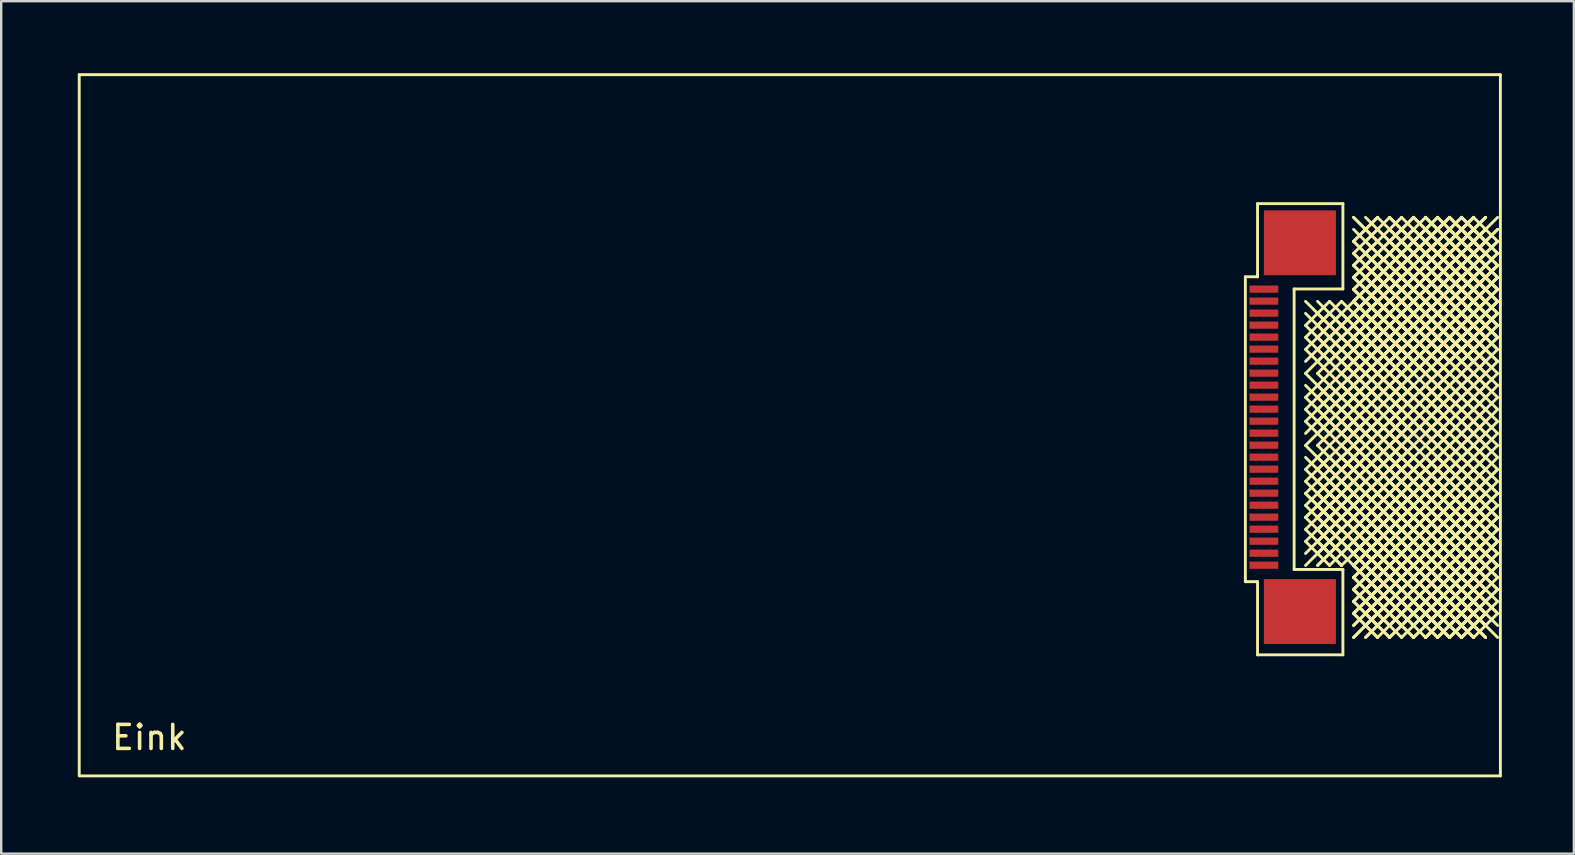
<source format=kicad_pcb>
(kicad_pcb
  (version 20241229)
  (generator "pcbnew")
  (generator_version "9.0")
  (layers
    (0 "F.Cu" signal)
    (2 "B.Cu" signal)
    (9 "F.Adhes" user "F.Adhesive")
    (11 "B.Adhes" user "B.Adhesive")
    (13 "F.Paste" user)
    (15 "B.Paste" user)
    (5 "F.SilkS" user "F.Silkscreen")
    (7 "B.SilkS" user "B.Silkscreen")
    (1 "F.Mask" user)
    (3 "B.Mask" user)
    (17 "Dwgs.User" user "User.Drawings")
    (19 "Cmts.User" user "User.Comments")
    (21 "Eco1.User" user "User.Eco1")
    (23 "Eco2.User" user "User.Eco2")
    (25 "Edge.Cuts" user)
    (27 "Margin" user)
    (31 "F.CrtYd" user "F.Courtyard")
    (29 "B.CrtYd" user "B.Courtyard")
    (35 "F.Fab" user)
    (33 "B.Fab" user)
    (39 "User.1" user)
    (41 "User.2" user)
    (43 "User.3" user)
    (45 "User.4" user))
  (footprint "Eink"
    (layer "F.Cu")
    (at 0.25 29.26)
    (property "Reference" "Eink" (at 2.92 -1.59 0) (layer "F.SilkS") (effects (font (size 1 1) (thickness 0.15))))
    (attr through_hole)
    (fp_line (start 0 -29.2) (end 59.2 -29.2) (stroke (width 0.12) (type solid)) (layer "F.SilkS"))
    (fp_line (start 0 0) (end 0 -29.2) (stroke (width 0.12) (type solid)) (layer "F.SilkS"))
    (fp_line (start 0 0.01) (end 59.2 0.01) (stroke (width 0.12) (type solid)) (layer "F.SilkS"))
    (fp_line (start 48.576 -20.78) (end 49.084 -20.78) (stroke (width 0.12) (type solid)) (layer "F.SilkS"))
    (fp_line (start 48.576 -8.08) (end 48.576 -20.78) (stroke (width 0.12) (type solid)) (layer "F.SilkS"))
    (fp_line (start 49.084 -23.828) (end 52.64 -23.828) (stroke (width 0.12) (type solid)) (layer "F.SilkS"))
    (fp_line (start 49.084 -20.78) (end 49.084 -23.828) (stroke (width 0.12) (type solid)) (layer "F.SilkS"))
    (fp_line (start 49.084 -8.08) (end 48.576 -8.08) (stroke (width 0.12) (type solid)) (layer "F.SilkS"))
    (fp_line (start 49.084 -5.032) (end 49.084 -8.08) (stroke (width 0.12) (type solid)) (layer "F.SilkS"))
    (fp_line (start 50.608 -20.272) (end 50.608 -8.588) (stroke (width 0.12) (type solid)) (layer "F.SilkS"))
    (fp_line (start 50.608 -8.588) (end 52.64 -8.588) (stroke (width 0.12) (type solid)) (layer "F.SilkS"))
    (fp_line (start 51.084 -19.756) (end 52.084 -18.756) (stroke (width 0.12) (type solid)) (layer "F.SilkS"))
    (fp_line (start 51.084 -19.256) (end 52.084 -18.256) (stroke (width 0.12) (type solid)) (layer "F.SilkS"))
    (fp_line (start 51.084 -18.756) (end 52.084 -19.756) (stroke (width 0.12) (type solid)) (layer "F.SilkS"))
    (fp_line (start 51.084 -18.756) (end 52.084 -17.756) (stroke (width 0.12) (type solid)) (layer "F.SilkS"))
    (fp_line (start 51.084 -18.256) (end 52.084 -19.256) (stroke (width 0.12) (type solid)) (layer "F.SilkS"))
    (fp_line (start 51.084 -18.256) (end 52.084 -17.256) (stroke (width 0.12) (type solid)) (layer "F.SilkS"))
    (fp_line (start 51.084 -17.756) (end 52.084 -18.756) (stroke (width 0.12) (type solid)) (layer "F.SilkS"))
    (fp_line (start 51.084 -17.756) (end 52.084 -16.756) (stroke (width 0.12) (type solid)) (layer "F.SilkS"))
    (fp_line (start 51.084 -17.256) (end 52.084 -18.256) (stroke (width 0.12) (type solid)) (layer "F.SilkS"))
    (fp_line (start 51.084 -16.756) (end 52.084 -17.756) (stroke (width 0.12) (type solid)) (layer "F.SilkS"))
    (fp_line (start 51.084 -16.756) (end 52.084 -15.756) (stroke (width 0.12) (type solid)) (layer "F.SilkS"))
    (fp_line (start 51.084 -16.256) (end 52.084 -15.256) (stroke (width 0.12) (type solid)) (layer "F.SilkS"))
    (fp_line (start 51.084 -15.756) (end 52.084 -16.756) (stroke (width 0.12) (type solid)) (layer "F.SilkS"))
    (fp_line (start 51.084 -15.756) (end 52.084 -14.756) (stroke (width 0.12) (type solid)) (layer "F.SilkS"))
    (fp_line (start 51.084 -15.256) (end 52.084 -16.256) (stroke (width 0.12) (type solid)) (layer "F.SilkS"))
    (fp_line (start 51.084 -15.256) (end 52.084 -14.256) (stroke (width 0.12) (type solid)) (layer "F.SilkS"))
    (fp_line (start 51.084 -14.756) (end 52.084 -15.756) (stroke (width 0.12) (type solid)) (layer "F.SilkS"))
    (fp_line (start 51.084 -14.756) (end 52.084 -13.756) (stroke (width 0.12) (type solid)) (layer "F.SilkS"))
    (fp_line (start 51.084 -14.256) (end 52.084 -15.256) (stroke (width 0.12) (type solid)) (layer "F.SilkS"))
    (fp_line (start 51.084 -13.756) (end 52.084 -14.756) (stroke (width 0.12) (type solid)) (layer "F.SilkS"))
    (fp_line (start 51.084 -13.756) (end 52.084 -12.756) (stroke (width 0.12) (type solid)) (layer "F.SilkS"))
    (fp_line (start 51.084 -13.256) (end 52.084 -12.256) (stroke (width 0.12) (type solid)) (layer "F.SilkS"))
    (fp_line (start 51.084 -12.756) (end 52.084 -13.756) (stroke (width 0.12) (type solid)) (layer "F.SilkS"))
    (fp_line (start 51.084 -12.756) (end 52.084 -11.756) (stroke (width 0.12) (type solid)) (layer "F.SilkS"))
    (fp_line (start 51.084 -12.256) (end 52.084 -13.256) (stroke (width 0.12) (type solid)) (layer "F.SilkS"))
    (fp_line (start 51.084 -12.256) (end 52.084 -11.256) (stroke (width 0.12) (type solid)) (layer "F.SilkS"))
    (fp_line (start 51.084 -11.756) (end 52.084 -12.756) (stroke (width 0.12) (type solid)) (layer "F.SilkS"))
    (fp_line (start 51.084 -11.756) (end 52.084 -10.756) (stroke (width 0.12) (type solid)) (layer "F.SilkS"))
    (fp_line (start 51.084 -11.756) (end 52.084 -10.756) (stroke (width 0.12) (type solid)) (layer "F.SilkS"))
    (fp_line (start 51.084 -11.256) (end 52.084 -12.256) (stroke (width 0.12) (type solid)) (layer "F.SilkS"))
    (fp_line (start 51.084 -11.256) (end 52.084 -10.256) (stroke (width 0.12) (type solid)) (layer "F.SilkS"))
    (fp_line (start 51.084 -10.756) (end 52.084 -11.756) (stroke (width 0.12) (type solid)) (layer "F.SilkS"))
    (fp_line (start 51.084 -10.756) (end 52.084 -11.756) (stroke (width 0.12) (type solid)) (layer "F.SilkS"))
    (fp_line (start 51.084 -10.756) (end 52.084 -9.756) (stroke (width 0.12) (type solid)) (layer "F.SilkS"))
    (fp_line (start 51.084 -10.256) (end 52.084 -11.256) (stroke (width 0.12) (type solid)) (layer "F.SilkS"))
    (fp_line (start 51.084 -10.256) (end 52.084 -9.256) (stroke (width 0.12) (type solid)) (layer "F.SilkS"))
    (fp_line (start 51.084 -9.756) (end 52.084 -10.756) (stroke (width 0.12) (type solid)) (layer "F.SilkS"))
    (fp_line (start 51.084 -9.756) (end 52.084 -8.756) (stroke (width 0.12) (type solid)) (layer "F.SilkS"))
    (fp_line (start 51.084 -9.256) (end 52.084 -10.256) (stroke (width 0.12) (type solid)) (layer "F.SilkS"))
    (fp_line (start 51.084 -8.756) (end 52.084 -9.756) (stroke (width 0.12) (type solid)) (layer "F.SilkS"))
    (fp_line (start 51.584 -19.756) (end 52.584 -18.756) (stroke (width 0.12) (type solid)) (layer "F.SilkS"))
    (fp_line (start 51.584 -19.256) (end 52.584 -18.256) (stroke (width 0.12) (type solid)) (layer "F.SilkS"))
    (fp_line (start 51.584 -18.756) (end 52.584 -19.756) (stroke (width 0.12) (type solid)) (layer "F.SilkS"))
    (fp_line (start 51.584 -18.756) (end 52.584 -17.756) (stroke (width 0.12) (type solid)) (layer "F.SilkS"))
    (fp_line (start 51.584 -18.256) (end 52.584 -19.256) (stroke (width 0.12) (type solid)) (layer "F.SilkS"))
    (fp_line (start 51.584 -18.256) (end 52.584 -17.256) (stroke (width 0.12) (type solid)) (layer "F.SilkS"))
    (fp_line (start 51.584 -17.756) (end 52.584 -18.756) (stroke (width 0.12) (type solid)) (layer "F.SilkS"))
    (fp_line (start 51.584 -17.756) (end 52.584 -16.756) (stroke (width 0.12) (type solid)) (layer "F.SilkS"))
    (fp_line (start 51.584 -17.256) (end 52.584 -18.256) (stroke (width 0.12) (type solid)) (layer "F.SilkS"))
    (fp_line (start 51.584 -16.756) (end 52.584 -17.756) (stroke (width 0.12) (type solid)) (layer "F.SilkS"))
    (fp_line (start 51.584 -16.756) (end 52.584 -15.756) (stroke (width 0.12) (type solid)) (layer "F.SilkS"))
    (fp_line (start 51.584 -16.256) (end 52.584 -15.256) (stroke (width 0.12) (type solid)) (layer "F.SilkS"))
    (fp_line (start 51.584 -15.756) (end 52.584 -16.756) (stroke (width 0.12) (type solid)) (layer "F.SilkS"))
    (fp_line (start 51.584 -15.756) (end 52.584 -14.756) (stroke (width 0.12) (type solid)) (layer "F.SilkS"))
    (fp_line (start 51.584 -15.256) (end 52.584 -16.256) (stroke (width 0.12) (type solid)) (layer "F.SilkS"))
    (fp_line (start 51.584 -15.256) (end 52.584 -14.256) (stroke (width 0.12) (type solid)) (layer "F.SilkS"))
    (fp_line (start 51.584 -14.756) (end 52.584 -15.756) (stroke (width 0.12) (type solid)) (layer "F.SilkS"))
    (fp_line (start 51.584 -14.756) (end 52.584 -13.756) (stroke (width 0.12) (type solid)) (layer "F.SilkS"))
    (fp_line (start 51.584 -14.256) (end 52.584 -15.256) (stroke (width 0.12) (type solid)) (layer "F.SilkS"))
    (fp_line (start 51.584 -13.756) (end 52.584 -14.756) (stroke (width 0.12) (type solid)) (layer "F.SilkS"))
    (fp_line (start 51.584 -13.756) (end 52.584 -12.756) (stroke (width 0.12) (type solid)) (layer "F.SilkS"))
    (fp_line (start 51.584 -13.256) (end 52.584 -12.256) (stroke (width 0.12) (type solid)) (layer "F.SilkS"))
    (fp_line (start 51.584 -12.756) (end 52.584 -13.756) (stroke (width 0.12) (type solid)) (layer "F.SilkS"))
    (fp_line (start 51.584 -12.756) (end 52.584 -11.756) (stroke (width 0.12) (type solid)) (layer "F.SilkS"))
    (fp_line (start 51.584 -12.256) (end 52.584 -13.256) (stroke (width 0.12) (type solid)) (layer "F.SilkS"))
    (fp_line (start 51.584 -12.256) (end 52.584 -11.256) (stroke (width 0.12) (type solid)) (layer "F.SilkS"))
    (fp_line (start 51.584 -12.256) (end 52.584 -11.256) (stroke (width 0.12) (type solid)) (layer "F.SilkS"))
    (fp_line (start 51.584 -11.756) (end 52.584 -12.756) (stroke (width 0.12) (type solid)) (layer "F.SilkS"))
    (fp_line (start 51.584 -11.756) (end 52.584 -10.756) (stroke (width 0.12) (type solid)) (layer "F.SilkS"))
    (fp_line (start 51.584 -11.756) (end 52.584 -10.756) (stroke (width 0.12) (type solid)) (layer "F.SilkS"))
    (fp_line (start 51.584 -11.756) (end 52.584 -10.756) (stroke (width 0.12) (type solid)) (layer "F.SilkS"))
    (fp_line (start 51.584 -11.256) (end 52.584 -12.256) (stroke (width 0.12) (type solid)) (layer "F.SilkS"))
    (fp_line (start 51.584 -11.256) (end 52.584 -12.256) (stroke (width 0.12) (type solid)) (layer "F.SilkS"))
    (fp_line (start 51.584 -11.256) (end 52.584 -10.256) (stroke (width 0.12) (type solid)) (layer "F.SilkS"))
    (fp_line (start 51.584 -11.256) (end 52.584 -10.256) (stroke (width 0.12) (type solid)) (layer "F.SilkS"))
    (fp_line (start 51.584 -10.756) (end 52.584 -11.756) (stroke (width 0.12) (type solid)) (layer "F.SilkS"))
    (fp_line (start 51.584 -10.756) (end 52.584 -11.756) (stroke (width 0.12) (type solid)) (layer "F.SilkS"))
    (fp_line (start 51.584 -10.756) (end 52.584 -11.756) (stroke (width 0.12) (type solid)) (layer "F.SilkS"))
    (fp_line (start 51.584 -10.756) (end 52.584 -9.756) (stroke (width 0.12) (type solid)) (layer "F.SilkS"))
    (fp_line (start 51.584 -10.756) (end 52.584 -9.756) (stroke (width 0.12) (type solid)) (layer "F.SilkS"))
    (fp_line (start 51.584 -10.256) (end 52.584 -11.256) (stroke (width 0.12) (type solid)) (layer "F.SilkS"))
    (fp_line (start 51.584 -10.256) (end 52.584 -11.256) (stroke (width 0.12) (type solid)) (layer "F.SilkS"))
    (fp_line (start 51.584 -10.256) (end 52.584 -9.256) (stroke (width 0.12) (type solid)) (layer "F.SilkS"))
    (fp_line (start 51.584 -10.256) (end 52.584 -9.256) (stroke (width 0.12) (type solid)) (layer "F.SilkS"))
    (fp_line (start 51.584 -9.756) (end 52.584 -10.756) (stroke (width 0.12) (type solid)) (layer "F.SilkS"))
    (fp_line (start 51.584 -9.756) (end 52.584 -10.756) (stroke (width 0.12) (type solid)) (layer "F.SilkS"))
    (fp_line (start 51.584 -9.756) (end 52.584 -8.756) (stroke (width 0.12) (type solid)) (layer "F.SilkS"))
    (fp_line (start 51.584 -9.756) (end 52.584 -8.756) (stroke (width 0.12) (type solid)) (layer "F.SilkS"))
    (fp_line (start 51.584 -9.256) (end 52.584 -10.256) (stroke (width 0.12) (type solid)) (layer "F.SilkS"))
    (fp_line (start 51.584 -9.256) (end 52.584 -10.256) (stroke (width 0.12) (type solid)) (layer "F.SilkS"))
    (fp_line (start 51.584 -8.756) (end 52.584 -9.756) (stroke (width 0.12) (type solid)) (layer "F.SilkS"))
    (fp_line (start 51.584 -8.756) (end 52.584 -9.756) (stroke (width 0.12) (type solid)) (layer "F.SilkS"))
    (fp_line (start 52.084 -19.756) (end 53.084 -18.756) (stroke (width 0.12) (type solid)) (layer "F.SilkS"))
    (fp_line (start 52.084 -19.256) (end 53.084 -18.256) (stroke (width 0.12) (type solid)) (layer "F.SilkS"))
    (fp_line (start 52.084 -18.756) (end 53.084 -19.756) (stroke (width 0.12) (type solid)) (layer "F.SilkS"))
    (fp_line (start 52.084 -18.756) (end 53.084 -17.756) (stroke (width 0.12) (type solid)) (layer "F.SilkS"))
    (fp_line (start 52.084 -18.256) (end 53.084 -19.256) (stroke (width 0.12) (type solid)) (layer "F.SilkS"))
    (fp_line (start 52.084 -18.256) (end 53.084 -17.256) (stroke (width 0.12) (type solid)) (layer "F.SilkS"))
    (fp_line (start 52.084 -17.756) (end 53.084 -18.756) (stroke (width 0.12) (type solid)) (layer "F.SilkS"))
    (fp_line (start 52.084 -17.756) (end 53.084 -16.756) (stroke (width 0.12) (type solid)) (layer "F.SilkS"))
    (fp_line (start 52.084 -17.256) (end 53.084 -18.256) (stroke (width 0.12) (type solid)) (layer "F.SilkS"))
    (fp_line (start 52.084 -16.756) (end 53.084 -17.756) (stroke (width 0.12) (type solid)) (layer "F.SilkS"))
    (fp_line (start 52.084 -16.756) (end 53.084 -15.756) (stroke (width 0.12) (type solid)) (layer "F.SilkS"))
    (fp_line (start 52.084 -16.256) (end 53.084 -15.256) (stroke (width 0.12) (type solid)) (layer "F.SilkS"))
    (fp_line (start 52.084 -15.756) (end 53.084 -16.756) (stroke (width 0.12) (type solid)) (layer "F.SilkS"))
    (fp_line (start 52.084 -15.756) (end 53.084 -14.756) (stroke (width 0.12) (type solid)) (layer "F.SilkS"))
    (fp_line (start 52.084 -15.256) (end 53.084 -16.256) (stroke (width 0.12) (type solid)) (layer "F.SilkS"))
    (fp_line (start 52.084 -15.256) (end 53.084 -14.256) (stroke (width 0.12) (type solid)) (layer "F.SilkS"))
    (fp_line (start 52.084 -14.756) (end 53.084 -15.756) (stroke (width 0.12) (type solid)) (layer "F.SilkS"))
    (fp_line (start 52.084 -14.756) (end 53.084 -13.756) (stroke (width 0.12) (type solid)) (layer "F.SilkS"))
    (fp_line (start 52.084 -14.256) (end 53.084 -15.256) (stroke (width 0.12) (type solid)) (layer "F.SilkS"))
    (fp_line (start 52.084 -13.756) (end 53.084 -14.756) (stroke (width 0.12) (type solid)) (layer "F.SilkS"))
    (fp_line (start 52.084 -13.756) (end 53.084 -12.756) (stroke (width 0.12) (type solid)) (layer "F.SilkS"))
    (fp_line (start 52.084 -13.256) (end 53.084 -12.256) (stroke (width 0.12) (type solid)) (layer "F.SilkS"))
    (fp_line (start 52.084 -12.756) (end 53.084 -13.756) (stroke (width 0.12) (type solid)) (layer "F.SilkS"))
    (fp_line (start 52.084 -12.756) (end 53.084 -11.756) (stroke (width 0.12) (type solid)) (layer "F.SilkS"))
    (fp_line (start 52.084 -12.256) (end 53.084 -13.256) (stroke (width 0.12) (type solid)) (layer "F.SilkS"))
    (fp_line (start 52.084 -12.256) (end 53.084 -11.256) (stroke (width 0.12) (type solid)) (layer "F.SilkS"))
    (fp_line (start 52.084 -12.256) (end 53.084 -11.256) (stroke (width 0.12) (type solid)) (layer "F.SilkS"))
    (fp_line (start 52.084 -11.756) (end 53.084 -12.756) (stroke (width 0.12) (type solid)) (layer "F.SilkS"))
    (fp_line (start 52.084 -11.756) (end 53.084 -10.756) (stroke (width 0.12) (type solid)) (layer "F.SilkS"))
    (fp_line (start 52.084 -11.756) (end 53.084 -10.756) (stroke (width 0.12) (type solid)) (layer "F.SilkS"))
    (fp_line (start 52.084 -11.256) (end 53.084 -12.256) (stroke (width 0.12) (type solid)) (layer "F.SilkS"))
    (fp_line (start 52.084 -11.256) (end 53.084 -12.256) (stroke (width 0.12) (type solid)) (layer "F.SilkS"))
    (fp_line (start 52.084 -11.256) (end 53.084 -10.256) (stroke (width 0.12) (type solid)) (layer "F.SilkS"))
    (fp_line (start 52.084 -10.756) (end 53.084 -11.756) (stroke (width 0.12) (type solid)) (layer "F.SilkS"))
    (fp_line (start 52.084 -10.756) (end 53.084 -11.756) (stroke (width 0.12) (type solid)) (layer "F.SilkS"))
    (fp_line (start 52.084 -10.756) (end 53.084 -9.756) (stroke (width 0.12) (type solid)) (layer "F.SilkS"))
    (fp_line (start 52.084 -10.256) (end 53.084 -11.256) (stroke (width 0.12) (type solid)) (layer "F.SilkS"))
    (fp_line (start 52.084 -10.256) (end 53.084 -9.256) (stroke (width 0.12) (type solid)) (layer "F.SilkS"))
    (fp_line (start 52.084 -9.756) (end 53.084 -10.756) (stroke (width 0.12) (type solid)) (layer "F.SilkS"))
    (fp_line (start 52.084 -9.756) (end 53.084 -8.756) (stroke (width 0.12) (type solid)) (layer "F.SilkS"))
    (fp_line (start 52.084 -9.256) (end 53.084 -10.256) (stroke (width 0.12) (type solid)) (layer "F.SilkS"))
    (fp_line (start 52.084 -8.756) (end 53.084 -9.756) (stroke (width 0.12) (type solid)) (layer "F.SilkS"))
    (fp_line (start 52.584 -19.756) (end 53.584 -18.756) (stroke (width 0.12) (type solid)) (layer "F.SilkS"))
    (fp_line (start 52.584 -19.256) (end 53.584 -18.256) (stroke (width 0.12) (type solid)) (layer "F.SilkS"))
    (fp_line (start 52.584 -18.756) (end 53.584 -19.756) (stroke (width 0.12) (type solid)) (layer "F.SilkS"))
    (fp_line (start 52.584 -18.756) (end 53.584 -17.756) (stroke (width 0.12) (type solid)) (layer "F.SilkS"))
    (fp_line (start 52.584 -18.256) (end 53.584 -19.256) (stroke (width 0.12) (type solid)) (layer "F.SilkS"))
    (fp_line (start 52.584 -18.256) (end 53.584 -17.256) (stroke (width 0.12) (type solid)) (layer "F.SilkS"))
    (fp_line (start 52.584 -18.256) (end 53.584 -17.256) (stroke (width 0.12) (type solid)) (layer "F.SilkS"))
    (fp_line (start 52.584 -17.756) (end 53.584 -18.756) (stroke (width 0.12) (type solid)) (layer "F.SilkS"))
    (fp_line (start 52.584 -17.756) (end 53.584 -16.756) (stroke (width 0.12) (type solid)) (layer "F.SilkS"))
    (fp_line (start 52.584 -17.756) (end 53.584 -16.756) (stroke (width 0.12) (type solid)) (layer "F.SilkS"))
    (fp_line (start 52.584 -17.256) (end 53.584 -18.256) (stroke (width 0.12) (type solid)) (layer "F.SilkS"))
    (fp_line (start 52.584 -17.256) (end 53.584 -18.256) (stroke (width 0.12) (type solid)) (layer "F.SilkS"))
    (fp_line (start 52.584 -17.256) (end 53.584 -16.256) (stroke (width 0.12) (type solid)) (layer "F.SilkS"))
    (fp_line (start 52.584 -16.756) (end 53.584 -17.756) (stroke (width 0.12) (type solid)) (layer "F.SilkS"))
    (fp_line (start 52.584 -16.756) (end 53.584 -17.756) (stroke (width 0.12) (type solid)) (layer "F.SilkS"))
    (fp_line (start 52.584 -16.756) (end 53.584 -15.756) (stroke (width 0.12) (type solid)) (layer "F.SilkS"))
    (fp_line (start 52.584 -16.756) (end 53.584 -15.756) (stroke (width 0.12) (type solid)) (layer "F.SilkS"))
    (fp_line (start 52.584 -16.256) (end 53.584 -17.256) (stroke (width 0.12) (type solid)) (layer "F.SilkS"))
    (fp_line (start 52.584 -16.256) (end 53.584 -15.256) (stroke (width 0.12) (type solid)) (layer "F.SilkS"))
    (fp_line (start 52.584 -16.256) (end 53.584 -15.256) (stroke (width 0.12) (type solid)) (layer "F.SilkS"))
    (fp_line (start 52.584 -15.756) (end 53.584 -16.756) (stroke (width 0.12) (type solid)) (layer "F.SilkS"))
    (fp_line (start 52.584 -15.756) (end 53.584 -16.756) (stroke (width 0.12) (type solid)) (layer "F.SilkS"))
    (fp_line (start 52.584 -15.756) (end 53.584 -14.756) (stroke (width 0.12) (type solid)) (layer "F.SilkS"))
    (fp_line (start 52.584 -15.256) (end 53.584 -16.256) (stroke (width 0.12) (type solid)) (layer "F.SilkS"))
    (fp_line (start 52.584 -15.256) (end 53.584 -16.256) (stroke (width 0.12) (type solid)) (layer "F.SilkS"))
    (fp_line (start 52.584 -15.256) (end 53.584 -14.256) (stroke (width 0.12) (type solid)) (layer "F.SilkS"))
    (fp_line (start 52.584 -15.256) (end 53.584 -14.256) (stroke (width 0.12) (type solid)) (layer "F.SilkS"))
    (fp_line (start 52.584 -14.756) (end 53.584 -15.756) (stroke (width 0.12) (type solid)) (layer "F.SilkS"))
    (fp_line (start 52.584 -14.756) (end 53.584 -13.756) (stroke (width 0.12) (type solid)) (layer "F.SilkS"))
    (fp_line (start 52.584 -14.756) (end 53.584 -13.756) (stroke (width 0.12) (type solid)) (layer "F.SilkS"))
    (fp_line (start 52.584 -14.256) (end 53.584 -15.256) (stroke (width 0.12) (type solid)) (layer "F.SilkS"))
    (fp_line (start 52.584 -14.256) (end 53.584 -15.256) (stroke (width 0.12) (type solid)) (layer "F.SilkS"))
    (fp_line (start 52.584 -14.256) (end 53.584 -13.256) (stroke (width 0.12) (type solid)) (layer "F.SilkS"))
    (fp_line (start 52.584 -13.756) (end 53.584 -14.756) (stroke (width 0.12) (type solid)) (layer "F.SilkS"))
    (fp_line (start 52.584 -13.756) (end 53.584 -14.756) (stroke (width 0.12) (type solid)) (layer "F.SilkS"))
    (fp_line (start 52.584 -13.756) (end 53.584 -12.756) (stroke (width 0.12) (type solid)) (layer "F.SilkS"))
    (fp_line (start 52.584 -13.756) (end 53.584 -12.756) (stroke (width 0.12) (type solid)) (layer "F.SilkS"))
    (fp_line (start 52.584 -13.256) (end 53.584 -14.256) (stroke (width 0.12) (type solid)) (layer "F.SilkS"))
    (fp_line (start 52.584 -13.256) (end 53.584 -12.256) (stroke (width 0.12) (type solid)) (layer "F.SilkS"))
    (fp_line (start 52.584 -13.256) (end 53.584 -12.256) (stroke (width 0.12) (type solid)) (layer "F.SilkS"))
    (fp_line (start 52.584 -12.756) (end 53.584 -13.756) (stroke (width 0.12) (type solid)) (layer "F.SilkS"))
    (fp_line (start 52.584 -12.756) (end 53.584 -13.756) (stroke (width 0.12) (type solid)) (layer "F.SilkS"))
    (fp_line (start 52.584 -12.756) (end 53.584 -11.756) (stroke (width 0.12) (type solid)) (layer "F.SilkS"))
    (fp_line (start 52.584 -12.256) (end 53.584 -13.256) (stroke (width 0.12) (type solid)) (layer "F.SilkS"))
    (fp_line (start 52.584 -12.256) (end 53.584 -13.256) (stroke (width 0.12) (type solid)) (layer "F.SilkS"))
    (fp_line (start 52.584 -12.256) (end 53.584 -11.256) (stroke (width 0.12) (type solid)) (layer "F.SilkS"))
    (fp_line (start 52.584 -12.256) (end 53.584 -11.256) (stroke (width 0.12) (type solid)) (layer "F.SilkS"))
    (fp_line (start 52.584 -11.756) (end 53.584 -12.756) (stroke (width 0.12) (type solid)) (layer "F.SilkS"))
    (fp_line (start 52.584 -11.756) (end 53.584 -10.756) (stroke (width 0.12) (type solid)) (layer "F.SilkS"))
    (fp_line (start 52.584 -11.756) (end 53.584 -10.756) (stroke (width 0.12) (type solid)) (layer "F.SilkS"))
    (fp_line (start 52.584 -11.256) (end 53.584 -12.256) (stroke (width 0.12) (type solid)) (layer "F.SilkS"))
    (fp_line (start 52.584 -11.256) (end 53.584 -12.256) (stroke (width 0.12) (type solid)) (layer "F.SilkS"))
    (fp_line (start 52.584 -11.256) (end 53.584 -10.256) (stroke (width 0.12) (type solid)) (layer "F.SilkS"))
    (fp_line (start 52.584 -10.756) (end 53.584 -11.756) (stroke (width 0.12) (type solid)) (layer "F.SilkS"))
    (fp_line (start 52.584 -10.756) (end 53.584 -11.756) (stroke (width 0.12) (type solid)) (layer "F.SilkS"))
    (fp_line (start 52.584 -10.756) (end 53.584 -9.756) (stroke (width 0.12) (type solid)) (layer "F.SilkS"))
    (fp_line (start 52.584 -10.256) (end 53.584 -11.256) (stroke (width 0.12) (type solid)) (layer "F.SilkS"))
    (fp_line (start 52.584 -10.256) (end 53.584 -9.256) (stroke (width 0.12) (type solid)) (layer "F.SilkS"))
    (fp_line (start 52.584 -9.756) (end 53.584 -10.756) (stroke (width 0.12) (type solid)) (layer "F.SilkS"))
    (fp_line (start 52.584 -9.756) (end 53.584 -8.756) (stroke (width 0.12) (type solid)) (layer "F.SilkS"))
    (fp_line (start 52.584 -9.256) (end 53.584 -10.256) (stroke (width 0.12) (type solid)) (layer "F.SilkS"))
    (fp_line (start 52.584 -8.756) (end 53.584 -9.756) (stroke (width 0.12) (type solid)) (layer "F.SilkS"))
    (fp_line (start 52.64 -23.828) (end 52.64 -20.272) (stroke (width 0.12) (type solid)) (layer "F.SilkS"))
    (fp_line (start 52.64 -20.272) (end 50.608 -20.272) (stroke (width 0.12) (type solid)) (layer "F.SilkS"))
    (fp_line (start 52.64 -8.588) (end 52.64 -5.032) (stroke (width 0.12) (type solid)) (layer "F.SilkS"))
    (fp_line (start 52.64 -5.032) (end 49.084 -5.032) (stroke (width 0.12) (type solid)) (layer "F.SilkS"))
    (fp_line (start 53.084 -23.256) (end 54.084 -22.256) (stroke (width 0.12) (type solid)) (layer "F.SilkS"))
    (fp_line (start 53.084 -23.256) (end 54.084 -22.256) (stroke (width 0.12) (type solid)) (layer "F.SilkS"))
    (fp_line (start 53.084 -22.756) (end 54.084 -21.756) (stroke (width 0.12) (type solid)) (layer "F.SilkS"))
    (fp_line (start 53.084 -22.256) (end 54.084 -23.256) (stroke (width 0.12) (type solid)) (layer "F.SilkS"))
    (fp_line (start 53.084 -22.256) (end 54.084 -23.256) (stroke (width 0.12) (type solid)) (layer "F.SilkS"))
    (fp_line (start 53.084 -22.256) (end 54.084 -21.256) (stroke (width 0.12) (type solid)) (layer "F.SilkS"))
    (fp_line (start 53.084 -22.256) (end 54.084 -21.256) (stroke (width 0.12) (type solid)) (layer "F.SilkS"))
    (fp_line (start 53.084 -21.756) (end 54.084 -22.756) (stroke (width 0.12) (type solid)) (layer "F.SilkS"))
    (fp_line (start 53.084 -21.756) (end 54.084 -20.756) (stroke (width 0.12) (type solid)) (layer "F.SilkS"))
    (fp_line (start 53.084 -21.756) (end 54.084 -20.756) (stroke (width 0.12) (type solid)) (layer "F.SilkS"))
    (fp_line (start 53.084 -21.256) (end 54.084 -22.256) (stroke (width 0.12) (type solid)) (layer "F.SilkS"))
    (fp_line (start 53.084 -21.256) (end 54.084 -22.256) (stroke (width 0.12) (type solid)) (layer "F.SilkS"))
    (fp_line (start 53.084 -21.256) (end 54.084 -20.256) (stroke (width 0.12) (type solid)) (layer "F.SilkS"))
    (fp_line (start 53.084 -21.256) (end 54.084 -20.256) (stroke (width 0.12) (type solid)) (layer "F.SilkS"))
    (fp_line (start 53.084 -20.756) (end 54.084 -21.756) (stroke (width 0.12) (type solid)) (layer "F.SilkS"))
    (fp_line (start 53.084 -20.756) (end 54.084 -21.756) (stroke (width 0.12) (type solid)) (layer "F.SilkS"))
    (fp_line (start 53.084 -20.756) (end 54.084 -19.756) (stroke (width 0.12) (type solid)) (layer "F.SilkS"))
    (fp_line (start 53.084 -20.756) (end 54.084 -19.756) (stroke (width 0.12) (type solid)) (layer "F.SilkS"))
    (fp_line (start 53.084 -20.756) (end 54.084 -19.756) (stroke (width 0.12) (type solid)) (layer "F.SilkS"))
    (fp_line (start 53.084 -20.256) (end 54.084 -21.256) (stroke (width 0.12) (type solid)) (layer "F.SilkS"))
    (fp_line (start 53.084 -20.256) (end 54.084 -21.256) (stroke (width 0.12) (type solid)) (layer "F.SilkS"))
    (fp_line (start 53.084 -20.256) (end 54.084 -19.256) (stroke (width 0.12) (type solid)) (layer "F.SilkS"))
    (fp_line (start 53.084 -20.256) (end 54.084 -19.256) (stroke (width 0.12) (type solid)) (layer "F.SilkS"))
    (fp_line (start 53.084 -20.256) (end 54.084 -19.256) (stroke (width 0.12) (type solid)) (layer "F.SilkS"))
    (fp_line (start 53.084 -19.756) (end 54.084 -20.756) (stroke (width 0.12) (type solid)) (layer "F.SilkS"))
    (fp_line (start 53.084 -19.756) (end 54.084 -20.756) (stroke (width 0.12) (type solid)) (layer "F.SilkS"))
    (fp_line (start 53.084 -19.756) (end 54.084 -20.756) (stroke (width 0.12) (type solid)) (layer "F.SilkS"))
    (fp_line (start 53.084 -19.756) (end 54.084 -18.756) (stroke (width 0.12) (type solid)) (layer "F.SilkS"))
    (fp_line (start 53.084 -19.756) (end 54.084 -18.756) (stroke (width 0.12) (type solid)) (layer "F.SilkS"))
    (fp_line (start 53.084 -19.756) (end 54.084 -18.756) (stroke (width 0.12) (type solid)) (layer "F.SilkS"))
    (fp_line (start 53.084 -19.756) (end 54.084 -18.756) (stroke (width 0.12) (type solid)) (layer "F.SilkS"))
    (fp_line (start 53.084 -19.256) (end 54.084 -20.256) (stroke (width 0.12) (type solid)) (layer "F.SilkS"))
    (fp_line (start 53.084 -19.256) (end 54.084 -20.256) (stroke (width 0.12) (type solid)) (layer "F.SilkS"))
    (fp_line (start 53.084 -19.256) (end 54.084 -20.256) (stroke (width 0.12) (type solid)) (layer "F.SilkS"))
    (fp_line (start 53.084 -19.256) (end 54.084 -18.256) (stroke (width 0.12) (type solid)) (layer "F.SilkS"))
    (fp_line (start 53.084 -19.256) (end 54.084 -18.256) (stroke (width 0.12) (type solid)) (layer "F.SilkS"))
    (fp_line (start 53.084 -19.256) (end 54.084 -18.256) (stroke (width 0.12) (type solid)) (layer "F.SilkS"))
    (fp_line (start 53.084 -19.256) (end 54.084 -18.256) (stroke (width 0.12) (type solid)) (layer "F.SilkS"))
    (fp_line (start 53.084 -19.256) (end 54.084 -18.256) (stroke (width 0.12) (type solid)) (layer "F.SilkS"))
    (fp_line (start 53.084 -18.756) (end 54.084 -19.756) (stroke (width 0.12) (type solid)) (layer "F.SilkS"))
    (fp_line (start 53.084 -18.756) (end 54.084 -19.756) (stroke (width 0.12) (type solid)) (layer "F.SilkS"))
    (fp_line (start 53.084 -18.756) (end 54.084 -19.756) (stroke (width 0.12) (type solid)) (layer "F.SilkS"))
    (fp_line (start 53.084 -18.756) (end 54.084 -19.756) (stroke (width 0.12) (type solid)) (layer "F.SilkS"))
    (fp_line (start 53.084 -18.756) (end 54.084 -17.756) (stroke (width 0.12) (type solid)) (layer "F.SilkS"))
    (fp_line (start 53.084 -18.756) (end 54.084 -17.756) (stroke (width 0.12) (type solid)) (layer "F.SilkS"))
    (fp_line (start 53.084 -18.756) (end 54.084 -17.756) (stroke (width 0.12) (type solid)) (layer "F.SilkS"))
    (fp_line (start 53.084 -18.756) (end 54.084 -17.756) (stroke (width 0.12) (type solid)) (layer "F.SilkS"))
    (fp_line (start 53.084 -18.256) (end 54.084 -19.256) (stroke (width 0.12) (type solid)) (layer "F.SilkS"))
    (fp_line (start 53.084 -18.256) (end 54.084 -19.256) (stroke (width 0.12) (type solid)) (layer "F.SilkS"))
    (fp_line (start 53.084 -18.256) (end 54.084 -19.256) (stroke (width 0.12) (type solid)) (layer "F.SilkS"))
    (fp_line (start 53.084 -18.256) (end 54.084 -19.256) (stroke (width 0.12) (type solid)) (layer "F.SilkS"))
    (fp_line (start 53.084 -18.256) (end 54.084 -19.256) (stroke (width 0.12) (type solid)) (layer "F.SilkS"))
    (fp_line (start 53.084 -18.256) (end 54.084 -17.256) (stroke (width 0.12) (type solid)) (layer "F.SilkS"))
    (fp_line (start 53.084 -18.256) (end 54.084 -17.256) (stroke (width 0.12) (type solid)) (layer "F.SilkS"))
    (fp_line (start 53.084 -18.256) (end 54.084 -17.256) (stroke (width 0.12) (type solid)) (layer "F.SilkS"))
    (fp_line (start 53.084 -18.256) (end 54.084 -17.256) (stroke (width 0.12) (type solid)) (layer "F.SilkS"))
    (fp_line (start 53.084 -17.756) (end 54.084 -18.756) (stroke (width 0.12) (type solid)) (layer "F.SilkS"))
    (fp_line (start 53.084 -17.756) (end 54.084 -18.756) (stroke (width 0.12) (type solid)) (layer "F.SilkS"))
    (fp_line (start 53.084 -17.756) (end 54.084 -18.756) (stroke (width 0.12) (type solid)) (layer "F.SilkS"))
    (fp_line (start 53.084 -17.756) (end 54.084 -18.756) (stroke (width 0.12) (type solid)) (layer "F.SilkS"))
    (fp_line (start 53.084 -17.756) (end 54.084 -16.756) (stroke (width 0.12) (type solid)) (layer "F.SilkS"))
    (fp_line (start 53.084 -17.756) (end 54.084 -16.756) (stroke (width 0.12) (type solid)) (layer "F.SilkS"))
    (fp_line (start 53.084 -17.756) (end 54.084 -16.756) (stroke (width 0.12) (type solid)) (layer "F.SilkS"))
    (fp_line (start 53.084 -17.256) (end 54.084 -18.256) (stroke (width 0.12) (type solid)) (layer "F.SilkS"))
    (fp_line (start 53.084 -17.256) (end 54.084 -18.256) (stroke (width 0.12) (type solid)) (layer "F.SilkS"))
    (fp_line (start 53.084 -17.256) (end 54.084 -18.256) (stroke (width 0.12) (type solid)) (layer "F.SilkS"))
    (fp_line (start 53.084 -17.256) (end 54.084 -18.256) (stroke (width 0.12) (type solid)) (layer "F.SilkS"))
    (fp_line (start 53.084 -17.256) (end 54.084 -16.256) (stroke (width 0.12) (type solid)) (layer "F.SilkS"))
    (fp_line (start 53.084 -16.756) (end 54.084 -17.756) (stroke (width 0.12) (type solid)) (layer "F.SilkS"))
    (fp_line (start 53.084 -16.756) (end 54.084 -17.756) (stroke (width 0.12) (type solid)) (layer "F.SilkS"))
    (fp_line (start 53.084 -16.756) (end 54.084 -17.756) (stroke (width 0.12) (type solid)) (layer "F.SilkS"))
    (fp_line (start 53.084 -16.756) (end 54.084 -15.756) (stroke (width 0.12) (type solid)) (layer "F.SilkS"))
    (fp_line (start 53.084 -16.756) (end 54.084 -15.756) (stroke (width 0.12) (type solid)) (layer "F.SilkS"))
    (fp_line (start 53.084 -16.256) (end 54.084 -17.256) (stroke (width 0.12) (type solid)) (layer "F.SilkS"))
    (fp_line (start 53.084 -16.256) (end 54.084 -15.256) (stroke (width 0.12) (type solid)) (layer "F.SilkS"))
    (fp_line (start 53.084 -16.256) (end 54.084 -15.256) (stroke (width 0.12) (type solid)) (layer "F.SilkS"))
    (fp_line (start 53.084 -15.756) (end 54.084 -16.756) (stroke (width 0.12) (type solid)) (layer "F.SilkS"))
    (fp_line (start 53.084 -15.756) (end 54.084 -16.756) (stroke (width 0.12) (type solid)) (layer "F.SilkS"))
    (fp_line (start 53.084 -15.756) (end 54.084 -14.756) (stroke (width 0.12) (type solid)) (layer "F.SilkS"))
    (fp_line (start 53.084 -15.256) (end 54.084 -16.256) (stroke (width 0.12) (type solid)) (layer "F.SilkS"))
    (fp_line (start 53.084 -15.256) (end 54.084 -16.256) (stroke (width 0.12) (type solid)) (layer "F.SilkS"))
    (fp_line (start 53.084 -15.256) (end 54.084 -14.256) (stroke (width 0.12) (type solid)) (layer "F.SilkS"))
    (fp_line (start 53.084 -15.256) (end 54.084 -14.256) (stroke (width 0.12) (type solid)) (layer "F.SilkS"))
    (fp_line (start 53.084 -14.756) (end 54.084 -15.756) (stroke (width 0.12) (type solid)) (layer "F.SilkS"))
    (fp_line (start 53.084 -14.756) (end 54.084 -13.756) (stroke (width 0.12) (type solid)) (layer "F.SilkS"))
    (fp_line (start 53.084 -14.756) (end 54.084 -13.756) (stroke (width 0.12) (type solid)) (layer "F.SilkS"))
    (fp_line (start 53.084 -14.256) (end 54.084 -15.256) (stroke (width 0.12) (type solid)) (layer "F.SilkS"))
    (fp_line (start 53.084 -14.256) (end 54.084 -15.256) (stroke (width 0.12) (type solid)) (layer "F.SilkS"))
    (fp_line (start 53.084 -14.256) (end 54.084 -13.256) (stroke (width 0.12) (type solid)) (layer "F.SilkS"))
    (fp_line (start 53.084 -13.756) (end 54.084 -14.756) (stroke (width 0.12) (type solid)) (layer "F.SilkS"))
    (fp_line (start 53.084 -13.756) (end 54.084 -14.756) (stroke (width 0.12) (type solid)) (layer "F.SilkS"))
    (fp_line (start 53.084 -13.756) (end 54.084 -12.756) (stroke (width 0.12) (type solid)) (layer "F.SilkS"))
    (fp_line (start 53.084 -13.756) (end 54.084 -12.756) (stroke (width 0.12) (type solid)) (layer "F.SilkS"))
    (fp_line (start 53.084 -13.256) (end 54.084 -14.256) (stroke (width 0.12) (type solid)) (layer "F.SilkS"))
    (fp_line (start 53.084 -13.256) (end 54.084 -12.256) (stroke (width 0.12) (type solid)) (layer "F.SilkS"))
    (fp_line (start 53.084 -13.256) (end 54.084 -12.256) (stroke (width 0.12) (type solid)) (layer "F.SilkS"))
    (fp_line (start 53.084 -12.756) (end 54.084 -13.756) (stroke (width 0.12) (type solid)) (layer "F.SilkS"))
    (fp_line (start 53.084 -12.756) (end 54.084 -13.756) (stroke (width 0.12) (type solid)) (layer "F.SilkS"))
    (fp_line (start 53.084 -12.756) (end 54.084 -11.756) (stroke (width 0.12) (type solid)) (layer "F.SilkS"))
    (fp_line (start 53.084 -12.256) (end 54.084 -13.256) (stroke (width 0.12) (type solid)) (layer "F.SilkS"))
    (fp_line (start 53.084 -12.256) (end 54.084 -13.256) (stroke (width 0.12) (type solid)) (layer "F.SilkS"))
    (fp_line (start 53.084 -12.256) (end 54.084 -11.256) (stroke (width 0.12) (type solid)) (layer "F.SilkS"))
    (fp_line (start 53.084 -12.256) (end 54.084 -11.256) (stroke (width 0.12) (type solid)) (layer "F.SilkS"))
    (fp_line (start 53.084 -11.756) (end 54.084 -12.756) (stroke (width 0.12) (type solid)) (layer "F.SilkS"))
    (fp_line (start 53.084 -11.756) (end 54.084 -10.756) (stroke (width 0.12) (type solid)) (layer "F.SilkS"))
    (fp_line (start 53.084 -11.756) (end 54.084 -10.756) (stroke (width 0.12) (type solid)) (layer "F.SilkS"))
    (fp_line (start 53.084 -11.756) (end 54.084 -10.756) (stroke (width 0.12) (type solid)) (layer "F.SilkS"))
    (fp_line (start 53.084 -11.756) (end 54.084 -10.756) (stroke (width 0.12) (type solid)) (layer "F.SilkS"))
    (fp_line (start 53.084 -11.256) (end 54.084 -12.256) (stroke (width 0.12) (type solid)) (layer "F.SilkS"))
    (fp_line (start 53.084 -11.256) (end 54.084 -12.256) (stroke (width 0.12) (type solid)) (layer "F.SilkS"))
    (fp_line (start 53.084 -11.256) (end 54.084 -10.256) (stroke (width 0.12) (type solid)) (layer "F.SilkS"))
    (fp_line (start 53.084 -11.256) (end 54.084 -10.256) (stroke (width 0.12) (type solid)) (layer "F.SilkS"))
    (fp_line (start 53.084 -10.756) (end 54.084 -11.756) (stroke (width 0.12) (type solid)) (layer "F.SilkS"))
    (fp_line (start 53.084 -10.756) (end 54.084 -11.756) (stroke (width 0.12) (type solid)) (layer "F.SilkS"))
    (fp_line (start 53.084 -10.756) (end 54.084 -11.756) (stroke (width 0.12) (type solid)) (layer "F.SilkS"))
    (fp_line (start 53.084 -10.756) (end 54.084 -11.756) (stroke (width 0.12) (type solid)) (layer "F.SilkS"))
    (fp_line (start 53.084 -10.756) (end 54.084 -9.756) (stroke (width 0.12) (type solid)) (layer "F.SilkS"))
    (fp_line (start 53.084 -10.756) (end 54.084 -9.756) (stroke (width 0.12) (type solid)) (layer "F.SilkS"))
    (fp_line (start 53.084 -10.756) (end 54.084 -9.756) (stroke (width 0.12) (type solid)) (layer "F.SilkS"))
    (fp_line (start 53.084 -10.756) (end 54.084 -9.756) (stroke (width 0.12) (type solid)) (layer "F.SilkS"))
    (fp_line (start 53.084 -10.256) (end 54.084 -11.256) (stroke (width 0.12) (type solid)) (layer "F.SilkS"))
    (fp_line (start 53.084 -10.256) (end 54.084 -11.256) (stroke (width 0.12) (type solid)) (layer "F.SilkS"))
    (fp_line (start 53.084 -10.256) (end 54.084 -9.256) (stroke (width 0.12) (type solid)) (layer "F.SilkS"))
    (fp_line (start 53.084 -10.256) (end 54.084 -9.256) (stroke (width 0.12) (type solid)) (layer "F.SilkS"))
    (fp_line (start 53.084 -10.256) (end 54.084 -9.256) (stroke (width 0.12) (type solid)) (layer "F.SilkS"))
    (fp_line (start 53.084 -10.256) (end 54.084 -9.256) (stroke (width 0.12) (type solid)) (layer "F.SilkS"))
    (fp_line (start 53.084 -9.756) (end 54.084 -10.756) (stroke (width 0.12) (type solid)) (layer "F.SilkS"))
    (fp_line (start 53.084 -9.756) (end 54.084 -10.756) (stroke (width 0.12) (type solid)) (layer "F.SilkS"))
    (fp_line (start 53.084 -9.756) (end 54.084 -10.756) (stroke (width 0.12) (type solid)) (layer "F.SilkS"))
    (fp_line (start 53.084 -9.756) (end 54.084 -10.756) (stroke (width 0.12) (type solid)) (layer "F.SilkS"))
    (fp_line (start 53.084 -9.756) (end 54.084 -8.756) (stroke (width 0.12) (type solid)) (layer "F.SilkS"))
    (fp_line (start 53.084 -9.756) (end 54.084 -8.756) (stroke (width 0.12) (type solid)) (layer "F.SilkS"))
    (fp_line (start 53.084 -9.756) (end 54.084 -8.756) (stroke (width 0.12) (type solid)) (layer "F.SilkS"))
    (fp_line (start 53.084 -9.756) (end 54.084 -8.756) (stroke (width 0.12) (type solid)) (layer "F.SilkS"))
    (fp_line (start 53.084 -9.256) (end 54.084 -10.256) (stroke (width 0.12) (type solid)) (layer "F.SilkS"))
    (fp_line (start 53.084 -9.256) (end 54.084 -10.256) (stroke (width 0.12) (type solid)) (layer "F.SilkS"))
    (fp_line (start 53.084 -9.256) (end 54.084 -10.256) (stroke (width 0.12) (type solid)) (layer "F.SilkS"))
    (fp_line (start 53.084 -9.256) (end 54.084 -10.256) (stroke (width 0.12) (type solid)) (layer "F.SilkS"))
    (fp_line (start 53.084 -9.256) (end 54.084 -8.256) (stroke (width 0.12) (type solid)) (layer "F.SilkS"))
    (fp_line (start 53.084 -9.256) (end 54.084 -8.256) (stroke (width 0.12) (type solid)) (layer "F.SilkS"))
    (fp_line (start 53.084 -9.256) (end 54.084 -8.256) (stroke (width 0.12) (type solid)) (layer "F.SilkS"))
    (fp_line (start 53.084 -8.756) (end 54.084 -9.756) (stroke (width 0.12) (type solid)) (layer "F.SilkS"))
    (fp_line (start 53.084 -8.756) (end 54.084 -9.756) (stroke (width 0.12) (type solid)) (layer "F.SilkS"))
    (fp_line (start 53.084 -8.756) (end 54.084 -9.756) (stroke (width 0.12) (type solid)) (layer "F.SilkS"))
    (fp_line (start 53.084 -8.756) (end 54.084 -9.756) (stroke (width 0.12) (type solid)) (layer "F.SilkS"))
    (fp_line (start 53.084 -8.756) (end 54.084 -7.756) (stroke (width 0.12) (type solid)) (layer "F.SilkS"))
    (fp_line (start 53.084 -8.756) (end 54.084 -7.756) (stroke (width 0.12) (type solid)) (layer "F.SilkS"))
    (fp_line (start 53.084 -8.756) (end 54.084 -7.756) (stroke (width 0.12) (type solid)) (layer "F.SilkS"))
    (fp_line (start 53.084 -8.256) (end 54.084 -9.256) (stroke (width 0.12) (type solid)) (layer "F.SilkS"))
    (fp_line (start 53.084 -8.256) (end 54.084 -9.256) (stroke (width 0.12) (type solid)) (layer "F.SilkS"))
    (fp_line (start 53.084 -8.256) (end 54.084 -9.256) (stroke (width 0.12) (type solid)) (layer "F.SilkS"))
    (fp_line (start 53.084 -8.256) (end 54.084 -7.256) (stroke (width 0.12) (type solid)) (layer "F.SilkS"))
    (fp_line (start 53.084 -8.256) (end 54.084 -7.256) (stroke (width 0.12) (type solid)) (layer "F.SilkS"))
    (fp_line (start 53.084 -7.756) (end 54.084 -8.756) (stroke (width 0.12) (type solid)) (layer "F.SilkS"))
    (fp_line (start 53.084 -7.756) (end 54.084 -8.756) (stroke (width 0.12) (type solid)) (layer "F.SilkS"))
    (fp_line (start 53.084 -7.756) (end 54.084 -8.756) (stroke (width 0.12) (type solid)) (layer "F.SilkS"))
    (fp_line (start 53.084 -7.756) (end 54.084 -6.756) (stroke (width 0.12) (type solid)) (layer "F.SilkS"))
    (fp_line (start 53.084 -7.756) (end 54.084 -6.756) (stroke (width 0.12) (type solid)) (layer "F.SilkS"))
    (fp_line (start 53.084 -7.756) (end 54.084 -6.756) (stroke (width 0.12) (type solid)) (layer "F.SilkS"))
    (fp_line (start 53.084 -7.256) (end 54.084 -8.256) (stroke (width 0.12) (type solid)) (layer "F.SilkS"))
    (fp_line (start 53.084 -7.256) (end 54.084 -8.256) (stroke (width 0.12) (type solid)) (layer "F.SilkS"))
    (fp_line (start 53.084 -7.256) (end 54.084 -6.256) (stroke (width 0.12) (type solid)) (layer "F.SilkS"))
    (fp_line (start 53.084 -7.256) (end 54.084 -6.256) (stroke (width 0.12) (type solid)) (layer "F.SilkS"))
    (fp_line (start 53.084 -6.756) (end 54.084 -7.756) (stroke (width 0.12) (type solid)) (layer "F.SilkS"))
    (fp_line (start 53.084 -6.756) (end 54.084 -7.756) (stroke (width 0.12) (type solid)) (layer "F.SilkS"))
    (fp_line (start 53.084 -6.756) (end 54.084 -7.756) (stroke (width 0.12) (type solid)) (layer "F.SilkS"))
    (fp_line (start 53.084 -6.756) (end 54.084 -5.756) (stroke (width 0.12) (type solid)) (layer "F.SilkS"))
    (fp_line (start 53.084 -6.756) (end 54.084 -5.756) (stroke (width 0.12) (type solid)) (layer "F.SilkS"))
    (fp_line (start 53.084 -6.256) (end 54.084 -7.256) (stroke (width 0.12) (type solid)) (layer "F.SilkS"))
    (fp_line (start 53.084 -6.256) (end 54.084 -7.256) (stroke (width 0.12) (type solid)) (layer "F.SilkS"))
    (fp_line (start 53.084 -5.756) (end 54.084 -6.756) (stroke (width 0.12) (type solid)) (layer "F.SilkS"))
    (fp_line (start 53.084 -5.756) (end 54.084 -6.756) (stroke (width 0.12) (type solid)) (layer "F.SilkS"))
    (fp_line (start 53.584 -23.256) (end 54.584 -22.256) (stroke (width 0.12) (type solid)) (layer "F.SilkS"))
    (fp_line (start 53.584 -22.256) (end 54.584 -23.256) (stroke (width 0.12) (type solid)) (layer "F.SilkS"))
    (fp_line (start 53.584 -22.256) (end 54.584 -21.256) (stroke (width 0.12) (type solid)) (layer "F.SilkS"))
    (fp_line (start 53.584 -21.756) (end 54.584 -20.756) (stroke (width 0.12) (type solid)) (layer "F.SilkS"))
    (fp_line (start 53.584 -21.256) (end 54.584 -22.256) (stroke (width 0.12) (type solid)) (layer "F.SilkS"))
    (fp_line (start 53.584 -21.256) (end 54.584 -20.256) (stroke (width 0.12) (type solid)) (layer "F.SilkS"))
    (fp_line (start 53.584 -21.256) (end 54.584 -20.256) (stroke (width 0.12) (type solid)) (layer "F.SilkS"))
    (fp_line (start 53.584 -20.756) (end 54.584 -21.756) (stroke (width 0.12) (type solid)) (layer "F.SilkS"))
    (fp_line (start 53.584 -20.756) (end 54.584 -19.756) (stroke (width 0.12) (type solid)) (layer "F.SilkS"))
    (fp_line (start 53.584 -20.756) (end 54.584 -19.756) (stroke (width 0.12) (type solid)) (layer "F.SilkS"))
    (fp_line (start 53.584 -20.756) (end 54.584 -19.756) (stroke (width 0.12) (type solid)) (layer "F.SilkS"))
    (fp_line (start 53.584 -20.256) (end 54.584 -21.256) (stroke (width 0.12) (type solid)) (layer "F.SilkS"))
    (fp_line (start 53.584 -20.256) (end 54.584 -21.256) (stroke (width 0.12) (type solid)) (layer "F.SilkS"))
    (fp_line (start 53.584 -20.256) (end 54.584 -19.256) (stroke (width 0.12) (type solid)) (layer "F.SilkS"))
    (fp_line (start 53.584 -20.256) (end 54.584 -19.256) (stroke (width 0.12) (type solid)) (layer "F.SilkS"))
    (fp_line (start 53.584 -20.256) (end 54.584 -19.256) (stroke (width 0.12) (type solid)) (layer "F.SilkS"))
    (fp_line (start 53.584 -19.756) (end 54.584 -20.756) (stroke (width 0.12) (type solid)) (layer "F.SilkS"))
    (fp_line (start 53.584 -19.756) (end 54.584 -20.756) (stroke (width 0.12) (type solid)) (layer "F.SilkS"))
    (fp_line (start 53.584 -19.756) (end 54.584 -20.756) (stroke (width 0.12) (type solid)) (layer "F.SilkS"))
    (fp_line (start 53.584 -19.756) (end 54.584 -18.756) (stroke (width 0.12) (type solid)) (layer "F.SilkS"))
    (fp_line (start 53.584 -19.756) (end 54.584 -18.756) (stroke (width 0.12) (type solid)) (layer "F.SilkS"))
    (fp_line (start 53.584 -19.756) (end 54.584 -18.756) (stroke (width 0.12) (type solid)) (layer "F.SilkS"))
    (fp_line (start 53.584 -19.256) (end 54.584 -20.256) (stroke (width 0.12) (type solid)) (layer "F.SilkS"))
    (fp_line (start 53.584 -19.256) (end 54.584 -20.256) (stroke (width 0.12) (type solid)) (layer "F.SilkS"))
    (fp_line (start 53.584 -19.256) (end 54.584 -20.256) (stroke (width 0.12) (type solid)) (layer "F.SilkS"))
    (fp_line (start 53.584 -19.256) (end 54.584 -18.256) (stroke (width 0.12) (type solid)) (layer "F.SilkS"))
    (fp_line (start 53.584 -19.256) (end 54.584 -18.256) (stroke (width 0.12) (type solid)) (layer "F.SilkS"))
    (fp_line (start 53.584 -19.256) (end 54.584 -18.256) (stroke (width 0.12) (type solid)) (layer "F.SilkS"))
    (fp_line (start 53.584 -19.256) (end 54.584 -18.256) (stroke (width 0.12) (type solid)) (layer "F.SilkS"))
    (fp_line (start 53.584 -18.756) (end 54.584 -19.756) (stroke (width 0.12) (type solid)) (layer "F.SilkS"))
    (fp_line (start 53.584 -18.756) (end 54.584 -19.756) (stroke (width 0.12) (type solid)) (layer "F.SilkS"))
    (fp_line (start 53.584 -18.756) (end 54.584 -19.756) (stroke (width 0.12) (type solid)) (layer "F.SilkS"))
    (fp_line (start 53.584 -18.756) (end 54.584 -17.756) (stroke (width 0.12) (type solid)) (layer "F.SilkS"))
    (fp_line (start 53.584 -18.756) (end 54.584 -17.756) (stroke (width 0.12) (type solid)) (layer "F.SilkS"))
    (fp_line (start 53.584 -18.756) (end 54.584 -17.756) (stroke (width 0.12) (type solid)) (layer "F.SilkS"))
    (fp_line (start 53.584 -18.256) (end 54.584 -19.256) (stroke (width 0.12) (type solid)) (layer "F.SilkS"))
    (fp_line (start 53.584 -18.256) (end 54.584 -19.256) (stroke (width 0.12) (type solid)) (layer "F.SilkS"))
    (fp_line (start 53.584 -18.256) (end 54.584 -19.256) (stroke (width 0.12) (type solid)) (layer "F.SilkS"))
    (fp_line (start 53.584 -18.256) (end 54.584 -19.256) (stroke (width 0.12) (type solid)) (layer "F.SilkS"))
    (fp_line (start 53.584 -18.256) (end 54.584 -17.256) (stroke (width 0.12) (type solid)) (layer "F.SilkS"))
    (fp_line (start 53.584 -18.256) (end 54.584 -17.256) (stroke (width 0.12) (type solid)) (layer "F.SilkS"))
    (fp_line (start 53.584 -18.256) (end 54.584 -17.256) (stroke (width 0.12) (type solid)) (layer "F.SilkS"))
    (fp_line (start 53.584 -17.756) (end 54.584 -18.756) (stroke (width 0.12) (type solid)) (layer "F.SilkS"))
    (fp_line (start 53.584 -17.756) (end 54.584 -18.756) (stroke (width 0.12) (type solid)) (layer "F.SilkS"))
    (fp_line (start 53.584 -17.756) (end 54.584 -18.756) (stroke (width 0.12) (type solid)) (layer "F.SilkS"))
    (fp_line (start 53.584 -17.756) (end 54.584 -16.756) (stroke (width 0.12) (type solid)) (layer "F.SilkS"))
    (fp_line (start 53.584 -17.756) (end 54.584 -16.756) (stroke (width 0.12) (type solid)) (layer "F.SilkS"))
    (fp_line (start 53.584 -17.256) (end 54.584 -18.256) (stroke (width 0.12) (type solid)) (layer "F.SilkS"))
    (fp_line (start 53.584 -17.256) (end 54.584 -18.256) (stroke (width 0.12) (type solid)) (layer "F.SilkS"))
    (fp_line (start 53.584 -17.256) (end 54.584 -18.256) (stroke (width 0.12) (type solid)) (layer "F.SilkS"))
    (fp_line (start 53.584 -17.256) (end 54.584 -16.256) (stroke (width 0.12) (type solid)) (layer "F.SilkS"))
    (fp_line (start 53.584 -16.756) (end 54.584 -17.756) (stroke (width 0.12) (type solid)) (layer "F.SilkS"))
    (fp_line (start 53.584 -16.756) (end 54.584 -17.756) (stroke (width 0.12) (type solid)) (layer "F.SilkS"))
    (fp_line (start 53.584 -16.756) (end 54.584 -15.756) (stroke (width 0.12) (type solid)) (layer "F.SilkS"))
    (fp_line (start 53.584 -16.256) (end 54.584 -17.256) (stroke (width 0.12) (type solid)) (layer "F.SilkS"))
    (fp_line (start 53.584 -16.256) (end 54.584 -15.256) (stroke (width 0.12) (type solid)) (layer "F.SilkS"))
    (fp_line (start 53.584 -15.756) (end 54.584 -16.756) (stroke (width 0.12) (type solid)) (layer "F.SilkS"))
    (fp_line (start 53.584 -15.256) (end 54.584 -16.256) (stroke (width 0.12) (type solid)) (layer "F.SilkS"))
    (fp_line (start 53.584 -15.256) (end 54.584 -14.256) (stroke (width 0.12) (type solid)) (layer "F.SilkS"))
    (fp_line (start 53.584 -14.756) (end 54.584 -13.756) (stroke (width 0.12) (type solid)) (layer "F.SilkS"))
    (fp_line (start 53.584 -14.256) (end 54.584 -15.256) (stroke (width 0.12) (type solid)) (layer "F.SilkS"))
    (fp_line (start 53.584 -14.256) (end 54.584 -13.256) (stroke (width 0.12) (type solid)) (layer "F.SilkS"))
    (fp_line (start 53.584 -13.756) (end 54.584 -14.756) (stroke (width 0.12) (type solid)) (layer "F.SilkS"))
    (fp_line (start 53.584 -13.756) (end 54.584 -12.756) (stroke (width 0.12) (type solid)) (layer "F.SilkS"))
    (fp_line (start 53.584 -13.256) (end 54.584 -14.256) (stroke (width 0.12) (type solid)) (layer "F.SilkS"))
    (fp_line (start 53.584 -13.256) (end 54.584 -12.256) (stroke (width 0.12) (type solid)) (layer "F.SilkS"))
    (fp_line (start 53.584 -12.756) (end 54.584 -13.756) (stroke (width 0.12) (type solid)) (layer "F.SilkS"))
    (fp_line (start 53.584 -12.756) (end 54.584 -11.756) (stroke (width 0.12) (type solid)) (layer "F.SilkS"))
    (fp_line (start 53.584 -12.256) (end 54.584 -13.256) (stroke (width 0.12) (type solid)) (layer "F.SilkS"))
    (fp_line (start 53.584 -12.256) (end 54.584 -11.256) (stroke (width 0.12) (type solid)) (layer "F.SilkS"))
    (fp_line (start 53.584 -11.756) (end 54.584 -12.756) (stroke (width 0.12) (type solid)) (layer "F.SilkS"))
    (fp_line (start 53.584 -11.756) (end 54.584 -10.756) (stroke (width 0.12) (type solid)) (layer "F.SilkS"))
    (fp_line (start 53.584 -11.756) (end 54.584 -10.756) (stroke (width 0.12) (type solid)) (layer "F.SilkS"))
    (fp_line (start 53.584 -11.256) (end 54.584 -12.256) (stroke (width 0.12) (type solid)) (layer "F.SilkS"))
    (fp_line (start 53.584 -11.256) (end 54.584 -10.256) (stroke (width 0.12) (type solid)) (layer "F.SilkS"))
    (fp_line (start 53.584 -11.256) (end 54.584 -10.256) (stroke (width 0.12) (type solid)) (layer "F.SilkS"))
    (fp_line (start 53.584 -10.756) (end 54.584 -11.756) (stroke (width 0.12) (type solid)) (layer "F.SilkS"))
    (fp_line (start 53.584 -10.756) (end 54.584 -11.756) (stroke (width 0.12) (type solid)) (layer "F.SilkS"))
    (fp_line (start 53.584 -10.756) (end 54.584 -9.756) (stroke (width 0.12) (type solid)) (layer "F.SilkS"))
    (fp_line (start 53.584 -10.756) (end 54.584 -9.756) (stroke (width 0.12) (type solid)) (layer "F.SilkS"))
    (fp_line (start 53.584 -10.756) (end 54.584 -9.756) (stroke (width 0.12) (type solid)) (layer "F.SilkS"))
    (fp_line (start 53.584 -10.756) (end 54.584 -9.756) (stroke (width 0.12) (type solid)) (layer "F.SilkS"))
    (fp_line (start 53.584 -10.256) (end 54.584 -11.256) (stroke (width 0.12) (type solid)) (layer "F.SilkS"))
    (fp_line (start 53.584 -10.256) (end 54.584 -11.256) (stroke (width 0.12) (type solid)) (layer "F.SilkS"))
    (fp_line (start 53.584 -10.256) (end 54.584 -9.256) (stroke (width 0.12) (type solid)) (layer "F.SilkS"))
    (fp_line (start 53.584 -10.256) (end 54.584 -9.256) (stroke (width 0.12) (type solid)) (layer "F.SilkS"))
    (fp_line (start 53.584 -10.256) (end 54.584 -9.256) (stroke (width 0.12) (type solid)) (layer "F.SilkS"))
    (fp_line (start 53.584 -9.756) (end 54.584 -10.756) (stroke (width 0.12) (type solid)) (layer "F.SilkS"))
    (fp_line (start 53.584 -9.756) (end 54.584 -10.756) (stroke (width 0.12) (type solid)) (layer "F.SilkS"))
    (fp_line (start 53.584 -9.756) (end 54.584 -10.756) (stroke (width 0.12) (type solid)) (layer "F.SilkS"))
    (fp_line (start 53.584 -9.756) (end 54.584 -10.756) (stroke (width 0.12) (type solid)) (layer "F.SilkS"))
    (fp_line (start 53.584 -9.756) (end 54.584 -8.756) (stroke (width 0.12) (type solid)) (layer "F.SilkS"))
    (fp_line (start 53.584 -9.756) (end 54.584 -8.756) (stroke (width 0.12) (type solid)) (layer "F.SilkS"))
    (fp_line (start 53.584 -9.756) (end 54.584 -8.756) (stroke (width 0.12) (type solid)) (layer "F.SilkS"))
    (fp_line (start 53.584 -9.756) (end 54.584 -8.756) (stroke (width 0.12) (type solid)) (layer "F.SilkS"))
    (fp_line (start 53.584 -9.256) (end 54.584 -10.256) (stroke (width 0.12) (type solid)) (layer "F.SilkS"))
    (fp_line (start 53.584 -9.256) (end 54.584 -10.256) (stroke (width 0.12) (type solid)) (layer "F.SilkS"))
    (fp_line (start 53.584 -9.256) (end 54.584 -10.256) (stroke (width 0.12) (type solid)) (layer "F.SilkS"))
    (fp_line (start 53.584 -9.256) (end 54.584 -8.256) (stroke (width 0.12) (type solid)) (layer "F.SilkS"))
    (fp_line (start 53.584 -9.256) (end 54.584 -8.256) (stroke (width 0.12) (type solid)) (layer "F.SilkS"))
    (fp_line (start 53.584 -9.256) (end 54.584 -8.256) (stroke (width 0.12) (type solid)) (layer "F.SilkS"))
    (fp_line (start 53.584 -9.256) (end 54.584 -8.256) (stroke (width 0.12) (type solid)) (layer "F.SilkS"))
    (fp_line (start 53.584 -8.756) (end 54.584 -9.756) (stroke (width 0.12) (type solid)) (layer "F.SilkS"))
    (fp_line (start 53.584 -8.756) (end 54.584 -9.756) (stroke (width 0.12) (type solid)) (layer "F.SilkS"))
    (fp_line (start 53.584 -8.756) (end 54.584 -9.756) (stroke (width 0.12) (type solid)) (layer "F.SilkS"))
    (fp_line (start 53.584 -8.756) (end 54.584 -9.756) (stroke (width 0.12) (type solid)) (layer "F.SilkS"))
    (fp_line (start 53.584 -8.756) (end 54.584 -7.756) (stroke (width 0.12) (type solid)) (layer "F.SilkS"))
    (fp_line (start 53.584 -8.756) (end 54.584 -7.756) (stroke (width 0.12) (type solid)) (layer "F.SilkS"))
    (fp_line (start 53.584 -8.756) (end 54.584 -7.756) (stroke (width 0.12) (type solid)) (layer "F.SilkS"))
    (fp_line (start 53.584 -8.756) (end 54.584 -7.756) (stroke (width 0.12) (type solid)) (layer "F.SilkS"))
    (fp_line (start 53.584 -8.256) (end 54.584 -9.256) (stroke (width 0.12) (type solid)) (layer "F.SilkS"))
    (fp_line (start 53.584 -8.256) (end 54.584 -9.256) (stroke (width 0.12) (type solid)) (layer "F.SilkS"))
    (fp_line (start 53.584 -8.256) (end 54.584 -9.256) (stroke (width 0.12) (type solid)) (layer "F.SilkS"))
    (fp_line (start 53.584 -8.256) (end 54.584 -9.256) (stroke (width 0.12) (type solid)) (layer "F.SilkS"))
    (fp_line (start 53.584 -8.256) (end 54.584 -7.256) (stroke (width 0.12) (type solid)) (layer "F.SilkS"))
    (fp_line (start 53.584 -8.256) (end 54.584 -7.256) (stroke (width 0.12) (type solid)) (layer "F.SilkS"))
    (fp_line (start 53.584 -7.756) (end 54.584 -8.756) (stroke (width 0.12) (type solid)) (layer "F.SilkS"))
    (fp_line (start 53.584 -7.756) (end 54.584 -8.756) (stroke (width 0.12) (type solid)) (layer "F.SilkS"))
    (fp_line (start 53.584 -7.756) (end 54.584 -8.756) (stroke (width 0.12) (type solid)) (layer "F.SilkS"))
    (fp_line (start 53.584 -7.756) (end 54.584 -8.756) (stroke (width 0.12) (type solid)) (layer "F.SilkS"))
    (fp_line (start 53.584 -7.756) (end 54.584 -6.756) (stroke (width 0.12) (type solid)) (layer "F.SilkS"))
    (fp_line (start 53.584 -7.756) (end 54.584 -6.756) (stroke (width 0.12) (type solid)) (layer "F.SilkS"))
    (fp_line (start 53.584 -7.756) (end 54.584 -6.756) (stroke (width 0.12) (type solid)) (layer "F.SilkS"))
    (fp_line (start 53.584 -7.256) (end 54.584 -8.256) (stroke (width 0.12) (type solid)) (layer "F.SilkS"))
    (fp_line (start 53.584 -7.256) (end 54.584 -8.256) (stroke (width 0.12) (type solid)) (layer "F.SilkS"))
    (fp_line (start 53.584 -7.256) (end 54.584 -6.256) (stroke (width 0.12) (type solid)) (layer "F.SilkS"))
    (fp_line (start 53.584 -7.256) (end 54.584 -6.256) (stroke (width 0.12) (type solid)) (layer "F.SilkS"))
    (fp_line (start 53.584 -6.756) (end 54.584 -7.756) (stroke (width 0.12) (type solid)) (layer "F.SilkS"))
    (fp_line (start 53.584 -6.756) (end 54.584 -7.756) (stroke (width 0.12) (type solid)) (layer "F.SilkS"))
    (fp_line (start 53.584 -6.756) (end 54.584 -7.756) (stroke (width 0.12) (type solid)) (layer "F.SilkS"))
    (fp_line (start 53.584 -6.756) (end 54.584 -5.756) (stroke (width 0.12) (type solid)) (layer "F.SilkS"))
    (fp_line (start 53.584 -6.756) (end 54.584 -5.756) (stroke (width 0.12) (type solid)) (layer "F.SilkS"))
    (fp_line (start 53.584 -6.256) (end 54.584 -7.256) (stroke (width 0.12) (type solid)) (layer "F.SilkS"))
    (fp_line (start 53.584 -6.256) (end 54.584 -7.256) (stroke (width 0.12) (type solid)) (layer "F.SilkS"))
    (fp_line (start 53.584 -5.756) (end 54.584 -6.756) (stroke (width 0.12) (type solid)) (layer "F.SilkS"))
    (fp_line (start 53.584 -5.756) (end 54.584 -6.756) (stroke (width 0.12) (type solid)) (layer "F.SilkS"))
    (fp_line (start 54.084 -23.256) (end 55.084 -22.256) (stroke (width 0.12) (type solid)) (layer "F.SilkS"))
    (fp_line (start 54.084 -22.756) (end 55.084 -21.756) (stroke (width 0.12) (type solid)) (layer "F.SilkS"))
    (fp_line (start 54.084 -22.256) (end 55.084 -23.256) (stroke (width 0.12) (type solid)) (layer "F.SilkS"))
    (fp_line (start 54.084 -22.256) (end 55.084 -21.256) (stroke (width 0.12) (type solid)) (layer "F.SilkS"))
    (fp_line (start 54.084 -22.256) (end 55.084 -21.256) (stroke (width 0.12) (type solid)) (layer "F.SilkS"))
    (fp_line (start 54.084 -21.756) (end 55.084 -22.756) (stroke (width 0.12) (type solid)) (layer "F.SilkS"))
    (fp_line (start 54.084 -21.756) (end 55.084 -20.756) (stroke (width 0.12) (type solid)) (layer "F.SilkS"))
    (fp_line (start 54.084 -21.756) (end 55.084 -20.756) (stroke (width 0.12) (type solid)) (layer "F.SilkS"))
    (fp_line (start 54.084 -21.256) (end 55.084 -22.256) (stroke (width 0.12) (type solid)) (layer "F.SilkS"))
    (fp_line (start 54.084 -21.256) (end 55.084 -22.256) (stroke (width 0.12) (type solid)) (layer "F.SilkS"))
    (fp_line (start 54.084 -21.256) (end 55.084 -20.256) (stroke (width 0.12) (type solid)) (layer "F.SilkS"))
    (fp_line (start 54.084 -21.256) (end 55.084 -20.256) (stroke (width 0.12) (type solid)) (layer "F.SilkS"))
    (fp_line (start 54.084 -21.256) (end 55.084 -20.256) (stroke (width 0.12) (type solid)) (layer "F.SilkS"))
    (fp_line (start 54.084 -20.756) (end 55.084 -21.756) (stroke (width 0.12) (type solid)) (layer "F.SilkS"))
    (fp_line (start 54.084 -20.756) (end 55.084 -21.756) (stroke (width 0.12) (type solid)) (layer "F.SilkS"))
    (fp_line (start 54.084 -20.756) (end 55.084 -19.756) (stroke (width 0.12) (type solid)) (layer "F.SilkS"))
    (fp_line (start 54.084 -20.756) (end 55.084 -19.756) (stroke (width 0.12) (type solid)) (layer "F.SilkS"))
    (fp_line (start 54.084 -20.756) (end 55.084 -19.756) (stroke (width 0.12) (type solid)) (layer "F.SilkS"))
    (fp_line (start 54.084 -20.756) (end 55.084 -19.756) (stroke (width 0.12) (type solid)) (layer "F.SilkS"))
    (fp_line (start 54.084 -20.256) (end 55.084 -21.256) (stroke (width 0.12) (type solid)) (layer "F.SilkS"))
    (fp_line (start 54.084 -20.256) (end 55.084 -21.256) (stroke (width 0.12) (type solid)) (layer "F.SilkS"))
    (fp_line (start 54.084 -20.256) (end 55.084 -21.256) (stroke (width 0.12) (type solid)) (layer "F.SilkS"))
    (fp_line (start 54.084 -20.256) (end 55.084 -19.256) (stroke (width 0.12) (type solid)) (layer "F.SilkS"))
    (fp_line (start 54.084 -20.256) (end 55.084 -19.256) (stroke (width 0.12) (type solid)) (layer "F.SilkS"))
    (fp_line (start 54.084 -20.256) (end 55.084 -19.256) (stroke (width 0.12) (type solid)) (layer "F.SilkS"))
    (fp_line (start 54.084 -19.756) (end 55.084 -20.756) (stroke (width 0.12) (type solid)) (layer "F.SilkS"))
    (fp_line (start 54.084 -19.756) (end 55.084 -20.756) (stroke (width 0.12) (type solid)) (layer "F.SilkS"))
    (fp_line (start 54.084 -19.756) (end 55.084 -20.756) (stroke (width 0.12) (type solid)) (layer "F.SilkS"))
    (fp_line (start 54.084 -19.756) (end 55.084 -20.756) (stroke (width 0.12) (type solid)) (layer "F.SilkS"))
    (fp_line (start 54.084 -19.756) (end 55.084 -18.756) (stroke (width 0.12) (type solid)) (layer "F.SilkS"))
    (fp_line (start 54.084 -19.756) (end 55.084 -18.756) (stroke (width 0.12) (type solid)) (layer "F.SilkS"))
    (fp_line (start 54.084 -19.756) (end 55.084 -18.756) (stroke (width 0.12) (type solid)) (layer "F.SilkS"))
    (fp_line (start 54.084 -19.256) (end 55.084 -20.256) (stroke (width 0.12) (type solid)) (layer "F.SilkS"))
    (fp_line (start 54.084 -19.256) (end 55.084 -20.256) (stroke (width 0.12) (type solid)) (layer "F.SilkS"))
    (fp_line (start 54.084 -19.256) (end 55.084 -20.256) (stroke (width 0.12) (type solid)) (layer "F.SilkS"))
    (fp_line (start 54.084 -19.256) (end 55.084 -18.256) (stroke (width 0.12) (type solid)) (layer "F.SilkS"))
    (fp_line (start 54.084 -19.256) (end 55.084 -18.256) (stroke (width 0.12) (type solid)) (layer "F.SilkS"))
    (fp_line (start 54.084 -19.256) (end 55.084 -18.256) (stroke (width 0.12) (type solid)) (layer "F.SilkS"))
    (fp_line (start 54.084 -19.256) (end 55.084 -18.256) (stroke (width 0.12) (type solid)) (layer "F.SilkS"))
    (fp_line (start 54.084 -18.756) (end 55.084 -19.756) (stroke (width 0.12) (type solid)) (layer "F.SilkS"))
    (fp_line (start 54.084 -18.756) (end 55.084 -19.756) (stroke (width 0.12) (type solid)) (layer "F.SilkS"))
    (fp_line (start 54.084 -18.756) (end 55.084 -19.756) (stroke (width 0.12) (type solid)) (layer "F.SilkS"))
    (fp_line (start 54.084 -18.756) (end 55.084 -17.756) (stroke (width 0.12) (type solid)) (layer "F.SilkS"))
    (fp_line (start 54.084 -18.756) (end 55.084 -17.756) (stroke (width 0.12) (type solid)) (layer "F.SilkS"))
    (fp_line (start 54.084 -18.756) (end 55.084 -17.756) (stroke (width 0.12) (type solid)) (layer "F.SilkS"))
    (fp_line (start 54.084 -18.256) (end 55.084 -19.256) (stroke (width 0.12) (type solid)) (layer "F.SilkS"))
    (fp_line (start 54.084 -18.256) (end 55.084 -19.256) (stroke (width 0.12) (type solid)) (layer "F.SilkS"))
    (fp_line (start 54.084 -18.256) (end 55.084 -19.256) (stroke (width 0.12) (type solid)) (layer "F.SilkS"))
    (fp_line (start 54.084 -18.256) (end 55.084 -19.256) (stroke (width 0.12) (type solid)) (layer "F.SilkS"))
    (fp_line (start 54.084 -18.256) (end 55.084 -17.256) (stroke (width 0.12) (type solid)) (layer "F.SilkS"))
    (fp_line (start 54.084 -18.256) (end 55.084 -17.256) (stroke (width 0.12) (type solid)) (layer "F.SilkS"))
    (fp_line (start 54.084 -18.256) (end 55.084 -17.256) (stroke (width 0.12) (type solid)) (layer "F.SilkS"))
    (fp_line (start 54.084 -17.756) (end 55.084 -18.756) (stroke (width 0.12) (type solid)) (layer "F.SilkS"))
    (fp_line (start 54.084 -17.756) (end 55.084 -18.756) (stroke (width 0.12) (type solid)) (layer "F.SilkS"))
    (fp_line (start 54.084 -17.756) (end 55.084 -18.756) (stroke (width 0.12) (type solid)) (layer "F.SilkS"))
    (fp_line (start 54.084 -17.756) (end 55.084 -16.756) (stroke (width 0.12) (type solid)) (layer "F.SilkS"))
    (fp_line (start 54.084 -17.756) (end 55.084 -16.756) (stroke (width 0.12) (type solid)) (layer "F.SilkS"))
    (fp_line (start 54.084 -17.756) (end 55.084 -16.756) (stroke (width 0.12) (type solid)) (layer "F.SilkS"))
    (fp_line (start 54.084 -17.256) (end 55.084 -18.256) (stroke (width 0.12) (type solid)) (layer "F.SilkS"))
    (fp_line (start 54.084 -17.256) (end 55.084 -18.256) (stroke (width 0.12) (type solid)) (layer "F.SilkS"))
    (fp_line (start 54.084 -17.256) (end 55.084 -18.256) (stroke (width 0.12) (type solid)) (layer "F.SilkS"))
    (fp_line (start 54.084 -17.256) (end 55.084 -16.256) (stroke (width 0.12) (type solid)) (layer "F.SilkS"))
    (fp_line (start 54.084 -16.756) (end 55.084 -17.756) (stroke (width 0.12) (type solid)) (layer "F.SilkS"))
    (fp_line (start 54.084 -16.756) (end 55.084 -17.756) (stroke (width 0.12) (type solid)) (layer "F.SilkS"))
    (fp_line (start 54.084 -16.756) (end 55.084 -17.756) (stroke (width 0.12) (type solid)) (layer "F.SilkS"))
    (fp_line (start 54.084 -16.756) (end 55.084 -15.756) (stroke (width 0.12) (type solid)) (layer "F.SilkS"))
    (fp_line (start 54.084 -16.756) (end 55.084 -15.756) (stroke (width 0.12) (type solid)) (layer "F.SilkS"))
    (fp_line (start 54.084 -16.256) (end 55.084 -17.256) (stroke (width 0.12) (type solid)) (layer "F.SilkS"))
    (fp_line (start 54.084 -16.256) (end 55.084 -15.256) (stroke (width 0.12) (type solid)) (layer "F.SilkS"))
    (fp_line (start 54.084 -16.256) (end 55.084 -15.256) (stroke (width 0.12) (type solid)) (layer "F.SilkS"))
    (fp_line (start 54.084 -15.756) (end 55.084 -16.756) (stroke (width 0.12) (type solid)) (layer "F.SilkS"))
    (fp_line (start 54.084 -15.756) (end 55.084 -16.756) (stroke (width 0.12) (type solid)) (layer "F.SilkS"))
    (fp_line (start 54.084 -15.756) (end 55.084 -14.756) (stroke (width 0.12) (type solid)) (layer "F.SilkS"))
    (fp_line (start 54.084 -15.256) (end 55.084 -16.256) (stroke (width 0.12) (type solid)) (layer "F.SilkS"))
    (fp_line (start 54.084 -15.256) (end 55.084 -16.256) (stroke (width 0.12) (type solid)) (layer "F.SilkS"))
    (fp_line (start 54.084 -15.256) (end 55.084 -14.256) (stroke (width 0.12) (type solid)) (layer "F.SilkS"))
    (fp_line (start 54.084 -15.256) (end 55.084 -14.256) (stroke (width 0.12) (type solid)) (layer "F.SilkS"))
    (fp_line (start 54.084 -14.756) (end 55.084 -15.756) (stroke (width 0.12) (type solid)) (layer "F.SilkS"))
    (fp_line (start 54.084 -14.756) (end 55.084 -13.756) (stroke (width 0.12) (type solid)) (layer "F.SilkS"))
    (fp_line (start 54.084 -14.756) (end 55.084 -13.756) (stroke (width 0.12) (type solid)) (layer "F.SilkS"))
    (fp_line (start 54.084 -14.256) (end 55.084 -15.256) (stroke (width 0.12) (type solid)) (layer "F.SilkS"))
    (fp_line (start 54.084 -14.256) (end 55.084 -15.256) (stroke (width 0.12) (type solid)) (layer "F.SilkS"))
    (fp_line (start 54.084 -14.256) (end 55.084 -13.256) (stroke (width 0.12) (type solid)) (layer "F.SilkS"))
    (fp_line (start 54.084 -13.756) (end 55.084 -14.756) (stroke (width 0.12) (type solid)) (layer "F.SilkS"))
    (fp_line (start 54.084 -13.756) (end 55.084 -14.756) (stroke (width 0.12) (type solid)) (layer "F.SilkS"))
    (fp_line (start 54.084 -13.756) (end 55.084 -12.756) (stroke (width 0.12) (type solid)) (layer "F.SilkS"))
    (fp_line (start 54.084 -13.756) (end 55.084 -12.756) (stroke (width 0.12) (type solid)) (layer "F.SilkS"))
    (fp_line (start 54.084 -13.256) (end 55.084 -14.256) (stroke (width 0.12) (type solid)) (layer "F.SilkS"))
    (fp_line (start 54.084 -13.256) (end 55.084 -12.256) (stroke (width 0.12) (type solid)) (layer "F.SilkS"))
    (fp_line (start 54.084 -13.256) (end 55.084 -12.256) (stroke (width 0.12) (type solid)) (layer "F.SilkS"))
    (fp_line (start 54.084 -12.756) (end 55.084 -13.756) (stroke (width 0.12) (type solid)) (layer "F.SilkS"))
    (fp_line (start 54.084 -12.756) (end 55.084 -13.756) (stroke (width 0.12) (type solid)) (layer "F.SilkS"))
    (fp_line (start 54.084 -12.756) (end 55.084 -11.756) (stroke (width 0.12) (type solid)) (layer "F.SilkS"))
    (fp_line (start 54.084 -12.756) (end 55.084 -11.756) (stroke (width 0.12) (type solid)) (layer "F.SilkS"))
    (fp_line (start 54.084 -12.256) (end 55.084 -13.256) (stroke (width 0.12) (type solid)) (layer "F.SilkS"))
    (fp_line (start 54.084 -12.256) (end 55.084 -13.256) (stroke (width 0.12) (type solid)) (layer "F.SilkS"))
    (fp_line (start 54.084 -12.256) (end 55.084 -11.256) (stroke (width 0.12) (type solid)) (layer "F.SilkS"))
    (fp_line (start 54.084 -12.256) (end 55.084 -11.256) (stroke (width 0.12) (type solid)) (layer "F.SilkS"))
    (fp_line (start 54.084 -11.756) (end 55.084 -12.756) (stroke (width 0.12) (type solid)) (layer "F.SilkS"))
    (fp_line (start 54.084 -11.756) (end 55.084 -12.756) (stroke (width 0.12) (type solid)) (layer "F.SilkS"))
    (fp_line (start 54.084 -11.756) (end 55.084 -10.756) (stroke (width 0.12) (type solid)) (layer "F.SilkS"))
    (fp_line (start 54.084 -11.756) (end 55.084 -10.756) (stroke (width 0.12) (type solid)) (layer "F.SilkS"))
    (fp_line (start 54.084 -11.756) (end 55.084 -10.756) (stroke (width 0.12) (type solid)) (layer "F.SilkS"))
    (fp_line (start 54.084 -11.256) (end 55.084 -12.256) (stroke (width 0.12) (type solid)) (layer "F.SilkS"))
    (fp_line (start 54.084 -11.256) (end 55.084 -12.256) (stroke (width 0.12) (type solid)) (layer "F.SilkS"))
    (fp_line (start 54.084 -11.256) (end 55.084 -10.256) (stroke (width 0.12) (type solid)) (layer "F.SilkS"))
    (fp_line (start 54.084 -11.256) (end 55.084 -10.256) (stroke (width 0.12) (type solid)) (layer "F.SilkS"))
    (fp_line (start 54.084 -10.756) (end 55.084 -11.756) (stroke (width 0.12) (type solid)) (layer "F.SilkS"))
    (fp_line (start 54.084 -10.756) (end 55.084 -11.756) (stroke (width 0.12) (type solid)) (layer "F.SilkS"))
    (fp_line (start 54.084 -10.756) (end 55.084 -11.756) (stroke (width 0.12) (type solid)) (layer "F.SilkS"))
    (fp_line (start 54.084 -10.756) (end 55.084 -9.756) (stroke (width 0.12) (type solid)) (layer "F.SilkS"))
    (fp_line (start 54.084 -10.756) (end 55.084 -9.756) (stroke (width 0.12) (type solid)) (layer "F.SilkS"))
    (fp_line (start 54.084 -10.756) (end 55.084 -9.756) (stroke (width 0.12) (type solid)) (layer "F.SilkS"))
    (fp_line (start 54.084 -10.756) (end 55.084 -9.756) (stroke (width 0.12) (type solid)) (layer "F.SilkS"))
    (fp_line (start 54.084 -10.256) (end 55.084 -11.256) (stroke (width 0.12) (type solid)) (layer "F.SilkS"))
    (fp_line (start 54.084 -10.256) (end 55.084 -11.256) (stroke (width 0.12) (type solid)) (layer "F.SilkS"))
    (fp_line (start 54.084 -10.256) (end 55.084 -9.256) (stroke (width 0.12) (type solid)) (layer "F.SilkS"))
    (fp_line (start 54.084 -10.256) (end 55.084 -9.256) (stroke (width 0.12) (type solid)) (layer "F.SilkS"))
    (fp_line (start 54.084 -10.256) (end 55.084 -9.256) (stroke (width 0.12) (type solid)) (layer "F.SilkS"))
    (fp_line (start 54.084 -9.756) (end 55.084 -10.756) (stroke (width 0.12) (type solid)) (layer "F.SilkS"))
    (fp_line (start 54.084 -9.756) (end 55.084 -10.756) (stroke (width 0.12) (type solid)) (layer "F.SilkS"))
    (fp_line (start 54.084 -9.756) (end 55.084 -10.756) (stroke (width 0.12) (type solid)) (layer "F.SilkS"))
    (fp_line (start 54.084 -9.756) (end 55.084 -10.756) (stroke (width 0.12) (type solid)) (layer "F.SilkS"))
    (fp_line (start 54.084 -9.756) (end 55.084 -8.756) (stroke (width 0.12) (type solid)) (layer "F.SilkS"))
    (fp_line (start 54.084 -9.756) (end 55.084 -8.756) (stroke (width 0.12) (type solid)) (layer "F.SilkS"))
    (fp_line (start 54.084 -9.756) (end 55.084 -8.756) (stroke (width 0.12) (type solid)) (layer "F.SilkS"))
    (fp_line (start 54.084 -9.756) (end 55.084 -8.756) (stroke (width 0.12) (type solid)) (layer "F.SilkS"))
    (fp_line (start 54.084 -9.256) (end 55.084 -10.256) (stroke (width 0.12) (type solid)) (layer "F.SilkS"))
    (fp_line (start 54.084 -9.256) (end 55.084 -10.256) (stroke (width 0.12) (type solid)) (layer "F.SilkS"))
    (fp_line (start 54.084 -9.256) (end 55.084 -10.256) (stroke (width 0.12) (type solid)) (layer "F.SilkS"))
    (fp_line (start 54.084 -9.256) (end 55.084 -8.256) (stroke (width 0.12) (type solid)) (layer "F.SilkS"))
    (fp_line (start 54.084 -9.256) (end 55.084 -8.256) (stroke (width 0.12) (type solid)) (layer "F.SilkS"))
    (fp_line (start 54.084 -9.256) (end 55.084 -8.256) (stroke (width 0.12) (type solid)) (layer "F.SilkS"))
    (fp_line (start 54.084 -9.256) (end 55.084 -8.256) (stroke (width 0.12) (type solid)) (layer "F.SilkS"))
    (fp_line (start 54.084 -8.756) (end 55.084 -9.756) (stroke (width 0.12) (type solid)) (layer "F.SilkS"))
    (fp_line (start 54.084 -8.756) (end 55.084 -9.756) (stroke (width 0.12) (type solid)) (layer "F.SilkS"))
    (fp_line (start 54.084 -8.756) (end 55.084 -9.756) (stroke (width 0.12) (type solid)) (layer "F.SilkS"))
    (fp_line (start 54.084 -8.756) (end 55.084 -9.756) (stroke (width 0.12) (type solid)) (layer "F.SilkS"))
    (fp_line (start 54.084 -8.756) (end 55.084 -7.756) (stroke (width 0.12) (type solid)) (layer "F.SilkS"))
    (fp_line (start 54.084 -8.756) (end 55.084 -7.756) (stroke (width 0.12) (type solid)) (layer "F.SilkS"))
    (fp_line (start 54.084 -8.756) (end 55.084 -7.756) (stroke (width 0.12) (type solid)) (layer "F.SilkS"))
    (fp_line (start 54.084 -8.756) (end 55.084 -7.756) (stroke (width 0.12) (type solid)) (layer "F.SilkS"))
    (fp_line (start 54.084 -8.256) (end 55.084 -9.256) (stroke (width 0.12) (type solid)) (layer "F.SilkS"))
    (fp_line (start 54.084 -8.256) (end 55.084 -9.256) (stroke (width 0.12) (type solid)) (layer "F.SilkS"))
    (fp_line (start 54.084 -8.256) (end 55.084 -9.256) (stroke (width 0.12) (type solid)) (layer "F.SilkS"))
    (fp_line (start 54.084 -8.256) (end 55.084 -9.256) (stroke (width 0.12) (type solid)) (layer "F.SilkS"))
    (fp_line (start 54.084 -8.256) (end 55.084 -7.256) (stroke (width 0.12) (type solid)) (layer "F.SilkS"))
    (fp_line (start 54.084 -7.756) (end 55.084 -8.756) (stroke (width 0.12) (type solid)) (layer "F.SilkS"))
    (fp_line (start 54.084 -7.756) (end 55.084 -8.756) (stroke (width 0.12) (type solid)) (layer "F.SilkS"))
    (fp_line (start 54.084 -7.756) (end 55.084 -8.756) (stroke (width 0.12) (type solid)) (layer "F.SilkS"))
    (fp_line (start 54.084 -7.756) (end 55.084 -8.756) (stroke (width 0.12) (type solid)) (layer "F.SilkS"))
    (fp_line (start 54.084 -7.756) (end 55.084 -6.756) (stroke (width 0.12) (type solid)) (layer "F.SilkS"))
    (fp_line (start 54.084 -7.756) (end 55.084 -6.756) (stroke (width 0.12) (type solid)) (layer "F.SilkS"))
    (fp_line (start 54.084 -7.256) (end 55.084 -8.256) (stroke (width 0.12) (type solid)) (layer "F.SilkS"))
    (fp_line (start 54.084 -7.256) (end 55.084 -6.256) (stroke (width 0.12) (type solid)) (layer "F.SilkS"))
    (fp_line (start 54.084 -6.756) (end 55.084 -7.756) (stroke (width 0.12) (type solid)) (layer "F.SilkS"))
    (fp_line (start 54.084 -6.756) (end 55.084 -7.756) (stroke (width 0.12) (type solid)) (layer "F.SilkS"))
    (fp_line (start 54.084 -6.756) (end 55.084 -5.756) (stroke (width 0.12) (type solid)) (layer "F.SilkS"))
    (fp_line (start 54.084 -6.256) (end 55.084 -7.256) (stroke (width 0.12) (type solid)) (layer "F.SilkS"))
    (fp_line (start 54.084 -5.756) (end 55.084 -6.756) (stroke (width 0.12) (type solid)) (layer "F.SilkS"))
    (fp_line (start 54.584 -23.256) (end 55.584 -22.256) (stroke (width 0.12) (type solid)) (layer "F.SilkS"))
    (fp_line (start 54.584 -23.256) (end 55.584 -22.256) (stroke (width 0.12) (type solid)) (layer "F.SilkS"))
    (fp_line (start 54.584 -22.756) (end 55.584 -21.756) (stroke (width 0.12) (type solid)) (layer "F.SilkS"))
    (fp_line (start 54.584 -22.756) (end 55.584 -21.756) (stroke (width 0.12) (type solid)) (layer "F.SilkS"))
    (fp_line (start 54.584 -22.256) (end 55.584 -23.256) (stroke (width 0.12) (type solid)) (layer "F.SilkS"))
    (fp_line (start 54.584 -22.256) (end 55.584 -23.256) (stroke (width 0.12) (type solid)) (layer "F.SilkS"))
    (fp_line (start 54.584 -22.256) (end 55.584 -21.256) (stroke (width 0.12) (type solid)) (layer "F.SilkS"))
    (fp_line (start 54.584 -22.256) (end 55.584 -21.256) (stroke (width 0.12) (type solid)) (layer "F.SilkS"))
    (fp_line (start 54.584 -22.256) (end 55.584 -21.256) (stroke (width 0.12) (type solid)) (layer "F.SilkS"))
    (fp_line (start 54.584 -21.756) (end 55.584 -22.756) (stroke (width 0.12) (type solid)) (layer "F.SilkS"))
    (fp_line (start 54.584 -21.756) (end 55.584 -22.756) (stroke (width 0.12) (type solid)) (layer "F.SilkS"))
    (fp_line (start 54.584 -21.756) (end 55.584 -20.756) (stroke (width 0.12) (type solid)) (layer "F.SilkS"))
    (fp_line (start 54.584 -21.756) (end 55.584 -20.756) (stroke (width 0.12) (type solid)) (layer "F.SilkS"))
    (fp_line (start 54.584 -21.756) (end 55.584 -20.756) (stroke (width 0.12) (type solid)) (layer "F.SilkS"))
    (fp_line (start 54.584 -21.256) (end 55.584 -22.256) (stroke (width 0.12) (type solid)) (layer "F.SilkS"))
    (fp_line (start 54.584 -21.256) (end 55.584 -22.256) (stroke (width 0.12) (type solid)) (layer "F.SilkS"))
    (fp_line (start 54.584 -21.256) (end 55.584 -22.256) (stroke (width 0.12) (type solid)) (layer "F.SilkS"))
    (fp_line (start 54.584 -21.256) (end 55.584 -20.256) (stroke (width 0.12) (type solid)) (layer "F.SilkS"))
    (fp_line (start 54.584 -21.256) (end 55.584 -20.256) (stroke (width 0.12) (type solid)) (layer "F.SilkS"))
    (fp_line (start 54.584 -21.256) (end 55.584 -20.256) (stroke (width 0.12) (type solid)) (layer "F.SilkS"))
    (fp_line (start 54.584 -21.256) (end 55.584 -20.256) (stroke (width 0.12) (type solid)) (layer "F.SilkS"))
    (fp_line (start 54.584 -20.756) (end 55.584 -21.756) (stroke (width 0.12) (type solid)) (layer "F.SilkS"))
    (fp_line (start 54.584 -20.756) (end 55.584 -21.756) (stroke (width 0.12) (type solid)) (layer "F.SilkS"))
    (fp_line (start 54.584 -20.756) (end 55.584 -21.756) (stroke (width 0.12) (type solid)) (layer "F.SilkS"))
    (fp_line (start 54.584 -20.756) (end 55.584 -19.756) (stroke (width 0.12) (type solid)) (layer "F.SilkS"))
    (fp_line (start 54.584 -20.756) (end 55.584 -19.756) (stroke (width 0.12) (type solid)) (layer "F.SilkS"))
    (fp_line (start 54.584 -20.756) (end 55.584 -19.756) (stroke (width 0.12) (type solid)) (layer "F.SilkS"))
    (fp_line (start 54.584 -20.756) (end 55.584 -19.756) (stroke (width 0.12) (type solid)) (layer "F.SilkS"))
    (fp_line (start 54.584 -20.256) (end 55.584 -21.256) (stroke (width 0.12) (type solid)) (layer "F.SilkS"))
    (fp_line (start 54.584 -20.256) (end 55.584 -21.256) (stroke (width 0.12) (type solid)) (layer "F.SilkS"))
    (fp_line (start 54.584 -20.256) (end 55.584 -21.256) (stroke (width 0.12) (type solid)) (layer "F.SilkS"))
    (fp_line (start 54.584 -20.256) (end 55.584 -21.256) (stroke (width 0.12) (type solid)) (layer "F.SilkS"))
    (fp_line (start 54.584 -20.256) (end 55.584 -19.256) (stroke (width 0.12) (type solid)) (layer "F.SilkS"))
    (fp_line (start 54.584 -20.256) (end 55.584 -19.256) (stroke (width 0.12) (type solid)) (layer "F.SilkS"))
    (fp_line (start 54.584 -20.256) (end 55.584 -19.256) (stroke (width 0.12) (type solid)) (layer "F.SilkS"))
    (fp_line (start 54.584 -19.756) (end 55.584 -20.756) (stroke (width 0.12) (type solid)) (layer "F.SilkS"))
    (fp_line (start 54.584 -19.756) (end 55.584 -20.756) (stroke (width 0.12) (type solid)) (layer "F.SilkS"))
    (fp_line (start 54.584 -19.756) (end 55.584 -20.756) (stroke (width 0.12) (type solid)) (layer "F.SilkS"))
    (fp_line (start 54.584 -19.756) (end 55.584 -20.756) (stroke (width 0.12) (type solid)) (layer "F.SilkS"))
    (fp_line (start 54.584 -19.756) (end 55.584 -18.756) (stroke (width 0.12) (type solid)) (layer "F.SilkS"))
    (fp_line (start 54.584 -19.756) (end 55.584 -18.756) (stroke (width 0.12) (type solid)) (layer "F.SilkS"))
    (fp_line (start 54.584 -19.756) (end 55.584 -18.756) (stroke (width 0.12) (type solid)) (layer "F.SilkS"))
    (fp_line (start 54.584 -19.256) (end 55.584 -20.256) (stroke (width 0.12) (type solid)) (layer "F.SilkS"))
    (fp_line (start 54.584 -19.256) (end 55.584 -20.256) (stroke (width 0.12) (type solid)) (layer "F.SilkS"))
    (fp_line (start 54.584 -19.256) (end 55.584 -20.256) (stroke (width 0.12) (type solid)) (layer "F.SilkS"))
    (fp_line (start 54.584 -19.256) (end 55.584 -18.256) (stroke (width 0.12) (type solid)) (layer "F.SilkS"))
    (fp_line (start 54.584 -19.256) (end 55.584 -18.256) (stroke (width 0.12) (type solid)) (layer "F.SilkS"))
    (fp_line (start 54.584 -19.256) (end 55.584 -18.256) (stroke (width 0.12) (type solid)) (layer "F.SilkS"))
    (fp_line (start 54.584 -19.256) (end 55.584 -18.256) (stroke (width 0.12) (type solid)) (layer "F.SilkS"))
    (fp_line (start 54.584 -19.256) (end 55.584 -18.256) (stroke (width 0.12) (type solid)) (layer "F.SilkS"))
    (fp_line (start 54.584 -18.756) (end 55.584 -19.756) (stroke (width 0.12) (type solid)) (layer "F.SilkS"))
    (fp_line (start 54.584 -18.756) (end 55.584 -19.756) (stroke (width 0.12) (type solid)) (layer "F.SilkS"))
    (fp_line (start 54.584 -18.756) (end 55.584 -19.756) (stroke (width 0.12) (type solid)) (layer "F.SilkS"))
    (fp_line (start 54.584 -18.756) (end 55.584 -17.756) (stroke (width 0.12) (type solid)) (layer "F.SilkS"))
    (fp_line (start 54.584 -18.756) (end 55.584 -17.756) (stroke (width 0.12) (type solid)) (layer "F.SilkS"))
    (fp_line (start 54.584 -18.756) (end 55.584 -17.756) (stroke (width 0.12) (type solid)) (layer "F.SilkS"))
    (fp_line (start 54.584 -18.756) (end 55.584 -17.756) (stroke (width 0.12) (type solid)) (layer "F.SilkS"))
    (fp_line (start 54.584 -18.256) (end 55.584 -19.256) (stroke (width 0.12) (type solid)) (layer "F.SilkS"))
    (fp_line (start 54.584 -18.256) (end 55.584 -19.256) (stroke (width 0.12) (type solid)) (layer "F.SilkS"))
    (fp_line (start 54.584 -18.256) (end 55.584 -19.256) (stroke (width 0.12) (type solid)) (layer "F.SilkS"))
    (fp_line (start 54.584 -18.256) (end 55.584 -19.256) (stroke (width 0.12) (type solid)) (layer "F.SilkS"))
    (fp_line (start 54.584 -18.256) (end 55.584 -19.256) (stroke (width 0.12) (type solid)) (layer "F.SilkS"))
    (fp_line (start 54.584 -18.256) (end 55.584 -17.256) (stroke (width 0.12) (type solid)) (layer "F.SilkS"))
    (fp_line (start 54.584 -18.256) (end 55.584 -17.256) (stroke (width 0.12) (type solid)) (layer "F.SilkS"))
    (fp_line (start 54.584 -18.256) (end 55.584 -17.256) (stroke (width 0.12) (type solid)) (layer "F.SilkS"))
    (fp_line (start 54.584 -18.256) (end 55.584 -17.256) (stroke (width 0.12) (type solid)) (layer "F.SilkS"))
    (fp_line (start 54.584 -17.756) (end 55.584 -18.756) (stroke (width 0.12) (type solid)) (layer "F.SilkS"))
    (fp_line (start 54.584 -17.756) (end 55.584 -18.756) (stroke (width 0.12) (type solid)) (layer "F.SilkS"))
    (fp_line (start 54.584 -17.756) (end 55.584 -18.756) (stroke (width 0.12) (type solid)) (layer "F.SilkS"))
    (fp_line (start 54.584 -17.756) (end 55.584 -18.756) (stroke (width 0.12) (type solid)) (layer "F.SilkS"))
    (fp_line (start 54.584 -17.756) (end 55.584 -16.756) (stroke (width 0.12) (type solid)) (layer "F.SilkS"))
    (fp_line (start 54.584 -17.756) (end 55.584 -16.756) (stroke (width 0.12) (type solid)) (layer "F.SilkS"))
    (fp_line (start 54.584 -17.756) (end 55.584 -16.756) (stroke (width 0.12) (type solid)) (layer "F.SilkS"))
    (fp_line (start 54.584 -17.256) (end 55.584 -18.256) (stroke (width 0.12) (type solid)) (layer "F.SilkS"))
    (fp_line (start 54.584 -17.256) (end 55.584 -18.256) (stroke (width 0.12) (type solid)) (layer "F.SilkS"))
    (fp_line (start 54.584 -17.256) (end 55.584 -18.256) (stroke (width 0.12) (type solid)) (layer "F.SilkS"))
    (fp_line (start 54.584 -17.256) (end 55.584 -18.256) (stroke (width 0.12) (type solid)) (layer "F.SilkS"))
    (fp_line (start 54.584 -17.256) (end 55.584 -16.256) (stroke (width 0.12) (type solid)) (layer "F.SilkS"))
    (fp_line (start 54.584 -16.756) (end 55.584 -17.756) (stroke (width 0.12) (type solid)) (layer "F.SilkS"))
    (fp_line (start 54.584 -16.756) (end 55.584 -17.756) (stroke (width 0.12) (type solid)) (layer "F.SilkS"))
    (fp_line (start 54.584 -16.756) (end 55.584 -17.756) (stroke (width 0.12) (type solid)) (layer "F.SilkS"))
    (fp_line (start 54.584 -16.756) (end 55.584 -15.756) (stroke (width 0.12) (type solid)) (layer "F.SilkS"))
    (fp_line (start 54.584 -16.756) (end 55.584 -15.756) (stroke (width 0.12) (type solid)) (layer "F.SilkS"))
    (fp_line (start 54.584 -16.256) (end 55.584 -17.256) (stroke (width 0.12) (type solid)) (layer "F.SilkS"))
    (fp_line (start 54.584 -16.256) (end 55.584 -15.256) (stroke (width 0.12) (type solid)) (layer "F.SilkS"))
    (fp_line (start 54.584 -16.256) (end 55.584 -15.256) (stroke (width 0.12) (type solid)) (layer "F.SilkS"))
    (fp_line (start 54.584 -15.756) (end 55.584 -16.756) (stroke (width 0.12) (type solid)) (layer "F.SilkS"))
    (fp_line (start 54.584 -15.756) (end 55.584 -16.756) (stroke (width 0.12) (type solid)) (layer "F.SilkS"))
    (fp_line (start 54.584 -15.756) (end 55.584 -14.756) (stroke (width 0.12) (type solid)) (layer "F.SilkS"))
    (fp_line (start 54.584 -15.256) (end 55.584 -16.256) (stroke (width 0.12) (type solid)) (layer "F.SilkS"))
    (fp_line (start 54.584 -15.256) (end 55.584 -16.256) (stroke (width 0.12) (type solid)) (layer "F.SilkS"))
    (fp_line (start 54.584 -15.256) (end 55.584 -14.256) (stroke (width 0.12) (type solid)) (layer "F.SilkS"))
    (fp_line (start 54.584 -15.256) (end 55.584 -14.256) (stroke (width 0.12) (type solid)) (layer "F.SilkS"))
    (fp_line (start 54.584 -14.756) (end 55.584 -15.756) (stroke (width 0.12) (type solid)) (layer "F.SilkS"))
    (fp_line (start 54.584 -14.756) (end 55.584 -13.756) (stroke (width 0.12) (type solid)) (layer "F.SilkS"))
    (fp_line (start 54.584 -14.756) (end 55.584 -13.756) (stroke (width 0.12) (type solid)) (layer "F.SilkS"))
    (fp_line (start 54.584 -14.256) (end 55.584 -15.256) (stroke (width 0.12) (type solid)) (layer "F.SilkS"))
    (fp_line (start 54.584 -14.256) (end 55.584 -15.256) (stroke (width 0.12) (type solid)) (layer "F.SilkS"))
    (fp_line (start 54.584 -14.256) (end 55.584 -13.256) (stroke (width 0.12) (type solid)) (layer "F.SilkS"))
    (fp_line (start 54.584 -13.756) (end 55.584 -14.756) (stroke (width 0.12) (type solid)) (layer "F.SilkS"))
    (fp_line (start 54.584 -13.756) (end 55.584 -14.756) (stroke (width 0.12) (type solid)) (layer "F.SilkS"))
    (fp_line (start 54.584 -13.756) (end 55.584 -12.756) (stroke (width 0.12) (type solid)) (layer "F.SilkS"))
    (fp_line (start 54.584 -13.756) (end 55.584 -12.756) (stroke (width 0.12) (type solid)) (layer "F.SilkS"))
    (fp_line (start 54.584 -13.256) (end 55.584 -14.256) (stroke (width 0.12) (type solid)) (layer "F.SilkS"))
    (fp_line (start 54.584 -13.256) (end 55.584 -12.256) (stroke (width 0.12) (type solid)) (layer "F.SilkS"))
    (fp_line (start 54.584 -13.256) (end 55.584 -12.256) (stroke (width 0.12) (type solid)) (layer "F.SilkS"))
    (fp_line (start 54.584 -12.756) (end 55.584 -13.756) (stroke (width 0.12) (type solid)) (layer "F.SilkS"))
    (fp_line (start 54.584 -12.756) (end 55.584 -13.756) (stroke (width 0.12) (type solid)) (layer "F.SilkS"))
    (fp_line (start 54.584 -12.756) (end 55.584 -11.756) (stroke (width 0.12) (type solid)) (layer "F.SilkS"))
    (fp_line (start 54.584 -12.756) (end 55.584 -11.756) (stroke (width 0.12) (type solid)) (layer "F.SilkS"))
    (fp_line (start 54.584 -12.256) (end 55.584 -13.256) (stroke (width 0.12) (type solid)) (layer "F.SilkS"))
    (fp_line (start 54.584 -12.256) (end 55.584 -13.256) (stroke (width 0.12) (type solid)) (layer "F.SilkS"))
    (fp_line (start 54.584 -12.256) (end 55.584 -11.256) (stroke (width 0.12) (type solid)) (layer "F.SilkS"))
    (fp_line (start 54.584 -12.256) (end 55.584 -11.256) (stroke (width 0.12) (type solid)) (layer "F.SilkS"))
    (fp_line (start 54.584 -11.756) (end 55.584 -12.756) (stroke (width 0.12) (type solid)) (layer "F.SilkS"))
    (fp_line (start 54.584 -11.756) (end 55.584 -12.756) (stroke (width 0.12) (type solid)) (layer "F.SilkS"))
    (fp_line (start 54.584 -11.756) (end 55.584 -10.756) (stroke (width 0.12) (type solid)) (layer "F.SilkS"))
    (fp_line (start 54.584 -11.756) (end 55.584 -10.756) (stroke (width 0.12) (type solid)) (layer "F.SilkS"))
    (fp_line (start 54.584 -11.756) (end 55.584 -10.756) (stroke (width 0.12) (type solid)) (layer "F.SilkS"))
    (fp_line (start 54.584 -11.756) (end 55.584 -10.756) (stroke (width 0.12) (type solid)) (layer "F.SilkS"))
    (fp_line (start 54.584 -11.256) (end 55.584 -12.256) (stroke (width 0.12) (type solid)) (layer "F.SilkS"))
    (fp_line (start 54.584 -11.256) (end 55.584 -12.256) (stroke (width 0.12) (type solid)) (layer "F.SilkS"))
    (fp_line (start 54.584 -11.256) (end 55.584 -10.256) (stroke (width 0.12) (type solid)) (layer "F.SilkS"))
    (fp_line (start 54.584 -11.256) (end 55.584 -10.256) (stroke (width 0.12) (type solid)) (layer "F.SilkS"))
    (fp_line (start 54.584 -11.256) (end 55.584 -10.256) (stroke (width 0.12) (type solid)) (layer "F.SilkS"))
    (fp_line (start 54.584 -10.756) (end 55.584 -11.756) (stroke (width 0.12) (type solid)) (layer "F.SilkS"))
    (fp_line (start 54.584 -10.756) (end 55.584 -11.756) (stroke (width 0.12) (type solid)) (layer "F.SilkS"))
    (fp_line (start 54.584 -10.756) (end 55.584 -11.756) (stroke (width 0.12) (type solid)) (layer "F.SilkS"))
    (fp_line (start 54.584 -10.756) (end 55.584 -11.756) (stroke (width 0.12) (type solid)) (layer "F.SilkS"))
    (fp_line (start 54.584 -10.756) (end 55.584 -9.756) (stroke (width 0.12) (type solid)) (layer "F.SilkS"))
    (fp_line (start 54.584 -10.756) (end 55.584 -9.756) (stroke (width 0.12) (type solid)) (layer "F.SilkS"))
    (fp_line (start 54.584 -10.756) (end 55.584 -9.756) (stroke (width 0.12) (type solid)) (layer "F.SilkS"))
    (fp_line (start 54.584 -10.756) (end 55.584 -9.756) (stroke (width 0.12) (type solid)) (layer "F.SilkS"))
    (fp_line (start 54.584 -10.756) (end 55.584 -9.756) (stroke (width 0.12) (type solid)) (layer "F.SilkS"))
    (fp_line (start 54.584 -10.256) (end 55.584 -11.256) (stroke (width 0.12) (type solid)) (layer "F.SilkS"))
    (fp_line (start 54.584 -10.256) (end 55.584 -11.256) (stroke (width 0.12) (type solid)) (layer "F.SilkS"))
    (fp_line (start 54.584 -10.256) (end 55.584 -11.256) (stroke (width 0.12) (type solid)) (layer "F.SilkS"))
    (fp_line (start 54.584 -10.256) (end 55.584 -9.256) (stroke (width 0.12) (type solid)) (layer "F.SilkS"))
    (fp_line (start 54.584 -10.256) (end 55.584 -9.256) (stroke (width 0.12) (type solid)) (layer "F.SilkS"))
    (fp_line (start 54.584 -10.256) (end 55.584 -9.256) (stroke (width 0.12) (type solid)) (layer "F.SilkS"))
    (fp_line (start 54.584 -10.256) (end 55.584 -9.256) (stroke (width 0.12) (type solid)) (layer "F.SilkS"))
    (fp_line (start 54.584 -9.756) (end 55.584 -10.756) (stroke (width 0.12) (type solid)) (layer "F.SilkS"))
    (fp_line (start 54.584 -9.756) (end 55.584 -10.756) (stroke (width 0.12) (type solid)) (layer "F.SilkS"))
    (fp_line (start 54.584 -9.756) (end 55.584 -10.756) (stroke (width 0.12) (type solid)) (layer "F.SilkS"))
    (fp_line (start 54.584 -9.756) (end 55.584 -10.756) (stroke (width 0.12) (type solid)) (layer "F.SilkS"))
    (fp_line (start 54.584 -9.756) (end 55.584 -10.756) (stroke (width 0.12) (type solid)) (layer "F.SilkS"))
    (fp_line (start 54.584 -9.756) (end 55.584 -8.756) (stroke (width 0.12) (type solid)) (layer "F.SilkS"))
    (fp_line (start 54.584 -9.756) (end 55.584 -8.756) (stroke (width 0.12) (type solid)) (layer "F.SilkS"))
    (fp_line (start 54.584 -9.756) (end 55.584 -8.756) (stroke (width 0.12) (type solid)) (layer "F.SilkS"))
    (fp_line (start 54.584 -9.756) (end 55.584 -8.756) (stroke (width 0.12) (type solid)) (layer "F.SilkS"))
    (fp_line (start 54.584 -9.756) (end 55.584 -8.756) (stroke (width 0.12) (type solid)) (layer "F.SilkS"))
    (fp_line (start 54.584 -9.256) (end 55.584 -10.256) (stroke (width 0.12) (type solid)) (layer "F.SilkS"))
    (fp_line (start 54.584 -9.256) (end 55.584 -10.256) (stroke (width 0.12) (type solid)) (layer "F.SilkS"))
    (fp_line (start 54.584 -9.256) (end 55.584 -10.256) (stroke (width 0.12) (type solid)) (layer "F.SilkS"))
    (fp_line (start 54.584 -9.256) (end 55.584 -10.256) (stroke (width 0.12) (type solid)) (layer "F.SilkS"))
    (fp_line (start 54.584 -9.256) (end 55.584 -8.256) (stroke (width 0.12) (type solid)) (layer "F.SilkS"))
    (fp_line (start 54.584 -9.256) (end 55.584 -8.256) (stroke (width 0.12) (type solid)) (layer "F.SilkS"))
    (fp_line (start 54.584 -9.256) (end 55.584 -8.256) (stroke (width 0.12) (type solid)) (layer "F.SilkS"))
    (fp_line (start 54.584 -9.256) (end 55.584 -8.256) (stroke (width 0.12) (type solid)) (layer "F.SilkS"))
    (fp_line (start 54.584 -8.756) (end 55.584 -9.756) (stroke (width 0.12) (type solid)) (layer "F.SilkS"))
    (fp_line (start 54.584 -8.756) (end 55.584 -9.756) (stroke (width 0.12) (type solid)) (layer "F.SilkS"))
    (fp_line (start 54.584 -8.756) (end 55.584 -9.756) (stroke (width 0.12) (type solid)) (layer "F.SilkS"))
    (fp_line (start 54.584 -8.756) (end 55.584 -9.756) (stroke (width 0.12) (type solid)) (layer "F.SilkS"))
    (fp_line (start 54.584 -8.756) (end 55.584 -9.756) (stroke (width 0.12) (type solid)) (layer "F.SilkS"))
    (fp_line (start 54.584 -8.756) (end 55.584 -7.756) (stroke (width 0.12) (type solid)) (layer "F.SilkS"))
    (fp_line (start 54.584 -8.756) (end 55.584 -7.756) (stroke (width 0.12) (type solid)) (layer "F.SilkS"))
    (fp_line (start 54.584 -8.756) (end 55.584 -7.756) (stroke (width 0.12) (type solid)) (layer "F.SilkS"))
    (fp_line (start 54.584 -8.756) (end 55.584 -7.756) (stroke (width 0.12) (type solid)) (layer "F.SilkS"))
    (fp_line (start 54.584 -8.256) (end 55.584 -9.256) (stroke (width 0.12) (type solid)) (layer "F.SilkS"))
    (fp_line (start 54.584 -8.256) (end 55.584 -9.256) (stroke (width 0.12) (type solid)) (layer "F.SilkS"))
    (fp_line (start 54.584 -8.256) (end 55.584 -9.256) (stroke (width 0.12) (type solid)) (layer "F.SilkS"))
    (fp_line (start 54.584 -8.256) (end 55.584 -9.256) (stroke (width 0.12) (type solid)) (layer "F.SilkS"))
    (fp_line (start 54.584 -8.256) (end 55.584 -7.256) (stroke (width 0.12) (type solid)) (layer "F.SilkS"))
    (fp_line (start 54.584 -7.756) (end 55.584 -8.756) (stroke (width 0.12) (type solid)) (layer "F.SilkS"))
    (fp_line (start 54.584 -7.756) (end 55.584 -8.756) (stroke (width 0.12) (type solid)) (layer "F.SilkS"))
    (fp_line (start 54.584 -7.756) (end 55.584 -8.756) (stroke (width 0.12) (type solid)) (layer "F.SilkS"))
    (fp_line (start 54.584 -7.756) (end 55.584 -8.756) (stroke (width 0.12) (type solid)) (layer "F.SilkS"))
    (fp_line (start 54.584 -7.756) (end 55.584 -6.756) (stroke (width 0.12) (type solid)) (layer "F.SilkS"))
    (fp_line (start 54.584 -7.756) (end 55.584 -6.756) (stroke (width 0.12) (type solid)) (layer "F.SilkS"))
    (fp_line (start 54.584 -7.756) (end 55.584 -6.756) (stroke (width 0.12) (type solid)) (layer "F.SilkS"))
    (fp_line (start 54.584 -7.256) (end 55.584 -8.256) (stroke (width 0.12) (type solid)) (layer "F.SilkS"))
    (fp_line (start 54.584 -7.256) (end 55.584 -6.256) (stroke (width 0.12) (type solid)) (layer "F.SilkS"))
    (fp_line (start 54.584 -7.256) (end 55.584 -6.256) (stroke (width 0.12) (type solid)) (layer "F.SilkS"))
    (fp_line (start 54.584 -6.756) (end 55.584 -7.756) (stroke (width 0.12) (type solid)) (layer "F.SilkS"))
    (fp_line (start 54.584 -6.756) (end 55.584 -7.756) (stroke (width 0.12) (type solid)) (layer "F.SilkS"))
    (fp_line (start 54.584 -6.756) (end 55.584 -7.756) (stroke (width 0.12) (type solid)) (layer "F.SilkS"))
    (fp_line (start 54.584 -6.756) (end 55.584 -5.756) (stroke (width 0.12) (type solid)) (layer "F.SilkS"))
    (fp_line (start 54.584 -6.756) (end 55.584 -5.756) (stroke (width 0.12) (type solid)) (layer "F.SilkS"))
    (fp_line (start 54.584 -6.256) (end 55.584 -7.256) (stroke (width 0.12) (type solid)) (layer "F.SilkS"))
    (fp_line (start 54.584 -6.256) (end 55.584 -7.256) (stroke (width 0.12) (type solid)) (layer "F.SilkS"))
    (fp_line (start 54.584 -5.756) (end 55.584 -6.756) (stroke (width 0.12) (type solid)) (layer "F.SilkS"))
    (fp_line (start 54.584 -5.756) (end 55.584 -6.756) (stroke (width 0.12) (type solid)) (layer "F.SilkS"))
    (fp_line (start 55.084 -23.256) (end 56.084 -22.256) (stroke (width 0.12) (type solid)) (layer "F.SilkS"))
    (fp_line (start 55.084 -22.756) (end 56.084 -21.756) (stroke (width 0.12) (type solid)) (layer "F.SilkS"))
    (fp_line (start 55.084 -22.756) (end 56.084 -21.756) (stroke (width 0.12) (type solid)) (layer "F.SilkS"))
    (fp_line (start 55.084 -22.256) (end 56.084 -23.256) (stroke (width 0.12) (type solid)) (layer "F.SilkS"))
    (fp_line (start 55.084 -22.256) (end 56.084 -21.256) (stroke (width 0.12) (type solid)) (layer "F.SilkS"))
    (fp_line (start 55.084 -22.256) (end 56.084 -21.256) (stroke (width 0.12) (type solid)) (layer "F.SilkS"))
    (fp_line (start 55.084 -21.756) (end 56.084 -22.756) (stroke (width 0.12) (type solid)) (layer "F.SilkS"))
    (fp_line (start 55.084 -21.756) (end 56.084 -22.756) (stroke (width 0.12) (type solid)) (layer "F.SilkS"))
    (fp_line (start 55.084 -21.756) (end 56.084 -20.756) (stroke (width 0.12) (type solid)) (layer "F.SilkS"))
    (fp_line (start 55.084 -21.756) (end 56.084 -20.756) (stroke (width 0.12) (type solid)) (layer "F.SilkS"))
    (fp_line (start 55.084 -21.256) (end 56.084 -22.256) (stroke (width 0.12) (type solid)) (layer "F.SilkS"))
    (fp_line (start 55.084 -21.256) (end 56.084 -22.256) (stroke (width 0.12) (type solid)) (layer "F.SilkS"))
    (fp_line (start 55.084 -21.256) (end 56.084 -20.256) (stroke (width 0.12) (type solid)) (layer "F.SilkS"))
    (fp_line (start 55.084 -21.256) (end 56.084 -20.256) (stroke (width 0.12) (type solid)) (layer "F.SilkS"))
    (fp_line (start 55.084 -21.256) (end 56.084 -20.256) (stroke (width 0.12) (type solid)) (layer "F.SilkS"))
    (fp_line (start 55.084 -20.756) (end 56.084 -21.756) (stroke (width 0.12) (type solid)) (layer "F.SilkS"))
    (fp_line (start 55.084 -20.756) (end 56.084 -21.756) (stroke (width 0.12) (type solid)) (layer "F.SilkS"))
    (fp_line (start 55.084 -20.756) (end 56.084 -19.756) (stroke (width 0.12) (type solid)) (layer "F.SilkS"))
    (fp_line (start 55.084 -20.756) (end 56.084 -19.756) (stroke (width 0.12) (type solid)) (layer "F.SilkS"))
    (fp_line (start 55.084 -20.756) (end 56.084 -19.756) (stroke (width 0.12) (type solid)) (layer "F.SilkS"))
    (fp_line (start 55.084 -20.756) (end 56.084 -19.756) (stroke (width 0.12) (type solid)) (layer "F.SilkS"))
    (fp_line (start 55.084 -20.256) (end 56.084 -21.256) (stroke (width 0.12) (type solid)) (layer "F.SilkS"))
    (fp_line (start 55.084 -20.256) (end 56.084 -21.256) (stroke (width 0.12) (type solid)) (layer "F.SilkS"))
    (fp_line (start 55.084 -20.256) (end 56.084 -21.256) (stroke (width 0.12) (type solid)) (layer "F.SilkS"))
    (fp_line (start 55.084 -20.256) (end 56.084 -19.256) (stroke (width 0.12) (type solid)) (layer "F.SilkS"))
    (fp_line (start 55.084 -20.256) (end 56.084 -19.256) (stroke (width 0.12) (type solid)) (layer "F.SilkS"))
    (fp_line (start 55.084 -20.256) (end 56.084 -19.256) (stroke (width 0.12) (type solid)) (layer "F.SilkS"))
    (fp_line (start 55.084 -19.756) (end 56.084 -20.756) (stroke (width 0.12) (type solid)) (layer "F.SilkS"))
    (fp_line (start 55.084 -19.756) (end 56.084 -20.756) (stroke (width 0.12) (type solid)) (layer "F.SilkS"))
    (fp_line (start 55.084 -19.756) (end 56.084 -20.756) (stroke (width 0.12) (type solid)) (layer "F.SilkS"))
    (fp_line (start 55.084 -19.756) (end 56.084 -20.756) (stroke (width 0.12) (type solid)) (layer "F.SilkS"))
    (fp_line (start 55.084 -19.756) (end 56.084 -18.756) (stroke (width 0.12) (type solid)) (layer "F.SilkS"))
    (fp_line (start 55.084 -19.756) (end 56.084 -18.756) (stroke (width 0.12) (type solid)) (layer "F.SilkS"))
    (fp_line (start 55.084 -19.756) (end 56.084 -18.756) (stroke (width 0.12) (type solid)) (layer "F.SilkS"))
    (fp_line (start 55.084 -19.756) (end 56.084 -18.756) (stroke (width 0.12) (type solid)) (layer "F.SilkS"))
    (fp_line (start 55.084 -19.256) (end 56.084 -20.256) (stroke (width 0.12) (type solid)) (layer "F.SilkS"))
    (fp_line (start 55.084 -19.256) (end 56.084 -20.256) (stroke (width 0.12) (type solid)) (layer "F.SilkS"))
    (fp_line (start 55.084 -19.256) (end 56.084 -20.256) (stroke (width 0.12) (type solid)) (layer "F.SilkS"))
    (fp_line (start 55.084 -19.256) (end 56.084 -18.256) (stroke (width 0.12) (type solid)) (layer "F.SilkS"))
    (fp_line (start 55.084 -19.256) (end 56.084 -18.256) (stroke (width 0.12) (type solid)) (layer "F.SilkS"))
    (fp_line (start 55.084 -19.256) (end 56.084 -18.256) (stroke (width 0.12) (type solid)) (layer "F.SilkS"))
    (fp_line (start 55.084 -19.256) (end 56.084 -18.256) (stroke (width 0.12) (type solid)) (layer "F.SilkS"))
    (fp_line (start 55.084 -19.256) (end 56.084 -18.256) (stroke (width 0.12) (type solid)) (layer "F.SilkS"))
    (fp_line (start 55.084 -19.256) (end 56.084 -18.256) (stroke (width 0.12) (type solid)) (layer "F.SilkS"))
    (fp_line (start 55.084 -18.756) (end 56.084 -19.756) (stroke (width 0.12) (type solid)) (layer "F.SilkS"))
    (fp_line (start 55.084 -18.756) (end 56.084 -19.756) (stroke (width 0.12) (type solid)) (layer "F.SilkS"))
    (fp_line (start 55.084 -18.756) (end 56.084 -19.756) (stroke (width 0.12) (type solid)) (layer "F.SilkS"))
    (fp_line (start 55.084 -18.756) (end 56.084 -19.756) (stroke (width 0.12) (type solid)) (layer "F.SilkS"))
    (fp_line (start 55.084 -18.756) (end 56.084 -17.756) (stroke (width 0.12) (type solid)) (layer "F.SilkS"))
    (fp_line (start 55.084 -18.756) (end 56.084 -17.756) (stroke (width 0.12) (type solid)) (layer "F.SilkS"))
    (fp_line (start 55.084 -18.756) (end 56.084 -17.756) (stroke (width 0.12) (type solid)) (layer "F.SilkS"))
    (fp_line (start 55.084 -18.756) (end 56.084 -17.756) (stroke (width 0.12) (type solid)) (layer "F.SilkS"))
    (fp_line (start 55.084 -18.756) (end 56.084 -17.756) (stroke (width 0.12) (type solid)) (layer "F.SilkS"))
    (fp_line (start 55.084 -18.256) (end 56.084 -19.256) (stroke (width 0.12) (type solid)) (layer "F.SilkS"))
    (fp_line (start 55.084 -18.256) (end 56.084 -19.256) (stroke (width 0.12) (type solid)) (layer "F.SilkS"))
    (fp_line (start 55.084 -18.256) (end 56.084 -19.256) (stroke (width 0.12) (type solid)) (layer "F.SilkS"))
    (fp_line (start 55.084 -18.256) (end 56.084 -19.256) (stroke (width 0.12) (type solid)) (layer "F.SilkS"))
    (fp_line (start 55.084 -18.256) (end 56.084 -19.256) (stroke (width 0.12) (type solid)) (layer "F.SilkS"))
    (fp_line (start 55.084 -18.256) (end 56.084 -19.256) (stroke (width 0.12) (type solid)) (layer "F.SilkS"))
    (fp_line (start 55.084 -18.256) (end 56.084 -17.256) (stroke (width 0.12) (type solid)) (layer "F.SilkS"))
    (fp_line (start 55.084 -18.256) (end 56.084 -17.256) (stroke (width 0.12) (type solid)) (layer "F.SilkS"))
    (fp_line (start 55.084 -18.256) (end 56.084 -17.256) (stroke (width 0.12) (type solid)) (layer "F.SilkS"))
    (fp_line (start 55.084 -17.756) (end 56.084 -18.756) (stroke (width 0.12) (type solid)) (layer "F.SilkS"))
    (fp_line (start 55.084 -17.756) (end 56.084 -18.756) (stroke (width 0.12) (type solid)) (layer "F.SilkS"))
    (fp_line (start 55.084 -17.756) (end 56.084 -18.756) (stroke (width 0.12) (type solid)) (layer "F.SilkS"))
    (fp_line (start 55.084 -17.756) (end 56.084 -18.756) (stroke (width 0.12) (type solid)) (layer "F.SilkS"))
    (fp_line (start 55.084 -17.756) (end 56.084 -18.756) (stroke (width 0.12) (type solid)) (layer "F.SilkS"))
    (fp_line (start 55.084 -17.756) (end 56.084 -16.756) (stroke (width 0.12) (type solid)) (layer "F.SilkS"))
    (fp_line (start 55.084 -17.756) (end 56.084 -16.756) (stroke (width 0.12) (type solid)) (layer "F.SilkS"))
    (fp_line (start 55.084 -17.756) (end 56.084 -16.756) (stroke (width 0.12) (type solid)) (layer "F.SilkS"))
    (fp_line (start 55.084 -17.756) (end 56.084 -16.756) (stroke (width 0.12) (type solid)) (layer "F.SilkS"))
    (fp_line (start 55.084 -17.256) (end 56.084 -18.256) (stroke (width 0.12) (type solid)) (layer "F.SilkS"))
    (fp_line (start 55.084 -17.256) (end 56.084 -18.256) (stroke (width 0.12) (type solid)) (layer "F.SilkS"))
    (fp_line (start 55.084 -17.256) (end 56.084 -18.256) (stroke (width 0.12) (type solid)) (layer "F.SilkS"))
    (fp_line (start 55.084 -16.756) (end 56.084 -17.756) (stroke (width 0.12) (type solid)) (layer "F.SilkS"))
    (fp_line (start 55.084 -16.756) (end 56.084 -17.756) (stroke (width 0.12) (type solid)) (layer "F.SilkS"))
    (fp_line (start 55.084 -16.756) (end 56.084 -17.756) (stroke (width 0.12) (type solid)) (layer "F.SilkS"))
    (fp_line (start 55.084 -16.756) (end 56.084 -17.756) (stroke (width 0.12) (type solid)) (layer "F.SilkS"))
    (fp_line (start 55.084 -16.756) (end 56.084 -15.756) (stroke (width 0.12) (type solid)) (layer "F.SilkS"))
    (fp_line (start 55.084 -16.256) (end 56.084 -15.256) (stroke (width 0.12) (type solid)) (layer "F.SilkS"))
    (fp_line (start 55.084 -15.756) (end 56.084 -16.756) (stroke (width 0.12) (type solid)) (layer "F.SilkS"))
    (fp_line (start 55.084 -15.756) (end 56.084 -14.756) (stroke (width 0.12) (type solid)) (layer "F.SilkS"))
    (fp_line (start 55.084 -15.256) (end 56.084 -16.256) (stroke (width 0.12) (type solid)) (layer "F.SilkS"))
    (fp_line (start 55.084 -15.256) (end 56.084 -14.256) (stroke (width 0.12) (type solid)) (layer "F.SilkS"))
    (fp_line (start 55.084 -14.756) (end 56.084 -15.756) (stroke (width 0.12) (type solid)) (layer "F.SilkS"))
    (fp_line (start 55.084 -14.756) (end 56.084 -13.756) (stroke (width 0.12) (type solid)) (layer "F.SilkS"))
    (fp_line (start 55.084 -14.256) (end 56.084 -15.256) (stroke (width 0.12) (type solid)) (layer "F.SilkS"))
    (fp_line (start 55.084 -13.756) (end 56.084 -14.756) (stroke (width 0.12) (type solid)) (layer "F.SilkS"))
    (fp_line (start 55.084 -13.756) (end 56.084 -12.756) (stroke (width 0.12) (type solid)) (layer "F.SilkS"))
    (fp_line (start 55.084 -13.256) (end 56.084 -12.256) (stroke (width 0.12) (type solid)) (layer "F.SilkS"))
    (fp_line (start 55.084 -12.756) (end 56.084 -13.756) (stroke (width 0.12) (type solid)) (layer "F.SilkS"))
    (fp_line (start 55.084 -12.756) (end 56.084 -11.756) (stroke (width 0.12) (type solid)) (layer "F.SilkS"))
    (fp_line (start 55.084 -12.756) (end 56.084 -11.756) (stroke (width 0.12) (type solid)) (layer "F.SilkS"))
    (fp_line (start 55.084 -12.256) (end 56.084 -13.256) (stroke (width 0.12) (type solid)) (layer "F.SilkS"))
    (fp_line (start 55.084 -12.256) (end 56.084 -11.256) (stroke (width 0.12) (type solid)) (layer "F.SilkS"))
    (fp_line (start 55.084 -12.256) (end 56.084 -11.256) (stroke (width 0.12) (type solid)) (layer "F.SilkS"))
    (fp_line (start 55.084 -11.756) (end 56.084 -12.756) (stroke (width 0.12) (type solid)) (layer "F.SilkS"))
    (fp_line (start 55.084 -11.756) (end 56.084 -12.756) (stroke (width 0.12) (type solid)) (layer "F.SilkS"))
    (fp_line (start 55.084 -11.756) (end 56.084 -10.756) (stroke (width 0.12) (type solid)) (layer "F.SilkS"))
    (fp_line (start 55.084 -11.756) (end 56.084 -10.756) (stroke (width 0.12) (type solid)) (layer "F.SilkS"))
    (fp_line (start 55.084 -11.756) (end 56.084 -10.756) (stroke (width 0.12) (type solid)) (layer "F.SilkS"))
    (fp_line (start 55.084 -11.256) (end 56.084 -12.256) (stroke (width 0.12) (type solid)) (layer "F.SilkS"))
    (fp_line (start 55.084 -11.256) (end 56.084 -12.256) (stroke (width 0.12) (type solid)) (layer "F.SilkS"))
    (fp_line (start 55.084 -11.256) (end 56.084 -10.256) (stroke (width 0.12) (type solid)) (layer "F.SilkS"))
    (fp_line (start 55.084 -11.256) (end 56.084 -10.256) (stroke (width 0.12) (type solid)) (layer "F.SilkS"))
    (fp_line (start 55.084 -11.256) (end 56.084 -10.256) (stroke (width 0.12) (type solid)) (layer "F.SilkS"))
    (fp_line (start 55.084 -10.756) (end 56.084 -11.756) (stroke (width 0.12) (type solid)) (layer "F.SilkS"))
    (fp_line (start 55.084 -10.756) (end 56.084 -11.756) (stroke (width 0.12) (type solid)) (layer "F.SilkS"))
    (fp_line (start 55.084 -10.756) (end 56.084 -11.756) (stroke (width 0.12) (type solid)) (layer "F.SilkS"))
    (fp_line (start 55.084 -10.756) (end 56.084 -9.756) (stroke (width 0.12) (type solid)) (layer "F.SilkS"))
    (fp_line (start 55.084 -10.756) (end 56.084 -9.756) (stroke (width 0.12) (type solid)) (layer "F.SilkS"))
    (fp_line (start 55.084 -10.756) (end 56.084 -9.756) (stroke (width 0.12) (type solid)) (layer "F.SilkS"))
    (fp_line (start 55.084 -10.756) (end 56.084 -9.756) (stroke (width 0.12) (type solid)) (layer "F.SilkS"))
    (fp_line (start 55.084 -10.256) (end 56.084 -11.256) (stroke (width 0.12) (type solid)) (layer "F.SilkS"))
    (fp_line (start 55.084 -10.256) (end 56.084 -11.256) (stroke (width 0.12) (type solid)) (layer "F.SilkS"))
    (fp_line (start 55.084 -10.256) (end 56.084 -11.256) (stroke (width 0.12) (type solid)) (layer "F.SilkS"))
    (fp_line (start 55.084 -10.256) (end 56.084 -9.256) (stroke (width 0.12) (type solid)) (layer "F.SilkS"))
    (fp_line (start 55.084 -10.256) (end 56.084 -9.256) (stroke (width 0.12) (type solid)) (layer "F.SilkS"))
    (fp_line (start 55.084 -10.256) (end 56.084 -9.256) (stroke (width 0.12) (type solid)) (layer "F.SilkS"))
    (fp_line (start 55.084 -9.756) (end 56.084 -10.756) (stroke (width 0.12) (type solid)) (layer "F.SilkS"))
    (fp_line (start 55.084 -9.756) (end 56.084 -10.756) (stroke (width 0.12) (type solid)) (layer "F.SilkS"))
    (fp_line (start 55.084 -9.756) (end 56.084 -10.756) (stroke (width 0.12) (type solid)) (layer "F.SilkS"))
    (fp_line (start 55.084 -9.756) (end 56.084 -10.756) (stroke (width 0.12) (type solid)) (layer "F.SilkS"))
    (fp_line (start 55.084 -9.756) (end 56.084 -8.756) (stroke (width 0.12) (type solid)) (layer "F.SilkS"))
    (fp_line (start 55.084 -9.756) (end 56.084 -8.756) (stroke (width 0.12) (type solid)) (layer "F.SilkS"))
    (fp_line (start 55.084 -9.756) (end 56.084 -8.756) (stroke (width 0.12) (type solid)) (layer "F.SilkS"))
    (fp_line (start 55.084 -9.756) (end 56.084 -8.756) (stroke (width 0.12) (type solid)) (layer "F.SilkS"))
    (fp_line (start 55.084 -9.256) (end 56.084 -10.256) (stroke (width 0.12) (type solid)) (layer "F.SilkS"))
    (fp_line (start 55.084 -9.256) (end 56.084 -10.256) (stroke (width 0.12) (type solid)) (layer "F.SilkS"))
    (fp_line (start 55.084 -9.256) (end 56.084 -10.256) (stroke (width 0.12) (type solid)) (layer "F.SilkS"))
    (fp_line (start 55.084 -9.256) (end 56.084 -8.256) (stroke (width 0.12) (type solid)) (layer "F.SilkS"))
    (fp_line (start 55.084 -9.256) (end 56.084 -8.256) (stroke (width 0.12) (type solid)) (layer "F.SilkS"))
    (fp_line (start 55.084 -9.256) (end 56.084 -8.256) (stroke (width 0.12) (type solid)) (layer "F.SilkS"))
    (fp_line (start 55.084 -8.756) (end 56.084 -9.756) (stroke (width 0.12) (type solid)) (layer "F.SilkS"))
    (fp_line (start 55.084 -8.756) (end 56.084 -9.756) (stroke (width 0.12) (type solid)) (layer "F.SilkS"))
    (fp_line (start 55.084 -8.756) (end 56.084 -9.756) (stroke (width 0.12) (type solid)) (layer "F.SilkS"))
    (fp_line (start 55.084 -8.756) (end 56.084 -9.756) (stroke (width 0.12) (type solid)) (layer "F.SilkS"))
    (fp_line (start 55.084 -8.756) (end 56.084 -7.756) (stroke (width 0.12) (type solid)) (layer "F.SilkS"))
    (fp_line (start 55.084 -8.756) (end 56.084 -7.756) (stroke (width 0.12) (type solid)) (layer "F.SilkS"))
    (fp_line (start 55.084 -8.756) (end 56.084 -7.756) (stroke (width 0.12) (type solid)) (layer "F.SilkS"))
    (fp_line (start 55.084 -8.256) (end 56.084 -9.256) (stroke (width 0.12) (type solid)) (layer "F.SilkS"))
    (fp_line (start 55.084 -8.256) (end 56.084 -9.256) (stroke (width 0.12) (type solid)) (layer "F.SilkS"))
    (fp_line (start 55.084 -8.256) (end 56.084 -9.256) (stroke (width 0.12) (type solid)) (layer "F.SilkS"))
    (fp_line (start 55.084 -8.256) (end 56.084 -7.256) (stroke (width 0.12) (type solid)) (layer "F.SilkS"))
    (fp_line (start 55.084 -7.756) (end 56.084 -8.756) (stroke (width 0.12) (type solid)) (layer "F.SilkS"))
    (fp_line (start 55.084 -7.756) (end 56.084 -8.756) (stroke (width 0.12) (type solid)) (layer "F.SilkS"))
    (fp_line (start 55.084 -7.756) (end 56.084 -8.756) (stroke (width 0.12) (type solid)) (layer "F.SilkS"))
    (fp_line (start 55.084 -7.756) (end 56.084 -6.756) (stroke (width 0.12) (type solid)) (layer "F.SilkS"))
    (fp_line (start 55.084 -7.756) (end 56.084 -6.756) (stroke (width 0.12) (type solid)) (layer "F.SilkS"))
    (fp_line (start 55.084 -7.256) (end 56.084 -8.256) (stroke (width 0.12) (type solid)) (layer "F.SilkS"))
    (fp_line (start 55.084 -7.256) (end 56.084 -6.256) (stroke (width 0.12) (type solid)) (layer "F.SilkS"))
    (fp_line (start 55.084 -6.756) (end 56.084 -7.756) (stroke (width 0.12) (type solid)) (layer "F.SilkS"))
    (fp_line (start 55.084 -6.756) (end 56.084 -7.756) (stroke (width 0.12) (type solid)) (layer "F.SilkS"))
    (fp_line (start 55.084 -6.756) (end 56.084 -5.756) (stroke (width 0.12) (type solid)) (layer "F.SilkS"))
    (fp_line (start 55.084 -6.256) (end 56.084 -7.256) (stroke (width 0.12) (type solid)) (layer "F.SilkS"))
    (fp_line (start 55.084 -5.756) (end 56.084 -6.756) (stroke (width 0.12) (type solid)) (layer "F.SilkS"))
    (fp_line (start 55.584 -23.256) (end 56.584 -22.256) (stroke (width 0.12) (type solid)) (layer "F.SilkS"))
    (fp_line (start 55.584 -23.256) (end 56.584 -22.256) (stroke (width 0.12) (type solid)) (layer "F.SilkS"))
    (fp_line (start 55.584 -22.756) (end 56.584 -21.756) (stroke (width 0.12) (type solid)) (layer "F.SilkS"))
    (fp_line (start 55.584 -22.756) (end 56.584 -21.756) (stroke (width 0.12) (type solid)) (layer "F.SilkS"))
    (fp_line (start 55.584 -22.256) (end 56.584 -23.256) (stroke (width 0.12) (type solid)) (layer "F.SilkS"))
    (fp_line (start 55.584 -22.256) (end 56.584 -23.256) (stroke (width 0.12) (type solid)) (layer "F.SilkS"))
    (fp_line (start 55.584 -22.256) (end 56.584 -21.256) (stroke (width 0.12) (type solid)) (layer "F.SilkS"))
    (fp_line (start 55.584 -22.256) (end 56.584 -21.256) (stroke (width 0.12) (type solid)) (layer "F.SilkS"))
    (fp_line (start 55.584 -22.256) (end 56.584 -21.256) (stroke (width 0.12) (type solid)) (layer "F.SilkS"))
    (fp_line (start 55.584 -21.756) (end 56.584 -22.756) (stroke (width 0.12) (type solid)) (layer "F.SilkS"))
    (fp_line (start 55.584 -21.756) (end 56.584 -22.756) (stroke (width 0.12) (type solid)) (layer "F.SilkS"))
    (fp_line (start 55.584 -21.756) (end 56.584 -20.756) (stroke (width 0.12) (type solid)) (layer "F.SilkS"))
    (fp_line (start 55.584 -21.756) (end 56.584 -20.756) (stroke (width 0.12) (type solid)) (layer "F.SilkS"))
    (fp_line (start 55.584 -21.756) (end 56.584 -20.756) (stroke (width 0.12) (type solid)) (layer "F.SilkS"))
    (fp_line (start 55.584 -21.256) (end 56.584 -22.256) (stroke (width 0.12) (type solid)) (layer "F.SilkS"))
    (fp_line (start 55.584 -21.256) (end 56.584 -22.256) (stroke (width 0.12) (type solid)) (layer "F.SilkS"))
    (fp_line (start 55.584 -21.256) (end 56.584 -22.256) (stroke (width 0.12) (type solid)) (layer "F.SilkS"))
    (fp_line (start 55.584 -21.256) (end 56.584 -20.256) (stroke (width 0.12) (type solid)) (layer "F.SilkS"))
    (fp_line (start 55.584 -21.256) (end 56.584 -20.256) (stroke (width 0.12) (type solid)) (layer "F.SilkS"))
    (fp_line (start 55.584 -21.256) (end 56.584 -20.256) (stroke (width 0.12) (type solid)) (layer "F.SilkS"))
    (fp_line (start 55.584 -20.756) (end 56.584 -21.756) (stroke (width 0.12) (type solid)) (layer "F.SilkS"))
    (fp_line (start 55.584 -20.756) (end 56.584 -21.756) (stroke (width 0.12) (type solid)) (layer "F.SilkS"))
    (fp_line (start 55.584 -20.756) (end 56.584 -21.756) (stroke (width 0.12) (type solid)) (layer "F.SilkS"))
    (fp_line (start 55.584 -20.756) (end 56.584 -19.756) (stroke (width 0.12) (type solid)) (layer "F.SilkS"))
    (fp_line (start 55.584 -20.756) (end 56.584 -19.756) (stroke (width 0.12) (type solid)) (layer "F.SilkS"))
    (fp_line (start 55.584 -20.756) (end 56.584 -19.756) (stroke (width 0.12) (type solid)) (layer "F.SilkS"))
    (fp_line (start 55.584 -20.756) (end 56.584 -19.756) (stroke (width 0.12) (type solid)) (layer "F.SilkS"))
    (fp_line (start 55.584 -20.256) (end 56.584 -21.256) (stroke (width 0.12) (type solid)) (layer "F.SilkS"))
    (fp_line (start 55.584 -20.256) (end 56.584 -21.256) (stroke (width 0.12) (type solid)) (layer "F.SilkS"))
    (fp_line (start 55.584 -20.256) (end 56.584 -21.256) (stroke (width 0.12) (type solid)) (layer "F.SilkS"))
    (fp_line (start 55.584 -20.256) (end 56.584 -19.256) (stroke (width 0.12) (type solid)) (layer "F.SilkS"))
    (fp_line (start 55.584 -20.256) (end 56.584 -19.256) (stroke (width 0.12) (type solid)) (layer "F.SilkS"))
    (fp_line (start 55.584 -20.256) (end 56.584 -19.256) (stroke (width 0.12) (type solid)) (layer "F.SilkS"))
    (fp_line (start 55.584 -19.756) (end 56.584 -20.756) (stroke (width 0.12) (type solid)) (layer "F.SilkS"))
    (fp_line (start 55.584 -19.756) (end 56.584 -20.756) (stroke (width 0.12) (type solid)) (layer "F.SilkS"))
    (fp_line (start 55.584 -19.756) (end 56.584 -20.756) (stroke (width 0.12) (type solid)) (layer "F.SilkS"))
    (fp_line (start 55.584 -19.756) (end 56.584 -20.756) (stroke (width 0.12) (type solid)) (layer "F.SilkS"))
    (fp_line (start 55.584 -19.756) (end 56.584 -18.756) (stroke (width 0.12) (type solid)) (layer "F.SilkS"))
    (fp_line (start 55.584 -19.756) (end 56.584 -18.756) (stroke (width 0.12) (type solid)) (layer "F.SilkS"))
    (fp_line (start 55.584 -19.756) (end 56.584 -18.756) (stroke (width 0.12) (type solid)) (layer "F.SilkS"))
    (fp_line (start 55.584 -19.756) (end 56.584 -18.756) (stroke (width 0.12) (type solid)) (layer "F.SilkS"))
    (fp_line (start 55.584 -19.256) (end 56.584 -20.256) (stroke (width 0.12) (type solid)) (layer "F.SilkS"))
    (fp_line (start 55.584 -19.256) (end 56.584 -20.256) (stroke (width 0.12) (type solid)) (layer "F.SilkS"))
    (fp_line (start 55.584 -19.256) (end 56.584 -20.256) (stroke (width 0.12) (type solid)) (layer "F.SilkS"))
    (fp_line (start 55.584 -19.256) (end 56.584 -18.256) (stroke (width 0.12) (type solid)) (layer "F.SilkS"))
    (fp_line (start 55.584 -19.256) (end 56.584 -18.256) (stroke (width 0.12) (type solid)) (layer "F.SilkS"))
    (fp_line (start 55.584 -19.256) (end 56.584 -18.256) (stroke (width 0.12) (type solid)) (layer "F.SilkS"))
    (fp_line (start 55.584 -19.256) (end 56.584 -18.256) (stroke (width 0.12) (type solid)) (layer "F.SilkS"))
    (fp_line (start 55.584 -19.256) (end 56.584 -18.256) (stroke (width 0.12) (type solid)) (layer "F.SilkS"))
    (fp_line (start 55.584 -19.256) (end 56.584 -18.256) (stroke (width 0.12) (type solid)) (layer "F.SilkS"))
    (fp_line (start 55.584 -18.756) (end 56.584 -19.756) (stroke (width 0.12) (type solid)) (layer "F.SilkS"))
    (fp_line (start 55.584 -18.756) (end 56.584 -19.756) (stroke (width 0.12) (type solid)) (layer "F.SilkS"))
    (fp_line (start 55.584 -18.756) (end 56.584 -19.756) (stroke (width 0.12) (type solid)) (layer "F.SilkS"))
    (fp_line (start 55.584 -18.756) (end 56.584 -19.756) (stroke (width 0.12) (type solid)) (layer "F.SilkS"))
    (fp_line (start 55.584 -18.756) (end 56.584 -17.756) (stroke (width 0.12) (type solid)) (layer "F.SilkS"))
    (fp_line (start 55.584 -18.756) (end 56.584 -17.756) (stroke (width 0.12) (type solid)) (layer "F.SilkS"))
    (fp_line (start 55.584 -18.756) (end 56.584 -17.756) (stroke (width 0.12) (type solid)) (layer "F.SilkS"))
    (fp_line (start 55.584 -18.756) (end 56.584 -17.756) (stroke (width 0.12) (type solid)) (layer "F.SilkS"))
    (fp_line (start 55.584 -18.756) (end 56.584 -17.756) (stroke (width 0.12) (type solid)) (layer "F.SilkS"))
    (fp_line (start 55.584 -18.256) (end 56.584 -19.256) (stroke (width 0.12) (type solid)) (layer "F.SilkS"))
    (fp_line (start 55.584 -18.256) (end 56.584 -19.256) (stroke (width 0.12) (type solid)) (layer "F.SilkS"))
    (fp_line (start 55.584 -18.256) (end 56.584 -19.256) (stroke (width 0.12) (type solid)) (layer "F.SilkS"))
    (fp_line (start 55.584 -18.256) (end 56.584 -19.256) (stroke (width 0.12) (type solid)) (layer "F.SilkS"))
    (fp_line (start 55.584 -18.256) (end 56.584 -19.256) (stroke (width 0.12) (type solid)) (layer "F.SilkS"))
    (fp_line (start 55.584 -18.256) (end 56.584 -19.256) (stroke (width 0.12) (type solid)) (layer "F.SilkS"))
    (fp_line (start 55.584 -18.256) (end 56.584 -17.256) (stroke (width 0.12) (type solid)) (layer "F.SilkS"))
    (fp_line (start 55.584 -18.256) (end 56.584 -17.256) (stroke (width 0.12) (type solid)) (layer "F.SilkS"))
    (fp_line (start 55.584 -18.256) (end 56.584 -17.256) (stroke (width 0.12) (type solid)) (layer "F.SilkS"))
    (fp_line (start 55.584 -18.256) (end 56.584 -17.256) (stroke (width 0.12) (type solid)) (layer "F.SilkS"))
    (fp_line (start 55.584 -17.756) (end 56.584 -18.756) (stroke (width 0.12) (type solid)) (layer "F.SilkS"))
    (fp_line (start 55.584 -17.756) (end 56.584 -18.756) (stroke (width 0.12) (type solid)) (layer "F.SilkS"))
    (fp_line (start 55.584 -17.756) (end 56.584 -18.756) (stroke (width 0.12) (type solid)) (layer "F.SilkS"))
    (fp_line (start 55.584 -17.756) (end 56.584 -18.756) (stroke (width 0.12) (type solid)) (layer "F.SilkS"))
    (fp_line (start 55.584 -17.756) (end 56.584 -18.756) (stroke (width 0.12) (type solid)) (layer "F.SilkS"))
    (fp_line (start 55.584 -17.756) (end 56.584 -16.756) (stroke (width 0.12) (type solid)) (layer "F.SilkS"))
    (fp_line (start 55.584 -17.756) (end 56.584 -16.756) (stroke (width 0.12) (type solid)) (layer "F.SilkS"))
    (fp_line (start 55.584 -17.756) (end 56.584 -16.756) (stroke (width 0.12) (type solid)) (layer "F.SilkS"))
    (fp_line (start 55.584 -17.256) (end 56.584 -18.256) (stroke (width 0.12) (type solid)) (layer "F.SilkS"))
    (fp_line (start 55.584 -17.256) (end 56.584 -18.256) (stroke (width 0.12) (type solid)) (layer "F.SilkS"))
    (fp_line (start 55.584 -17.256) (end 56.584 -18.256) (stroke (width 0.12) (type solid)) (layer "F.SilkS"))
    (fp_line (start 55.584 -17.256) (end 56.584 -18.256) (stroke (width 0.12) (type solid)) (layer "F.SilkS"))
    (fp_line (start 55.584 -16.756) (end 56.584 -17.756) (stroke (width 0.12) (type solid)) (layer "F.SilkS"))
    (fp_line (start 55.584 -16.756) (end 56.584 -17.756) (stroke (width 0.12) (type solid)) (layer "F.SilkS"))
    (fp_line (start 55.584 -16.756) (end 56.584 -17.756) (stroke (width 0.12) (type solid)) (layer "F.SilkS"))
    (fp_line (start 55.584 -16.756) (end 56.584 -15.756) (stroke (width 0.12) (type solid)) (layer "F.SilkS"))
    (fp_line (start 55.584 -16.256) (end 56.584 -15.256) (stroke (width 0.12) (type solid)) (layer "F.SilkS"))
    (fp_line (start 55.584 -15.756) (end 56.584 -16.756) (stroke (width 0.12) (type solid)) (layer "F.SilkS"))
    (fp_line (start 55.584 -15.756) (end 56.584 -14.756) (stroke (width 0.12) (type solid)) (layer "F.SilkS"))
    (fp_line (start 55.584 -15.256) (end 56.584 -16.256) (stroke (width 0.12) (type solid)) (layer "F.SilkS"))
    (fp_line (start 55.584 -15.256) (end 56.584 -14.256) (stroke (width 0.12) (type solid)) (layer "F.SilkS"))
    (fp_line (start 55.584 -14.756) (end 56.584 -15.756) (stroke (width 0.12) (type solid)) (layer "F.SilkS"))
    (fp_line (start 55.584 -14.756) (end 56.584 -13.756) (stroke (width 0.12) (type solid)) (layer "F.SilkS"))
    (fp_line (start 55.584 -14.256) (end 56.584 -15.256) (stroke (width 0.12) (type solid)) (layer "F.SilkS"))
    (fp_line (start 55.584 -13.756) (end 56.584 -14.756) (stroke (width 0.12) (type solid)) (layer "F.SilkS"))
    (fp_line (start 55.584 -13.756) (end 56.584 -12.756) (stroke (width 0.12) (type solid)) (layer "F.SilkS"))
    (fp_line (start 55.584 -13.256) (end 56.584 -12.256) (stroke (width 0.12) (type solid)) (layer "F.SilkS"))
    (fp_line (start 55.584 -12.756) (end 56.584 -13.756) (stroke (width 0.12) (type solid)) (layer "F.SilkS"))
    (fp_line (start 55.584 -12.756) (end 56.584 -11.756) (stroke (width 0.12) (type solid)) (layer "F.SilkS"))
    (fp_line (start 55.584 -12.756) (end 56.584 -11.756) (stroke (width 0.12) (type solid)) (layer "F.SilkS"))
    (fp_line (start 55.584 -12.256) (end 56.584 -13.256) (stroke (width 0.12) (type solid)) (layer "F.SilkS"))
    (fp_line (start 55.584 -12.256) (end 56.584 -11.256) (stroke (width 0.12) (type solid)) (layer "F.SilkS"))
    (fp_line (start 55.584 -12.256) (end 56.584 -11.256) (stroke (width 0.12) (type solid)) (layer "F.SilkS"))
    (fp_line (start 55.584 -11.756) (end 56.584 -12.756) (stroke (width 0.12) (type solid)) (layer "F.SilkS"))
    (fp_line (start 55.584 -11.756) (end 56.584 -12.756) (stroke (width 0.12) (type solid)) (layer "F.SilkS"))
    (fp_line (start 55.584 -11.756) (end 56.584 -10.756) (stroke (width 0.12) (type solid)) (layer "F.SilkS"))
    (fp_line (start 55.584 -11.756) (end 56.584 -10.756) (stroke (width 0.12) (type solid)) (layer "F.SilkS"))
    (fp_line (start 55.584 -11.756) (end 56.584 -10.756) (stroke (width 0.12) (type solid)) (layer "F.SilkS"))
    (fp_line (start 55.584 -11.756) (end 56.584 -10.756) (stroke (width 0.12) (type solid)) (layer "F.SilkS"))
    (fp_line (start 55.584 -11.256) (end 56.584 -12.256) (stroke (width 0.12) (type solid)) (layer "F.SilkS"))
    (fp_line (start 55.584 -11.256) (end 56.584 -12.256) (stroke (width 0.12) (type solid)) (layer "F.SilkS"))
    (fp_line (start 55.584 -11.256) (end 56.584 -10.256) (stroke (width 0.12) (type solid)) (layer "F.SilkS"))
    (fp_line (start 55.584 -11.256) (end 56.584 -10.256) (stroke (width 0.12) (type solid)) (layer "F.SilkS"))
    (fp_line (start 55.584 -10.756) (end 56.584 -11.756) (stroke (width 0.12) (type solid)) (layer "F.SilkS"))
    (fp_line (start 55.584 -10.756) (end 56.584 -11.756) (stroke (width 0.12) (type solid)) (layer "F.SilkS"))
    (fp_line (start 55.584 -10.756) (end 56.584 -11.756) (stroke (width 0.12) (type solid)) (layer "F.SilkS"))
    (fp_line (start 55.584 -10.756) (end 56.584 -11.756) (stroke (width 0.12) (type solid)) (layer "F.SilkS"))
    (fp_line (start 55.584 -10.756) (end 56.584 -9.756) (stroke (width 0.12) (type solid)) (layer "F.SilkS"))
    (fp_line (start 55.584 -10.756) (end 56.584 -9.756) (stroke (width 0.12) (type solid)) (layer "F.SilkS"))
    (fp_line (start 55.584 -10.756) (end 56.584 -9.756) (stroke (width 0.12) (type solid)) (layer "F.SilkS"))
    (fp_line (start 55.584 -10.756) (end 56.584 -9.756) (stroke (width 0.12) (type solid)) (layer "F.SilkS"))
    (fp_line (start 55.584 -10.256) (end 56.584 -11.256) (stroke (width 0.12) (type solid)) (layer "F.SilkS"))
    (fp_line (start 55.584 -10.256) (end 56.584 -11.256) (stroke (width 0.12) (type solid)) (layer "F.SilkS"))
    (fp_line (start 55.584 -10.256) (end 56.584 -9.256) (stroke (width 0.12) (type solid)) (layer "F.SilkS"))
    (fp_line (start 55.584 -10.256) (end 56.584 -9.256) (stroke (width 0.12) (type solid)) (layer "F.SilkS"))
    (fp_line (start 55.584 -10.256) (end 56.584 -9.256) (stroke (width 0.12) (type solid)) (layer "F.SilkS"))
    (fp_line (start 55.584 -9.756) (end 56.584 -10.756) (stroke (width 0.12) (type solid)) (layer "F.SilkS"))
    (fp_line (start 55.584 -9.756) (end 56.584 -10.756) (stroke (width 0.12) (type solid)) (layer "F.SilkS"))
    (fp_line (start 55.584 -9.756) (end 56.584 -10.756) (stroke (width 0.12) (type solid)) (layer "F.SilkS"))
    (fp_line (start 55.584 -9.756) (end 56.584 -10.756) (stroke (width 0.12) (type solid)) (layer "F.SilkS"))
    (fp_line (start 55.584 -9.756) (end 56.584 -8.756) (stroke (width 0.12) (type solid)) (layer "F.SilkS"))
    (fp_line (start 55.584 -9.756) (end 56.584 -8.756) (stroke (width 0.12) (type solid)) (layer "F.SilkS"))
    (fp_line (start 55.584 -9.756) (end 56.584 -8.756) (stroke (width 0.12) (type solid)) (layer "F.SilkS"))
    (fp_line (start 55.584 -9.256) (end 56.584 -10.256) (stroke (width 0.12) (type solid)) (layer "F.SilkS"))
    (fp_line (start 55.584 -9.256) (end 56.584 -10.256) (stroke (width 0.12) (type solid)) (layer "F.SilkS"))
    (fp_line (start 55.584 -9.256) (end 56.584 -10.256) (stroke (width 0.12) (type solid)) (layer "F.SilkS"))
    (fp_line (start 55.584 -9.256) (end 56.584 -8.256) (stroke (width 0.12) (type solid)) (layer "F.SilkS"))
    (fp_line (start 55.584 -9.256) (end 56.584 -8.256) (stroke (width 0.12) (type solid)) (layer "F.SilkS"))
    (fp_line (start 55.584 -9.256) (end 56.584 -8.256) (stroke (width 0.12) (type solid)) (layer "F.SilkS"))
    (fp_line (start 55.584 -8.756) (end 56.584 -9.756) (stroke (width 0.12) (type solid)) (layer "F.SilkS"))
    (fp_line (start 55.584 -8.756) (end 56.584 -9.756) (stroke (width 0.12) (type solid)) (layer "F.SilkS"))
    (fp_line (start 55.584 -8.756) (end 56.584 -9.756) (stroke (width 0.12) (type solid)) (layer "F.SilkS"))
    (fp_line (start 55.584 -8.756) (end 56.584 -7.756) (stroke (width 0.12) (type solid)) (layer "F.SilkS"))
    (fp_line (start 55.584 -8.756) (end 56.584 -7.756) (stroke (width 0.12) (type solid)) (layer "F.SilkS"))
    (fp_line (start 55.584 -8.756) (end 56.584 -7.756) (stroke (width 0.12) (type solid)) (layer "F.SilkS"))
    (fp_line (start 55.584 -8.256) (end 56.584 -9.256) (stroke (width 0.12) (type solid)) (layer "F.SilkS"))
    (fp_line (start 55.584 -8.256) (end 56.584 -9.256) (stroke (width 0.12) (type solid)) (layer "F.SilkS"))
    (fp_line (start 55.584 -8.256) (end 56.584 -9.256) (stroke (width 0.12) (type solid)) (layer "F.SilkS"))
    (fp_line (start 55.584 -8.256) (end 56.584 -7.256) (stroke (width 0.12) (type solid)) (layer "F.SilkS"))
    (fp_line (start 55.584 -8.256) (end 56.584 -7.256) (stroke (width 0.12) (type solid)) (layer "F.SilkS"))
    (fp_line (start 55.584 -7.756) (end 56.584 -8.756) (stroke (width 0.12) (type solid)) (layer "F.SilkS"))
    (fp_line (start 55.584 -7.756) (end 56.584 -8.756) (stroke (width 0.12) (type solid)) (layer "F.SilkS"))
    (fp_line (start 55.584 -7.756) (end 56.584 -8.756) (stroke (width 0.12) (type solid)) (layer "F.SilkS"))
    (fp_line (start 55.584 -7.756) (end 56.584 -6.756) (stroke (width 0.12) (type solid)) (layer "F.SilkS"))
    (fp_line (start 55.584 -7.756) (end 56.584 -6.756) (stroke (width 0.12) (type solid)) (layer "F.SilkS"))
    (fp_line (start 55.584 -7.756) (end 56.584 -6.756) (stroke (width 0.12) (type solid)) (layer "F.SilkS"))
    (fp_line (start 55.584 -7.256) (end 56.584 -8.256) (stroke (width 0.12) (type solid)) (layer "F.SilkS"))
    (fp_line (start 55.584 -7.256) (end 56.584 -8.256) (stroke (width 0.12) (type solid)) (layer "F.SilkS"))
    (fp_line (start 55.584 -7.256) (end 56.584 -6.256) (stroke (width 0.12) (type solid)) (layer "F.SilkS"))
    (fp_line (start 55.584 -7.256) (end 56.584 -6.256) (stroke (width 0.12) (type solid)) (layer "F.SilkS"))
    (fp_line (start 55.584 -6.756) (end 56.584 -7.756) (stroke (width 0.12) (type solid)) (layer "F.SilkS"))
    (fp_line (start 55.584 -6.756) (end 56.584 -7.756) (stroke (width 0.12) (type solid)) (layer "F.SilkS"))
    (fp_line (start 55.584 -6.756) (end 56.584 -7.756) (stroke (width 0.12) (type solid)) (layer "F.SilkS"))
    (fp_line (start 55.584 -6.756) (end 56.584 -5.756) (stroke (width 0.12) (type solid)) (layer "F.SilkS"))
    (fp_line (start 55.584 -6.756) (end 56.584 -5.756) (stroke (width 0.12) (type solid)) (layer "F.SilkS"))
    (fp_line (start 55.584 -6.256) (end 56.584 -7.256) (stroke (width 0.12) (type solid)) (layer "F.SilkS"))
    (fp_line (start 55.584 -6.256) (end 56.584 -7.256) (stroke (width 0.12) (type solid)) (layer "F.SilkS"))
    (fp_line (start 55.584 -5.756) (end 56.584 -6.756) (stroke (width 0.12) (type solid)) (layer "F.SilkS"))
    (fp_line (start 55.584 -5.756) (end 56.584 -6.756) (stroke (width 0.12) (type solid)) (layer "F.SilkS"))
    (fp_line (start 56.084 -23.256) (end 57.084 -22.256) (stroke (width 0.12) (type solid)) (layer "F.SilkS"))
    (fp_line (start 56.084 -23.256) (end 57.084 -22.256) (stroke (width 0.12) (type solid)) (layer "F.SilkS"))
    (fp_line (start 56.084 -23.256) (end 57.084 -22.256) (stroke (width 0.12) (type solid)) (layer "F.SilkS"))
    (fp_line (start 56.084 -22.756) (end 57.084 -21.756) (stroke (width 0.12) (type solid)) (layer "F.SilkS"))
    (fp_line (start 56.084 -22.756) (end 57.084 -21.756) (stroke (width 0.12) (type solid)) (layer "F.SilkS"))
    (fp_line (start 56.084 -22.756) (end 57.084 -21.756) (stroke (width 0.12) (type solid)) (layer "F.SilkS"))
    (fp_line (start 56.084 -22.256) (end 57.084 -23.256) (stroke (width 0.12) (type solid)) (layer "F.SilkS"))
    (fp_line (start 56.084 -22.256) (end 57.084 -23.256) (stroke (width 0.12) (type solid)) (layer "F.SilkS"))
    (fp_line (start 56.084 -22.256) (end 57.084 -23.256) (stroke (width 0.12) (type solid)) (layer "F.SilkS"))
    (fp_line (start 56.084 -22.256) (end 57.084 -21.256) (stroke (width 0.12) (type solid)) (layer "F.SilkS"))
    (fp_line (start 56.084 -22.256) (end 57.084 -21.256) (stroke (width 0.12) (type solid)) (layer "F.SilkS"))
    (fp_line (start 56.084 -22.256) (end 57.084 -21.256) (stroke (width 0.12) (type solid)) (layer "F.SilkS"))
    (fp_line (start 56.084 -22.256) (end 57.084 -21.256) (stroke (width 0.12) (type solid)) (layer "F.SilkS"))
    (fp_line (start 56.084 -22.256) (end 57.084 -21.256) (stroke (width 0.12) (type solid)) (layer "F.SilkS"))
    (fp_line (start 56.084 -21.756) (end 57.084 -22.756) (stroke (width 0.12) (type solid)) (layer "F.SilkS"))
    (fp_line (start 56.084 -21.756) (end 57.084 -22.756) (stroke (width 0.12) (type solid)) (layer "F.SilkS"))
    (fp_line (start 56.084 -21.756) (end 57.084 -22.756) (stroke (width 0.12) (type solid)) (layer "F.SilkS"))
    (fp_line (start 56.084 -21.756) (end 57.084 -20.756) (stroke (width 0.12) (type solid)) (layer "F.SilkS"))
    (fp_line (start 56.084 -21.756) (end 57.084 -20.756) (stroke (width 0.12) (type solid)) (layer "F.SilkS"))
    (fp_line (start 56.084 -21.756) (end 57.084 -20.756) (stroke (width 0.12) (type solid)) (layer "F.SilkS"))
    (fp_line (start 56.084 -21.756) (end 57.084 -20.756) (stroke (width 0.12) (type solid)) (layer "F.SilkS"))
    (fp_line (start 56.084 -21.756) (end 57.084 -20.756) (stroke (width 0.12) (type solid)) (layer "F.SilkS"))
    (fp_line (start 56.084 -21.256) (end 57.084 -22.256) (stroke (width 0.12) (type solid)) (layer "F.SilkS"))
    (fp_line (start 56.084 -21.256) (end 57.084 -22.256) (stroke (width 0.12) (type solid)) (layer "F.SilkS"))
    (fp_line (start 56.084 -21.256) (end 57.084 -22.256) (stroke (width 0.12) (type solid)) (layer "F.SilkS"))
    (fp_line (start 56.084 -21.256) (end 57.084 -22.256) (stroke (width 0.12) (type solid)) (layer "F.SilkS"))
    (fp_line (start 56.084 -21.256) (end 57.084 -22.256) (stroke (width 0.12) (type solid)) (layer "F.SilkS"))
    (fp_line (start 56.084 -21.256) (end 57.084 -20.256) (stroke (width 0.12) (type solid)) (layer "F.SilkS"))
    (fp_line (start 56.084 -21.256) (end 57.084 -20.256) (stroke (width 0.12) (type solid)) (layer "F.SilkS"))
    (fp_line (start 56.084 -21.256) (end 57.084 -20.256) (stroke (width 0.12) (type solid)) (layer "F.SilkS"))
    (fp_line (start 56.084 -21.256) (end 57.084 -20.256) (stroke (width 0.12) (type solid)) (layer "F.SilkS"))
    (fp_line (start 56.084 -21.256) (end 57.084 -20.256) (stroke (width 0.12) (type solid)) (layer "F.SilkS"))
    (fp_line (start 56.084 -21.256) (end 57.084 -20.256) (stroke (width 0.12) (type solid)) (layer "F.SilkS"))
    (fp_line (start 56.084 -21.256) (end 57.084 -20.256) (stroke (width 0.12) (type solid)) (layer "F.SilkS"))
    (fp_line (start 56.084 -20.756) (end 57.084 -21.756) (stroke (width 0.12) (type solid)) (layer "F.SilkS"))
    (fp_line (start 56.084 -20.756) (end 57.084 -21.756) (stroke (width 0.12) (type solid)) (layer "F.SilkS"))
    (fp_line (start 56.084 -20.756) (end 57.084 -21.756) (stroke (width 0.12) (type solid)) (layer "F.SilkS"))
    (fp_line (start 56.084 -20.756) (end 57.084 -21.756) (stroke (width 0.12) (type solid)) (layer "F.SilkS"))
    (fp_line (start 56.084 -20.756) (end 57.084 -21.756) (stroke (width 0.12) (type solid)) (layer "F.SilkS"))
    (fp_line (start 56.084 -20.756) (end 57.084 -19.756) (stroke (width 0.12) (type solid)) (layer "F.SilkS"))
    (fp_line (start 56.084 -20.756) (end 57.084 -19.756) (stroke (width 0.12) (type solid)) (layer "F.SilkS"))
    (fp_line (start 56.084 -20.756) (end 57.084 -19.756) (stroke (width 0.12) (type solid)) (layer "F.SilkS"))
    (fp_line (start 56.084 -20.756) (end 57.084 -19.756) (stroke (width 0.12) (type solid)) (layer "F.SilkS"))
    (fp_line (start 56.084 -20.756) (end 57.084 -19.756) (stroke (width 0.12) (type solid)) (layer "F.SilkS"))
    (fp_line (start 56.084 -20.756) (end 57.084 -19.756) (stroke (width 0.12) (type solid)) (layer "F.SilkS"))
    (fp_line (start 56.084 -20.756) (end 57.084 -19.756) (stroke (width 0.12) (type solid)) (layer "F.SilkS"))
    (fp_line (start 56.084 -20.256) (end 57.084 -21.256) (stroke (width 0.12) (type solid)) (layer "F.SilkS"))
    (fp_line (start 56.084 -20.256) (end 57.084 -21.256) (stroke (width 0.12) (type solid)) (layer "F.SilkS"))
    (fp_line (start 56.084 -20.256) (end 57.084 -21.256) (stroke (width 0.12) (type solid)) (layer "F.SilkS"))
    (fp_line (start 56.084 -20.256) (end 57.084 -21.256) (stroke (width 0.12) (type solid)) (layer "F.SilkS"))
    (fp_line (start 56.084 -20.256) (end 57.084 -21.256) (stroke (width 0.12) (type solid)) (layer "F.SilkS"))
    (fp_line (start 56.084 -20.256) (end 57.084 -21.256) (stroke (width 0.12) (type solid)) (layer "F.SilkS"))
    (fp_line (start 56.084 -20.256) (end 57.084 -21.256) (stroke (width 0.12) (type solid)) (layer "F.SilkS"))
    (fp_line (start 56.084 -20.256) (end 57.084 -19.256) (stroke (width 0.12) (type solid)) (layer "F.SilkS"))
    (fp_line (start 56.084 -20.256) (end 57.084 -19.256) (stroke (width 0.12) (type solid)) (layer "F.SilkS"))
    (fp_line (start 56.084 -20.256) (end 57.084 -19.256) (stroke (width 0.12) (type solid)) (layer "F.SilkS"))
    (fp_line (start 56.084 -20.256) (end 57.084 -19.256) (stroke (width 0.12) (type solid)) (layer "F.SilkS"))
    (fp_line (start 56.084 -20.256) (end 57.084 -19.256) (stroke (width 0.12) (type solid)) (layer "F.SilkS"))
    (fp_line (start 56.084 -19.756) (end 57.084 -20.756) (stroke (width 0.12) (type solid)) (layer "F.SilkS"))
    (fp_line (start 56.084 -19.756) (end 57.084 -20.756) (stroke (width 0.12) (type solid)) (layer "F.SilkS"))
    (fp_line (start 56.084 -19.756) (end 57.084 -20.756) (stroke (width 0.12) (type solid)) (layer "F.SilkS"))
    (fp_line (start 56.084 -19.756) (end 57.084 -20.756) (stroke (width 0.12) (type solid)) (layer "F.SilkS"))
    (fp_line (start 56.084 -19.756) (end 57.084 -20.756) (stroke (width 0.12) (type solid)) (layer "F.SilkS"))
    (fp_line (start 56.084 -19.756) (end 57.084 -20.756) (stroke (width 0.12) (type solid)) (layer "F.SilkS"))
    (fp_line (start 56.084 -19.756) (end 57.084 -20.756) (stroke (width 0.12) (type solid)) (layer "F.SilkS"))
    (fp_line (start 56.084 -19.756) (end 57.084 -18.756) (stroke (width 0.12) (type solid)) (layer "F.SilkS"))
    (fp_line (start 56.084 -19.756) (end 57.084 -18.756) (stroke (width 0.12) (type solid)) (layer "F.SilkS"))
    (fp_line (start 56.084 -19.756) (end 57.084 -18.756) (stroke (width 0.12) (type solid)) (layer "F.SilkS"))
    (fp_line (start 56.084 -19.756) (end 57.084 -18.756) (stroke (width 0.12) (type solid)) (layer "F.SilkS"))
    (fp_line (start 56.084 -19.756) (end 57.084 -18.756) (stroke (width 0.12) (type solid)) (layer "F.SilkS"))
    (fp_line (start 56.084 -19.756) (end 57.084 -18.756) (stroke (width 0.12) (type solid)) (layer "F.SilkS"))
    (fp_line (start 56.084 -19.756) (end 57.084 -18.756) (stroke (width 0.12) (type solid)) (layer "F.SilkS"))
    (fp_line (start 56.084 -19.256) (end 57.084 -20.256) (stroke (width 0.12) (type solid)) (layer "F.SilkS"))
    (fp_line (start 56.084 -19.256) (end 57.084 -20.256) (stroke (width 0.12) (type solid)) (layer "F.SilkS"))
    (fp_line (start 56.084 -19.256) (end 57.084 -20.256) (stroke (width 0.12) (type solid)) (layer "F.SilkS"))
    (fp_line (start 56.084 -19.256) (end 57.084 -20.256) (stroke (width 0.12) (type solid)) (layer "F.SilkS"))
    (fp_line (start 56.084 -19.256) (end 57.084 -20.256) (stroke (width 0.12) (type solid)) (layer "F.SilkS"))
    (fp_line (start 56.084 -19.256) (end 57.084 -18.256) (stroke (width 0.12) (type solid)) (layer "F.SilkS"))
    (fp_line (start 56.084 -19.256) (end 57.084 -18.256) (stroke (width 0.12) (type solid)) (layer "F.SilkS"))
    (fp_line (start 56.084 -19.256) (end 57.084 -18.256) (stroke (width 0.12) (type solid)) (layer "F.SilkS"))
    (fp_line (start 56.084 -19.256) (end 57.084 -18.256) (stroke (width 0.12) (type solid)) (layer "F.SilkS"))
    (fp_line (start 56.084 -19.256) (end 57.084 -18.256) (stroke (width 0.12) (type solid)) (layer "F.SilkS"))
    (fp_line (start 56.084 -19.256) (end 57.084 -18.256) (stroke (width 0.12) (type solid)) (layer "F.SilkS"))
    (fp_line (start 56.084 -19.256) (end 57.084 -18.256) (stroke (width 0.12) (type solid)) (layer "F.SilkS"))
    (fp_line (start 56.084 -19.256) (end 57.084 -18.256) (stroke (width 0.12) (type solid)) (layer "F.SilkS"))
    (fp_line (start 56.084 -19.256) (end 57.084 -18.256) (stroke (width 0.12) (type solid)) (layer "F.SilkS"))
    (fp_line (start 56.084 -18.756) (end 57.084 -19.756) (stroke (width 0.12) (type solid)) (layer "F.SilkS"))
    (fp_line (start 56.084 -18.756) (end 57.084 -19.756) (stroke (width 0.12) (type solid)) (layer "F.SilkS"))
    (fp_line (start 56.084 -18.756) (end 57.084 -19.756) (stroke (width 0.12) (type solid)) (layer "F.SilkS"))
    (fp_line (start 56.084 -18.756) (end 57.084 -19.756) (stroke (width 0.12) (type solid)) (layer "F.SilkS"))
    (fp_line (start 56.084 -18.756) (end 57.084 -19.756) (stroke (width 0.12) (type solid)) (layer "F.SilkS"))
    (fp_line (start 56.084 -18.756) (end 57.084 -19.756) (stroke (width 0.12) (type solid)) (layer "F.SilkS"))
    (fp_line (start 56.084 -18.756) (end 57.084 -19.756) (stroke (width 0.12) (type solid)) (layer "F.SilkS"))
    (fp_line (start 56.084 -18.756) (end 57.084 -17.756) (stroke (width 0.12) (type solid)) (layer "F.SilkS"))
    (fp_line (start 56.084 -18.756) (end 57.084 -17.756) (stroke (width 0.12) (type solid)) (layer "F.SilkS"))
    (fp_line (start 56.084 -18.756) (end 57.084 -17.756) (stroke (width 0.12) (type solid)) (layer "F.SilkS"))
    (fp_line (start 56.084 -18.756) (end 57.084 -17.756) (stroke (width 0.12) (type solid)) (layer "F.SilkS"))
    (fp_line (start 56.084 -18.756) (end 57.084 -17.756) (stroke (width 0.12) (type solid)) (layer "F.SilkS"))
    (fp_line (start 56.084 -18.756) (end 57.084 -17.756) (stroke (width 0.12) (type solid)) (layer "F.SilkS"))
    (fp_line (start 56.084 -18.256) (end 57.084 -19.256) (stroke (width 0.12) (type solid)) (layer "F.SilkS"))
    (fp_line (start 56.084 -18.256) (end 57.084 -19.256) (stroke (width 0.12) (type solid)) (layer "F.SilkS"))
    (fp_line (start 56.084 -18.256) (end 57.084 -19.256) (stroke (width 0.12) (type solid)) (layer "F.SilkS"))
    (fp_line (start 56.084 -18.256) (end 57.084 -19.256) (stroke (width 0.12) (type solid)) (layer "F.SilkS"))
    (fp_line (start 56.084 -18.256) (end 57.084 -19.256) (stroke (width 0.12) (type solid)) (layer "F.SilkS"))
    (fp_line (start 56.084 -18.256) (end 57.084 -19.256) (stroke (width 0.12) (type solid)) (layer "F.SilkS"))
    (fp_line (start 56.084 -18.256) (end 57.084 -19.256) (stroke (width 0.12) (type solid)) (layer "F.SilkS"))
    (fp_line (start 56.084 -18.256) (end 57.084 -19.256) (stroke (width 0.12) (type solid)) (layer "F.SilkS"))
    (fp_line (start 56.084 -18.256) (end 57.084 -19.256) (stroke (width 0.12) (type solid)) (layer "F.SilkS"))
    (fp_line (start 56.084 -18.256) (end 57.084 -17.256) (stroke (width 0.12) (type solid)) (layer "F.SilkS"))
    (fp_line (start 56.084 -18.256) (end 57.084 -17.256) (stroke (width 0.12) (type solid)) (layer "F.SilkS"))
    (fp_line (start 56.084 -18.256) (end 57.084 -17.256) (stroke (width 0.12) (type solid)) (layer "F.SilkS"))
    (fp_line (start 56.084 -18.256) (end 57.084 -17.256) (stroke (width 0.12) (type solid)) (layer "F.SilkS"))
    (fp_line (start 56.084 -18.256) (end 57.084 -17.256) (stroke (width 0.12) (type solid)) (layer "F.SilkS"))
    (fp_line (start 56.084 -18.256) (end 57.084 -17.256) (stroke (width 0.12) (type solid)) (layer "F.SilkS"))
    (fp_line (start 56.084 -17.756) (end 57.084 -18.756) (stroke (width 0.12) (type solid)) (layer "F.SilkS"))
    (fp_line (start 56.084 -17.756) (end 57.084 -18.756) (stroke (width 0.12) (type solid)) (layer "F.SilkS"))
    (fp_line (start 56.084 -17.756) (end 57.084 -18.756) (stroke (width 0.12) (type solid)) (layer "F.SilkS"))
    (fp_line (start 56.084 -17.756) (end 57.084 -18.756) (stroke (width 0.12) (type solid)) (layer "F.SilkS"))
    (fp_line (start 56.084 -17.756) (end 57.084 -18.756) (stroke (width 0.12) (type solid)) (layer "F.SilkS"))
    (fp_line (start 56.084 -17.756) (end 57.084 -18.756) (stroke (width 0.12) (type solid)) (layer "F.SilkS"))
    (fp_line (start 56.084 -17.756) (end 57.084 -16.756) (stroke (width 0.12) (type solid)) (layer "F.SilkS"))
    (fp_line (start 56.084 -17.756) (end 57.084 -16.756) (stroke (width 0.12) (type solid)) (layer "F.SilkS"))
    (fp_line (start 56.084 -17.256) (end 57.084 -18.256) (stroke (width 0.12) (type solid)) (layer "F.SilkS"))
    (fp_line (start 56.084 -17.256) (end 57.084 -18.256) (stroke (width 0.12) (type solid)) (layer "F.SilkS"))
    (fp_line (start 56.084 -17.256) (end 57.084 -18.256) (stroke (width 0.12) (type solid)) (layer "F.SilkS"))
    (fp_line (start 56.084 -17.256) (end 57.084 -18.256) (stroke (width 0.12) (type solid)) (layer "F.SilkS"))
    (fp_line (start 56.084 -17.256) (end 57.084 -18.256) (stroke (width 0.12) (type solid)) (layer "F.SilkS"))
    (fp_line (start 56.084 -17.256) (end 57.084 -18.256) (stroke (width 0.12) (type solid)) (layer "F.SilkS"))
    (fp_line (start 56.084 -17.256) (end 57.084 -16.256) (stroke (width 0.12) (type solid)) (layer "F.SilkS"))
    (fp_line (start 56.084 -16.756) (end 57.084 -17.756) (stroke (width 0.12) (type solid)) (layer "F.SilkS"))
    (fp_line (start 56.084 -16.756) (end 57.084 -17.756) (stroke (width 0.12) (type solid)) (layer "F.SilkS"))
    (fp_line (start 56.084 -16.756) (end 57.084 -15.756) (stroke (width 0.12) (type solid)) (layer "F.SilkS"))
    (fp_line (start 56.084 -16.756) (end 57.084 -15.756) (stroke (width 0.12) (type solid)) (layer "F.SilkS"))
    (fp_line (start 56.084 -16.256) (end 57.084 -17.256) (stroke (width 0.12) (type solid)) (layer "F.SilkS"))
    (fp_line (start 56.084 -16.256) (end 57.084 -15.256) (stroke (width 0.12) (type solid)) (layer "F.SilkS"))
    (fp_line (start 56.084 -16.256) (end 57.084 -15.256) (stroke (width 0.12) (type solid)) (layer "F.SilkS"))
    (fp_line (start 56.084 -15.756) (end 57.084 -16.756) (stroke (width 0.12) (type solid)) (layer "F.SilkS"))
    (fp_line (start 56.084 -15.756) (end 57.084 -16.756) (stroke (width 0.12) (type solid)) (layer "F.SilkS"))
    (fp_line (start 56.084 -15.756) (end 57.084 -14.756) (stroke (width 0.12) (type solid)) (layer "F.SilkS"))
    (fp_line (start 56.084 -15.756) (end 57.084 -14.756) (stroke (width 0.12) (type solid)) (layer "F.SilkS"))
    (fp_line (start 56.084 -15.256) (end 57.084 -16.256) (stroke (width 0.12) (type solid)) (layer "F.SilkS"))
    (fp_line (start 56.084 -15.256) (end 57.084 -16.256) (stroke (width 0.12) (type solid)) (layer "F.SilkS"))
    (fp_line (start 56.084 -15.256) (end 57.084 -14.256) (stroke (width 0.12) (type solid)) (layer "F.SilkS"))
    (fp_line (start 56.084 -15.256) (end 57.084 -14.256) (stroke (width 0.12) (type solid)) (layer "F.SilkS"))
    (fp_line (start 56.084 -14.756) (end 57.084 -15.756) (stroke (width 0.12) (type solid)) (layer "F.SilkS"))
    (fp_line (start 56.084 -14.756) (end 57.084 -15.756) (stroke (width 0.12) (type solid)) (layer "F.SilkS"))
    (fp_line (start 56.084 -14.756) (end 57.084 -13.756) (stroke (width 0.12) (type solid)) (layer "F.SilkS"))
    (fp_line (start 56.084 -14.756) (end 57.084 -13.756) (stroke (width 0.12) (type solid)) (layer "F.SilkS"))
    (fp_line (start 56.084 -14.256) (end 57.084 -15.256) (stroke (width 0.12) (type solid)) (layer "F.SilkS"))
    (fp_line (start 56.084 -14.256) (end 57.084 -15.256) (stroke (width 0.12) (type solid)) (layer "F.SilkS"))
    (fp_line (start 56.084 -14.256) (end 57.084 -13.256) (stroke (width 0.12) (type solid)) (layer "F.SilkS"))
    (fp_line (start 56.084 -13.756) (end 57.084 -14.756) (stroke (width 0.12) (type solid)) (layer "F.SilkS"))
    (fp_line (start 56.084 -13.756) (end 57.084 -14.756) (stroke (width 0.12) (type solid)) (layer "F.SilkS"))
    (fp_line (start 56.084 -13.756) (end 57.084 -12.756) (stroke (width 0.12) (type solid)) (layer "F.SilkS"))
    (fp_line (start 56.084 -13.756) (end 57.084 -12.756) (stroke (width 0.12) (type solid)) (layer "F.SilkS"))
    (fp_line (start 56.084 -13.256) (end 57.084 -14.256) (stroke (width 0.12) (type solid)) (layer "F.SilkS"))
    (fp_line (start 56.084 -13.256) (end 57.084 -12.256) (stroke (width 0.12) (type solid)) (layer "F.SilkS"))
    (fp_line (start 56.084 -13.256) (end 57.084 -12.256) (stroke (width 0.12) (type solid)) (layer "F.SilkS"))
    (fp_line (start 56.084 -12.756) (end 57.084 -13.756) (stroke (width 0.12) (type solid)) (layer "F.SilkS"))
    (fp_line (start 56.084 -12.756) (end 57.084 -13.756) (stroke (width 0.12) (type solid)) (layer "F.SilkS"))
    (fp_line (start 56.084 -12.756) (end 57.084 -11.756) (stroke (width 0.12) (type solid)) (layer "F.SilkS"))
    (fp_line (start 56.084 -12.756) (end 57.084 -11.756) (stroke (width 0.12) (type solid)) (layer "F.SilkS"))
    (fp_line (start 56.084 -12.756) (end 57.084 -11.756) (stroke (width 0.12) (type solid)) (layer "F.SilkS"))
    (fp_line (start 56.084 -12.256) (end 57.084 -13.256) (stroke (width 0.12) (type solid)) (layer "F.SilkS"))
    (fp_line (start 56.084 -12.256) (end 57.084 -13.256) (stroke (width 0.12) (type solid)) (layer "F.SilkS"))
    (fp_line (start 56.084 -12.256) (end 57.084 -11.256) (stroke (width 0.12) (type solid)) (layer "F.SilkS"))
    (fp_line (start 56.084 -12.256) (end 57.084 -11.256) (stroke (width 0.12) (type solid)) (layer "F.SilkS"))
    (fp_line (start 56.084 -11.756) (end 57.084 -12.756) (stroke (width 0.12) (type solid)) (layer "F.SilkS"))
    (fp_line (start 56.084 -11.756) (end 57.084 -12.756) (stroke (width 0.12) (type solid)) (layer "F.SilkS"))
    (fp_line (start 56.084 -11.756) (end 57.084 -12.756) (stroke (width 0.12) (type solid)) (layer "F.SilkS"))
    (fp_line (start 56.084 -11.756) (end 57.084 -10.756) (stroke (width 0.12) (type solid)) (layer "F.SilkS"))
    (fp_line (start 56.084 -11.756) (end 57.084 -10.756) (stroke (width 0.12) (type solid)) (layer "F.SilkS"))
    (fp_line (start 56.084 -11.756) (end 57.084 -10.756) (stroke (width 0.12) (type solid)) (layer "F.SilkS"))
    (fp_line (start 56.084 -11.756) (end 57.084 -10.756) (stroke (width 0.12) (type solid)) (layer "F.SilkS"))
    (fp_line (start 56.084 -11.756) (end 57.084 -10.756) (stroke (width 0.12) (type solid)) (layer "F.SilkS"))
    (fp_line (start 56.084 -11.256) (end 57.084 -12.256) (stroke (width 0.12) (type solid)) (layer "F.SilkS"))
    (fp_line (start 56.084 -11.256) (end 57.084 -12.256) (stroke (width 0.12) (type solid)) (layer "F.SilkS"))
    (fp_line (start 56.084 -11.256) (end 57.084 -10.256) (stroke (width 0.12) (type solid)) (layer "F.SilkS"))
    (fp_line (start 56.084 -11.256) (end 57.084 -10.256) (stroke (width 0.12) (type solid)) (layer "F.SilkS"))
    (fp_line (start 56.084 -10.756) (end 57.084 -11.756) (stroke (width 0.12) (type solid)) (layer "F.SilkS"))
    (fp_line (start 56.084 -10.756) (end 57.084 -11.756) (stroke (width 0.12) (type solid)) (layer "F.SilkS"))
    (fp_line (start 56.084 -10.756) (end 57.084 -11.756) (stroke (width 0.12) (type solid)) (layer "F.SilkS"))
    (fp_line (start 56.084 -10.756) (end 57.084 -11.756) (stroke (width 0.12) (type solid)) (layer "F.SilkS"))
    (fp_line (start 56.084 -10.756) (end 57.084 -11.756) (stroke (width 0.12) (type solid)) (layer "F.SilkS"))
    (fp_line (start 56.084 -10.756) (end 57.084 -9.756) (stroke (width 0.12) (type solid)) (layer "F.SilkS"))
    (fp_line (start 56.084 -10.756) (end 57.084 -9.756) (stroke (width 0.12) (type solid)) (layer "F.SilkS"))
    (fp_line (start 56.084 -10.756) (end 57.084 -9.756) (stroke (width 0.12) (type solid)) (layer "F.SilkS"))
    (fp_line (start 56.084 -10.756) (end 57.084 -9.756) (stroke (width 0.12) (type solid)) (layer "F.SilkS"))
    (fp_line (start 56.084 -10.756) (end 57.084 -9.756) (stroke (width 0.12) (type solid)) (layer "F.SilkS"))
    (fp_line (start 56.084 -10.756) (end 57.084 -9.756) (stroke (width 0.12) (type solid)) (layer "F.SilkS"))
    (fp_line (start 56.084 -10.256) (end 57.084 -11.256) (stroke (width 0.12) (type solid)) (layer "F.SilkS"))
    (fp_line (start 56.084 -10.256) (end 57.084 -11.256) (stroke (width 0.12) (type solid)) (layer "F.SilkS"))
    (fp_line (start 56.084 -10.256) (end 57.084 -9.256) (stroke (width 0.12) (type solid)) (layer "F.SilkS"))
    (fp_line (start 56.084 -10.256) (end 57.084 -9.256) (stroke (width 0.12) (type solid)) (layer "F.SilkS"))
    (fp_line (start 56.084 -10.256) (end 57.084 -9.256) (stroke (width 0.12) (type solid)) (layer "F.SilkS"))
    (fp_line (start 56.084 -10.256) (end 57.084 -9.256) (stroke (width 0.12) (type solid)) (layer "F.SilkS"))
    (fp_line (start 56.084 -10.256) (end 57.084 -9.256) (stroke (width 0.12) (type solid)) (layer "F.SilkS"))
    (fp_line (start 56.084 -9.756) (end 57.084 -10.756) (stroke (width 0.12) (type solid)) (layer "F.SilkS"))
    (fp_line (start 56.084 -9.756) (end 57.084 -10.756) (stroke (width 0.12) (type solid)) (layer "F.SilkS"))
    (fp_line (start 56.084 -9.756) (end 57.084 -10.756) (stroke (width 0.12) (type solid)) (layer "F.SilkS"))
    (fp_line (start 56.084 -9.756) (end 57.084 -10.756) (stroke (width 0.12) (type solid)) (layer "F.SilkS"))
    (fp_line (start 56.084 -9.756) (end 57.084 -10.756) (stroke (width 0.12) (type solid)) (layer "F.SilkS"))
    (fp_line (start 56.084 -9.756) (end 57.084 -10.756) (stroke (width 0.12) (type solid)) (layer "F.SilkS"))
    (fp_line (start 56.084 -9.756) (end 57.084 -8.756) (stroke (width 0.12) (type solid)) (layer "F.SilkS"))
    (fp_line (start 56.084 -9.756) (end 57.084 -8.756) (stroke (width 0.12) (type solid)) (layer "F.SilkS"))
    (fp_line (start 56.084 -9.756) (end 57.084 -8.756) (stroke (width 0.12) (type solid)) (layer "F.SilkS"))
    (fp_line (start 56.084 -9.756) (end 57.084 -8.756) (stroke (width 0.12) (type solid)) (layer "F.SilkS"))
    (fp_line (start 56.084 -9.756) (end 57.084 -8.756) (stroke (width 0.12) (type solid)) (layer "F.SilkS"))
    (fp_line (start 56.084 -9.756) (end 57.084 -8.756) (stroke (width 0.12) (type solid)) (layer "F.SilkS"))
    (fp_line (start 56.084 -9.256) (end 57.084 -10.256) (stroke (width 0.12) (type solid)) (layer "F.SilkS"))
    (fp_line (start 56.084 -9.256) (end 57.084 -10.256) (stroke (width 0.12) (type solid)) (layer "F.SilkS"))
    (fp_line (start 56.084 -9.256) (end 57.084 -10.256) (stroke (width 0.12) (type solid)) (layer "F.SilkS"))
    (fp_line (start 56.084 -9.256) (end 57.084 -10.256) (stroke (width 0.12) (type solid)) (layer "F.SilkS"))
    (fp_line (start 56.084 -9.256) (end 57.084 -10.256) (stroke (width 0.12) (type solid)) (layer "F.SilkS"))
    (fp_line (start 56.084 -9.256) (end 57.084 -8.256) (stroke (width 0.12) (type solid)) (layer "F.SilkS"))
    (fp_line (start 56.084 -9.256) (end 57.084 -8.256) (stroke (width 0.12) (type solid)) (layer "F.SilkS"))
    (fp_line (start 56.084 -9.256) (end 57.084 -8.256) (stroke (width 0.12) (type solid)) (layer "F.SilkS"))
    (fp_line (start 56.084 -9.256) (end 57.084 -8.256) (stroke (width 0.12) (type solid)) (layer "F.SilkS"))
    (fp_line (start 56.084 -9.256) (end 57.084 -8.256) (stroke (width 0.12) (type solid)) (layer "F.SilkS"))
    (fp_line (start 56.084 -9.256) (end 57.084 -8.256) (stroke (width 0.12) (type solid)) (layer "F.SilkS"))
    (fp_line (start 56.084 -8.756) (end 57.084 -9.756) (stroke (width 0.12) (type solid)) (layer "F.SilkS"))
    (fp_line (start 56.084 -8.756) (end 57.084 -9.756) (stroke (width 0.12) (type solid)) (layer "F.SilkS"))
    (fp_line (start 56.084 -8.756) (end 57.084 -9.756) (stroke (width 0.12) (type solid)) (layer "F.SilkS"))
    (fp_line (start 56.084 -8.756) (end 57.084 -9.756) (stroke (width 0.12) (type solid)) (layer "F.SilkS"))
    (fp_line (start 56.084 -8.756) (end 57.084 -9.756) (stroke (width 0.12) (type solid)) (layer "F.SilkS"))
    (fp_line (start 56.084 -8.756) (end 57.084 -9.756) (stroke (width 0.12) (type solid)) (layer "F.SilkS"))
    (fp_line (start 56.084 -8.756) (end 57.084 -7.756) (stroke (width 0.12) (type solid)) (layer "F.SilkS"))
    (fp_line (start 56.084 -8.756) (end 57.084 -7.756) (stroke (width 0.12) (type solid)) (layer "F.SilkS"))
    (fp_line (start 56.084 -8.756) (end 57.084 -7.756) (stroke (width 0.12) (type solid)) (layer "F.SilkS"))
    (fp_line (start 56.084 -8.756) (end 57.084 -7.756) (stroke (width 0.12) (type solid)) (layer "F.SilkS"))
    (fp_line (start 56.084 -8.756) (end 57.084 -7.756) (stroke (width 0.12) (type solid)) (layer "F.SilkS"))
    (fp_line (start 56.084 -8.756) (end 57.084 -7.756) (stroke (width 0.12) (type solid)) (layer "F.SilkS"))
    (fp_line (start 56.084 -8.256) (end 57.084 -9.256) (stroke (width 0.12) (type solid)) (layer "F.SilkS"))
    (fp_line (start 56.084 -8.256) (end 57.084 -9.256) (stroke (width 0.12) (type solid)) (layer "F.SilkS"))
    (fp_line (start 56.084 -8.256) (end 57.084 -9.256) (stroke (width 0.12) (type solid)) (layer "F.SilkS"))
    (fp_line (start 56.084 -8.256) (end 57.084 -9.256) (stroke (width 0.12) (type solid)) (layer "F.SilkS"))
    (fp_line (start 56.084 -8.256) (end 57.084 -9.256) (stroke (width 0.12) (type solid)) (layer "F.SilkS"))
    (fp_line (start 56.084 -8.256) (end 57.084 -9.256) (stroke (width 0.12) (type solid)) (layer "F.SilkS"))
    (fp_line (start 56.084 -8.256) (end 57.084 -7.256) (stroke (width 0.12) (type solid)) (layer "F.SilkS"))
    (fp_line (start 56.084 -8.256) (end 57.084 -7.256) (stroke (width 0.12) (type solid)) (layer "F.SilkS"))
    (fp_line (start 56.084 -8.256) (end 57.084 -7.256) (stroke (width 0.12) (type solid)) (layer "F.SilkS"))
    (fp_line (start 56.084 -8.256) (end 57.084 -7.256) (stroke (width 0.12) (type solid)) (layer "F.SilkS"))
    (fp_line (start 56.084 -7.756) (end 57.084 -8.756) (stroke (width 0.12) (type solid)) (layer "F.SilkS"))
    (fp_line (start 56.084 -7.756) (end 57.084 -8.756) (stroke (width 0.12) (type solid)) (layer "F.SilkS"))
    (fp_line (start 56.084 -7.756) (end 57.084 -8.756) (stroke (width 0.12) (type solid)) (layer "F.SilkS"))
    (fp_line (start 56.084 -7.756) (end 57.084 -8.756) (stroke (width 0.12) (type solid)) (layer "F.SilkS"))
    (fp_line (start 56.084 -7.756) (end 57.084 -8.756) (stroke (width 0.12) (type solid)) (layer "F.SilkS"))
    (fp_line (start 56.084 -7.756) (end 57.084 -8.756) (stroke (width 0.12) (type solid)) (layer "F.SilkS"))
    (fp_line (start 56.084 -7.756) (end 57.084 -6.756) (stroke (width 0.12) (type solid)) (layer "F.SilkS"))
    (fp_line (start 56.084 -7.756) (end 57.084 -6.756) (stroke (width 0.12) (type solid)) (layer "F.SilkS"))
    (fp_line (start 56.084 -7.756) (end 57.084 -6.756) (stroke (width 0.12) (type solid)) (layer "F.SilkS"))
    (fp_line (start 56.084 -7.756) (end 57.084 -6.756) (stroke (width 0.12) (type solid)) (layer "F.SilkS"))
    (fp_line (start 56.084 -7.756) (end 57.084 -6.756) (stroke (width 0.12) (type solid)) (layer "F.SilkS"))
    (fp_line (start 56.084 -7.756) (end 57.084 -6.756) (stroke (width 0.12) (type solid)) (layer "F.SilkS"))
    (fp_line (start 56.084 -7.256) (end 57.084 -8.256) (stroke (width 0.12) (type solid)) (layer "F.SilkS"))
    (fp_line (start 56.084 -7.256) (end 57.084 -8.256) (stroke (width 0.12) (type solid)) (layer "F.SilkS"))
    (fp_line (start 56.084 -7.256) (end 57.084 -8.256) (stroke (width 0.12) (type solid)) (layer "F.SilkS"))
    (fp_line (start 56.084 -7.256) (end 57.084 -8.256) (stroke (width 0.12) (type solid)) (layer "F.SilkS"))
    (fp_line (start 56.084 -7.256) (end 57.084 -6.256) (stroke (width 0.12) (type solid)) (layer "F.SilkS"))
    (fp_line (start 56.084 -7.256) (end 57.084 -6.256) (stroke (width 0.12) (type solid)) (layer "F.SilkS"))
    (fp_line (start 56.084 -7.256) (end 57.084 -6.256) (stroke (width 0.12) (type solid)) (layer "F.SilkS"))
    (fp_line (start 56.084 -7.256) (end 57.084 -6.256) (stroke (width 0.12) (type solid)) (layer "F.SilkS"))
    (fp_line (start 56.084 -6.756) (end 57.084 -7.756) (stroke (width 0.12) (type solid)) (layer "F.SilkS"))
    (fp_line (start 56.084 -6.756) (end 57.084 -7.756) (stroke (width 0.12) (type solid)) (layer "F.SilkS"))
    (fp_line (start 56.084 -6.756) (end 57.084 -7.756) (stroke (width 0.12) (type solid)) (layer "F.SilkS"))
    (fp_line (start 56.084 -6.756) (end 57.084 -7.756) (stroke (width 0.12) (type solid)) (layer "F.SilkS"))
    (fp_line (start 56.084 -6.756) (end 57.084 -7.756) (stroke (width 0.12) (type solid)) (layer "F.SilkS"))
    (fp_line (start 56.084 -6.756) (end 57.084 -7.756) (stroke (width 0.12) (type solid)) (layer "F.SilkS"))
    (fp_line (start 56.084 -6.756) (end 57.084 -5.756) (stroke (width 0.12) (type solid)) (layer "F.SilkS"))
    (fp_line (start 56.084 -6.756) (end 57.084 -5.756) (stroke (width 0.12) (type solid)) (layer "F.SilkS"))
    (fp_line (start 56.084 -6.756) (end 57.084 -5.756) (stroke (width 0.12) (type solid)) (layer "F.SilkS"))
    (fp_line (start 56.084 -6.756) (end 57.084 -5.756) (stroke (width 0.12) (type solid)) (layer "F.SilkS"))
    (fp_line (start 56.084 -6.256) (end 57.084 -7.256) (stroke (width 0.12) (type solid)) (layer "F.SilkS"))
    (fp_line (start 56.084 -6.256) (end 57.084 -7.256) (stroke (width 0.12) (type solid)) (layer "F.SilkS"))
    (fp_line (start 56.084 -6.256) (end 57.084 -7.256) (stroke (width 0.12) (type solid)) (layer "F.SilkS"))
    (fp_line (start 56.084 -6.256) (end 57.084 -7.256) (stroke (width 0.12) (type solid)) (layer "F.SilkS"))
    (fp_line (start 56.084 -5.756) (end 57.084 -6.756) (stroke (width 0.12) (type solid)) (layer "F.SilkS"))
    (fp_line (start 56.084 -5.756) (end 57.084 -6.756) (stroke (width 0.12) (type solid)) (layer "F.SilkS"))
    (fp_line (start 56.084 -5.756) (end 57.084 -6.756) (stroke (width 0.12) (type solid)) (layer "F.SilkS"))
    (fp_line (start 56.084 -5.756) (end 57.084 -6.756) (stroke (width 0.12) (type solid)) (layer "F.SilkS"))
    (fp_line (start 56.584 -23.256) (end 57.584 -22.256) (stroke (width 0.12) (type solid)) (layer "F.SilkS"))
    (fp_line (start 56.584 -23.256) (end 57.584 -22.256) (stroke (width 0.12) (type solid)) (layer "F.SilkS"))
    (fp_line (start 56.584 -22.756) (end 57.584 -21.756) (stroke (width 0.12) (type solid)) (layer "F.SilkS"))
    (fp_line (start 56.584 -22.256) (end 57.584 -23.256) (stroke (width 0.12) (type solid)) (layer "F.SilkS"))
    (fp_line (start 56.584 -22.256) (end 57.584 -23.256) (stroke (width 0.12) (type solid)) (layer "F.SilkS"))
    (fp_line (start 56.584 -22.256) (end 57.584 -21.256) (stroke (width 0.12) (type solid)) (layer "F.SilkS"))
    (fp_line (start 56.584 -22.256) (end 57.584 -21.256) (stroke (width 0.12) (type solid)) (layer "F.SilkS"))
    (fp_line (start 56.584 -22.256) (end 57.584 -21.256) (stroke (width 0.12) (type solid)) (layer "F.SilkS"))
    (fp_line (start 56.584 -21.756) (end 57.584 -22.756) (stroke (width 0.12) (type solid)) (layer "F.SilkS"))
    (fp_line (start 56.584 -21.756) (end 57.584 -20.756) (stroke (width 0.12) (type solid)) (layer "F.SilkS"))
    (fp_line (start 56.584 -21.756) (end 57.584 -20.756) (stroke (width 0.12) (type solid)) (layer "F.SilkS"))
    (fp_line (start 56.584 -21.756) (end 57.584 -20.756) (stroke (width 0.12) (type solid)) (layer "F.SilkS"))
    (fp_line (start 56.584 -21.256) (end 57.584 -22.256) (stroke (width 0.12) (type solid)) (layer "F.SilkS"))
    (fp_line (start 56.584 -21.256) (end 57.584 -22.256) (stroke (width 0.12) (type solid)) (layer "F.SilkS"))
    (fp_line (start 56.584 -21.256) (end 57.584 -22.256) (stroke (width 0.12) (type solid)) (layer "F.SilkS"))
    (fp_line (start 56.584 -21.256) (end 57.584 -20.256) (stroke (width 0.12) (type solid)) (layer "F.SilkS"))
    (fp_line (start 56.584 -21.256) (end 57.584 -20.256) (stroke (width 0.12) (type solid)) (layer "F.SilkS"))
    (fp_line (start 56.584 -21.256) (end 57.584 -20.256) (stroke (width 0.12) (type solid)) (layer "F.SilkS"))
    (fp_line (start 56.584 -21.256) (end 57.584 -20.256) (stroke (width 0.12) (type solid)) (layer "F.SilkS"))
    (fp_line (start 56.584 -21.256) (end 57.584 -20.256) (stroke (width 0.12) (type solid)) (layer "F.SilkS"))
    (fp_line (start 56.584 -21.256) (end 57.584 -20.256) (stroke (width 0.12) (type solid)) (layer "F.SilkS"))
    (fp_line (start 56.584 -20.756) (end 57.584 -21.756) (stroke (width 0.12) (type solid)) (layer "F.SilkS"))
    (fp_line (start 56.584 -20.756) (end 57.584 -21.756) (stroke (width 0.12) (type solid)) (layer "F.SilkS"))
    (fp_line (start 56.584 -20.756) (end 57.584 -21.756) (stroke (width 0.12) (type solid)) (layer "F.SilkS"))
    (fp_line (start 56.584 -20.756) (end 57.584 -19.756) (stroke (width 0.12) (type solid)) (layer "F.SilkS"))
    (fp_line (start 56.584 -20.756) (end 57.584 -19.756) (stroke (width 0.12) (type solid)) (layer "F.SilkS"))
    (fp_line (start 56.584 -20.756) (end 57.584 -19.756) (stroke (width 0.12) (type solid)) (layer "F.SilkS"))
    (fp_line (start 56.584 -20.756) (end 57.584 -19.756) (stroke (width 0.12) (type solid)) (layer "F.SilkS"))
    (fp_line (start 56.584 -20.756) (end 57.584 -19.756) (stroke (width 0.12) (type solid)) (layer "F.SilkS"))
    (fp_line (start 56.584 -20.756) (end 57.584 -19.756) (stroke (width 0.12) (type solid)) (layer "F.SilkS"))
    (fp_line (start 56.584 -20.256) (end 57.584 -21.256) (stroke (width 0.12) (type solid)) (layer "F.SilkS"))
    (fp_line (start 56.584 -20.256) (end 57.584 -21.256) (stroke (width 0.12) (type solid)) (layer "F.SilkS"))
    (fp_line (start 56.584 -20.256) (end 57.584 -21.256) (stroke (width 0.12) (type solid)) (layer "F.SilkS"))
    (fp_line (start 56.584 -20.256) (end 57.584 -21.256) (stroke (width 0.12) (type solid)) (layer "F.SilkS"))
    (fp_line (start 56.584 -20.256) (end 57.584 -21.256) (stroke (width 0.12) (type solid)) (layer "F.SilkS"))
    (fp_line (start 56.584 -20.256) (end 57.584 -21.256) (stroke (width 0.12) (type solid)) (layer "F.SilkS"))
    (fp_line (start 56.584 -20.256) (end 57.584 -19.256) (stroke (width 0.12) (type solid)) (layer "F.SilkS"))
    (fp_line (start 56.584 -20.256) (end 57.584 -19.256) (stroke (width 0.12) (type solid)) (layer "F.SilkS"))
    (fp_line (start 56.584 -20.256) (end 57.584 -19.256) (stroke (width 0.12) (type solid)) (layer "F.SilkS"))
    (fp_line (start 56.584 -20.256) (end 57.584 -19.256) (stroke (width 0.12) (type solid)) (layer "F.SilkS"))
    (fp_line (start 56.584 -20.256) (end 57.584 -19.256) (stroke (width 0.12) (type solid)) (layer "F.SilkS"))
    (fp_line (start 56.584 -19.756) (end 57.584 -20.756) (stroke (width 0.12) (type solid)) (layer "F.SilkS"))
    (fp_line (start 56.584 -19.756) (end 57.584 -20.756) (stroke (width 0.12) (type solid)) (layer "F.SilkS"))
    (fp_line (start 56.584 -19.756) (end 57.584 -20.756) (stroke (width 0.12) (type solid)) (layer "F.SilkS"))
    (fp_line (start 56.584 -19.756) (end 57.584 -20.756) (stroke (width 0.12) (type solid)) (layer "F.SilkS"))
    (fp_line (start 56.584 -19.756) (end 57.584 -20.756) (stroke (width 0.12) (type solid)) (layer "F.SilkS"))
    (fp_line (start 56.584 -19.756) (end 57.584 -20.756) (stroke (width 0.12) (type solid)) (layer "F.SilkS"))
    (fp_line (start 56.584 -19.756) (end 57.584 -18.756) (stroke (width 0.12) (type solid)) (layer "F.SilkS"))
    (fp_line (start 56.584 -19.756) (end 57.584 -18.756) (stroke (width 0.12) (type solid)) (layer "F.SilkS"))
    (fp_line (start 56.584 -19.756) (end 57.584 -18.756) (stroke (width 0.12) (type solid)) (layer "F.SilkS"))
    (fp_line (start 56.584 -19.756) (end 57.584 -18.756) (stroke (width 0.12) (type solid)) (layer "F.SilkS"))
    (fp_line (start 56.584 -19.756) (end 57.584 -18.756) (stroke (width 0.12) (type solid)) (layer "F.SilkS"))
    (fp_line (start 56.584 -19.256) (end 57.584 -20.256) (stroke (width 0.12) (type solid)) (layer "F.SilkS"))
    (fp_line (start 56.584 -19.256) (end 57.584 -20.256) (stroke (width 0.12) (type solid)) (layer "F.SilkS"))
    (fp_line (start 56.584 -19.256) (end 57.584 -20.256) (stroke (width 0.12) (type solid)) (layer "F.SilkS"))
    (fp_line (start 56.584 -19.256) (end 57.584 -20.256) (stroke (width 0.12) (type solid)) (layer "F.SilkS"))
    (fp_line (start 56.584 -19.256) (end 57.584 -20.256) (stroke (width 0.12) (type solid)) (layer "F.SilkS"))
    (fp_line (start 56.584 -19.256) (end 57.584 -18.256) (stroke (width 0.12) (type solid)) (layer "F.SilkS"))
    (fp_line (start 56.584 -19.256) (end 57.584 -18.256) (stroke (width 0.12) (type solid)) (layer "F.SilkS"))
    (fp_line (start 56.584 -19.256) (end 57.584 -18.256) (stroke (width 0.12) (type solid)) (layer "F.SilkS"))
    (fp_line (start 56.584 -19.256) (end 57.584 -18.256) (stroke (width 0.12) (type solid)) (layer "F.SilkS"))
    (fp_line (start 56.584 -19.256) (end 57.584 -18.256) (stroke (width 0.12) (type solid)) (layer "F.SilkS"))
    (fp_line (start 56.584 -19.256) (end 57.584 -18.256) (stroke (width 0.12) (type solid)) (layer "F.SilkS"))
    (fp_line (start 56.584 -19.256) (end 57.584 -18.256) (stroke (width 0.12) (type solid)) (layer "F.SilkS"))
    (fp_line (start 56.584 -18.756) (end 57.584 -19.756) (stroke (width 0.12) (type solid)) (layer "F.SilkS"))
    (fp_line (start 56.584 -18.756) (end 57.584 -19.756) (stroke (width 0.12) (type solid)) (layer "F.SilkS"))
    (fp_line (start 56.584 -18.756) (end 57.584 -19.756) (stroke (width 0.12) (type solid)) (layer "F.SilkS"))
    (fp_line (start 56.584 -18.756) (end 57.584 -19.756) (stroke (width 0.12) (type solid)) (layer "F.SilkS"))
    (fp_line (start 56.584 -18.756) (end 57.584 -19.756) (stroke (width 0.12) (type solid)) (layer "F.SilkS"))
    (fp_line (start 56.584 -18.756) (end 57.584 -17.756) (stroke (width 0.12) (type solid)) (layer "F.SilkS"))
    (fp_line (start 56.584 -18.756) (end 57.584 -17.756) (stroke (width 0.12) (type solid)) (layer "F.SilkS"))
    (fp_line (start 56.584 -18.756) (end 57.584 -17.756) (stroke (width 0.12) (type solid)) (layer "F.SilkS"))
    (fp_line (start 56.584 -18.756) (end 57.584 -17.756) (stroke (width 0.12) (type solid)) (layer "F.SilkS"))
    (fp_line (start 56.584 -18.256) (end 57.584 -19.256) (stroke (width 0.12) (type solid)) (layer "F.SilkS"))
    (fp_line (start 56.584 -18.256) (end 57.584 -19.256) (stroke (width 0.12) (type solid)) (layer "F.SilkS"))
    (fp_line (start 56.584 -18.256) (end 57.584 -19.256) (stroke (width 0.12) (type solid)) (layer "F.SilkS"))
    (fp_line (start 56.584 -18.256) (end 57.584 -19.256) (stroke (width 0.12) (type solid)) (layer "F.SilkS"))
    (fp_line (start 56.584 -18.256) (end 57.584 -19.256) (stroke (width 0.12) (type solid)) (layer "F.SilkS"))
    (fp_line (start 56.584 -18.256) (end 57.584 -19.256) (stroke (width 0.12) (type solid)) (layer "F.SilkS"))
    (fp_line (start 56.584 -18.256) (end 57.584 -19.256) (stroke (width 0.12) (type solid)) (layer "F.SilkS"))
    (fp_line (start 56.584 -18.256) (end 57.584 -17.256) (stroke (width 0.12) (type solid)) (layer "F.SilkS"))
    (fp_line (start 56.584 -18.256) (end 57.584 -17.256) (stroke (width 0.12) (type solid)) (layer "F.SilkS"))
    (fp_line (start 56.584 -18.256) (end 57.584 -17.256) (stroke (width 0.12) (type solid)) (layer "F.SilkS"))
    (fp_line (start 56.584 -18.256) (end 57.584 -17.256) (stroke (width 0.12) (type solid)) (layer "F.SilkS"))
    (fp_line (start 56.584 -17.756) (end 57.584 -18.756) (stroke (width 0.12) (type solid)) (layer "F.SilkS"))
    (fp_line (start 56.584 -17.756) (end 57.584 -18.756) (stroke (width 0.12) (type solid)) (layer "F.SilkS"))
    (fp_line (start 56.584 -17.756) (end 57.584 -18.756) (stroke (width 0.12) (type solid)) (layer "F.SilkS"))
    (fp_line (start 56.584 -17.756) (end 57.584 -18.756) (stroke (width 0.12) (type solid)) (layer "F.SilkS"))
    (fp_line (start 56.584 -17.756) (end 57.584 -16.756) (stroke (width 0.12) (type solid)) (layer "F.SilkS"))
    (fp_line (start 56.584 -17.256) (end 57.584 -18.256) (stroke (width 0.12) (type solid)) (layer "F.SilkS"))
    (fp_line (start 56.584 -17.256) (end 57.584 -18.256) (stroke (width 0.12) (type solid)) (layer "F.SilkS"))
    (fp_line (start 56.584 -17.256) (end 57.584 -18.256) (stroke (width 0.12) (type solid)) (layer "F.SilkS"))
    (fp_line (start 56.584 -17.256) (end 57.584 -18.256) (stroke (width 0.12) (type solid)) (layer "F.SilkS"))
    (fp_line (start 56.584 -17.256) (end 57.584 -16.256) (stroke (width 0.12) (type solid)) (layer "F.SilkS"))
    (fp_line (start 56.584 -16.756) (end 57.584 -17.756) (stroke (width 0.12) (type solid)) (layer "F.SilkS"))
    (fp_line (start 56.584 -16.756) (end 57.584 -15.756) (stroke (width 0.12) (type solid)) (layer "F.SilkS"))
    (fp_line (start 56.584 -16.256) (end 57.584 -17.256) (stroke (width 0.12) (type solid)) (layer "F.SilkS"))
    (fp_line (start 56.584 -16.256) (end 57.584 -15.256) (stroke (width 0.12) (type solid)) (layer "F.SilkS"))
    (fp_line (start 56.584 -15.756) (end 57.584 -16.756) (stroke (width 0.12) (type solid)) (layer "F.SilkS"))
    (fp_line (start 56.584 -15.756) (end 57.584 -14.756) (stroke (width 0.12) (type solid)) (layer "F.SilkS"))
    (fp_line (start 56.584 -15.256) (end 57.584 -16.256) (stroke (width 0.12) (type solid)) (layer "F.SilkS"))
    (fp_line (start 56.584 -15.256) (end 57.584 -14.256) (stroke (width 0.12) (type solid)) (layer "F.SilkS"))
    (fp_line (start 56.584 -14.756) (end 57.584 -15.756) (stroke (width 0.12) (type solid)) (layer "F.SilkS"))
    (fp_line (start 56.584 -14.756) (end 57.584 -13.756) (stroke (width 0.12) (type solid)) (layer "F.SilkS"))
    (fp_line (start 56.584 -14.256) (end 57.584 -15.256) (stroke (width 0.12) (type solid)) (layer "F.SilkS"))
    (fp_line (start 56.584 -14.256) (end 57.584 -13.256) (stroke (width 0.12) (type solid)) (layer "F.SilkS"))
    (fp_line (start 56.584 -13.756) (end 57.584 -14.756) (stroke (width 0.12) (type solid)) (layer "F.SilkS"))
    (fp_line (start 56.584 -13.756) (end 57.584 -12.756) (stroke (width 0.12) (type solid)) (layer "F.SilkS"))
    (fp_line (start 56.584 -13.256) (end 57.584 -14.256) (stroke (width 0.12) (type solid)) (layer "F.SilkS"))
    (fp_line (start 56.584 -13.256) (end 57.584 -12.256) (stroke (width 0.12) (type solid)) (layer "F.SilkS"))
    (fp_line (start 56.584 -12.756) (end 57.584 -13.756) (stroke (width 0.12) (type solid)) (layer "F.SilkS"))
    (fp_line (start 56.584 -12.756) (end 57.584 -11.756) (stroke (width 0.12) (type solid)) (layer "F.SilkS"))
    (fp_line (start 56.584 -12.756) (end 57.584 -11.756) (stroke (width 0.12) (type solid)) (layer "F.SilkS"))
    (fp_line (start 56.584 -12.256) (end 57.584 -13.256) (stroke (width 0.12) (type solid)) (layer "F.SilkS"))
    (fp_line (start 56.584 -12.256) (end 57.584 -11.256) (stroke (width 0.12) (type solid)) (layer "F.SilkS"))
    (fp_line (start 56.584 -11.756) (end 57.584 -12.756) (stroke (width 0.12) (type solid)) (layer "F.SilkS"))
    (fp_line (start 56.584 -11.756) (end 57.584 -12.756) (stroke (width 0.12) (type solid)) (layer "F.SilkS"))
    (fp_line (start 56.584 -11.756) (end 57.584 -10.756) (stroke (width 0.12) (type solid)) (layer "F.SilkS"))
    (fp_line (start 56.584 -11.756) (end 57.584 -10.756) (stroke (width 0.12) (type solid)) (layer "F.SilkS"))
    (fp_line (start 56.584 -11.756) (end 57.584 -10.756) (stroke (width 0.12) (type solid)) (layer "F.SilkS"))
    (fp_line (start 56.584 -11.256) (end 57.584 -12.256) (stroke (width 0.12) (type solid)) (layer "F.SilkS"))
    (fp_line (start 56.584 -11.256) (end 57.584 -10.256) (stroke (width 0.12) (type solid)) (layer "F.SilkS"))
    (fp_line (start 56.584 -10.756) (end 57.584 -11.756) (stroke (width 0.12) (type solid)) (layer "F.SilkS"))
    (fp_line (start 56.584 -10.756) (end 57.584 -11.756) (stroke (width 0.12) (type solid)) (layer "F.SilkS"))
    (fp_line (start 56.584 -10.756) (end 57.584 -11.756) (stroke (width 0.12) (type solid)) (layer "F.SilkS"))
    (fp_line (start 56.584 -10.756) (end 57.584 -9.756) (stroke (width 0.12) (type solid)) (layer "F.SilkS"))
    (fp_line (start 56.584 -10.756) (end 57.584 -9.756) (stroke (width 0.12) (type solid)) (layer "F.SilkS"))
    (fp_line (start 56.584 -10.756) (end 57.584 -9.756) (stroke (width 0.12) (type solid)) (layer "F.SilkS"))
    (fp_line (start 56.584 -10.756) (end 57.584 -9.756) (stroke (width 0.12) (type solid)) (layer "F.SilkS"))
    (fp_line (start 56.584 -10.256) (end 57.584 -11.256) (stroke (width 0.12) (type solid)) (layer "F.SilkS"))
    (fp_line (start 56.584 -10.256) (end 57.584 -9.256) (stroke (width 0.12) (type solid)) (layer "F.SilkS"))
    (fp_line (start 56.584 -10.256) (end 57.584 -9.256) (stroke (width 0.12) (type solid)) (layer "F.SilkS"))
    (fp_line (start 56.584 -10.256) (end 57.584 -9.256) (stroke (width 0.12) (type solid)) (layer "F.SilkS"))
    (fp_line (start 56.584 -9.756) (end 57.584 -10.756) (stroke (width 0.12) (type solid)) (layer "F.SilkS"))
    (fp_line (start 56.584 -9.756) (end 57.584 -10.756) (stroke (width 0.12) (type solid)) (layer "F.SilkS"))
    (fp_line (start 56.584 -9.756) (end 57.584 -10.756) (stroke (width 0.12) (type solid)) (layer "F.SilkS"))
    (fp_line (start 56.584 -9.756) (end 57.584 -10.756) (stroke (width 0.12) (type solid)) (layer "F.SilkS"))
    (fp_line (start 56.584 -9.756) (end 57.584 -8.756) (stroke (width 0.12) (type solid)) (layer "F.SilkS"))
    (fp_line (start 56.584 -9.756) (end 57.584 -8.756) (stroke (width 0.12) (type solid)) (layer "F.SilkS"))
    (fp_line (start 56.584 -9.756) (end 57.584 -8.756) (stroke (width 0.12) (type solid)) (layer "F.SilkS"))
    (fp_line (start 56.584 -9.756) (end 57.584 -8.756) (stroke (width 0.12) (type solid)) (layer "F.SilkS"))
    (fp_line (start 56.584 -9.756) (end 57.584 -8.756) (stroke (width 0.12) (type solid)) (layer "F.SilkS"))
    (fp_line (start 56.584 -9.256) (end 57.584 -10.256) (stroke (width 0.12) (type solid)) (layer "F.SilkS"))
    (fp_line (start 56.584 -9.256) (end 57.584 -10.256) (stroke (width 0.12) (type solid)) (layer "F.SilkS"))
    (fp_line (start 56.584 -9.256) (end 57.584 -10.256) (stroke (width 0.12) (type solid)) (layer "F.SilkS"))
    (fp_line (start 56.584 -9.256) (end 57.584 -8.256) (stroke (width 0.12) (type solid)) (layer "F.SilkS"))
    (fp_line (start 56.584 -9.256) (end 57.584 -8.256) (stroke (width 0.12) (type solid)) (layer "F.SilkS"))
    (fp_line (start 56.584 -9.256) (end 57.584 -8.256) (stroke (width 0.12) (type solid)) (layer "F.SilkS"))
    (fp_line (start 56.584 -9.256) (end 57.584 -8.256) (stroke (width 0.12) (type solid)) (layer "F.SilkS"))
    (fp_line (start 56.584 -9.256) (end 57.584 -8.256) (stroke (width 0.12) (type solid)) (layer "F.SilkS"))
    (fp_line (start 56.584 -8.756) (end 57.584 -9.756) (stroke (width 0.12) (type solid)) (layer "F.SilkS"))
    (fp_line (start 56.584 -8.756) (end 57.584 -9.756) (stroke (width 0.12) (type solid)) (layer "F.SilkS"))
    (fp_line (start 56.584 -8.756) (end 57.584 -9.756) (stroke (width 0.12) (type solid)) (layer "F.SilkS"))
    (fp_line (start 56.584 -8.756) (end 57.584 -9.756) (stroke (width 0.12) (type solid)) (layer "F.SilkS"))
    (fp_line (start 56.584 -8.756) (end 57.584 -9.756) (stroke (width 0.12) (type solid)) (layer "F.SilkS"))
    (fp_line (start 56.584 -8.756) (end 57.584 -7.756) (stroke (width 0.12) (type solid)) (layer "F.SilkS"))
    (fp_line (start 56.584 -8.756) (end 57.584 -7.756) (stroke (width 0.12) (type solid)) (layer "F.SilkS"))
    (fp_line (start 56.584 -8.756) (end 57.584 -7.756) (stroke (width 0.12) (type solid)) (layer "F.SilkS"))
    (fp_line (start 56.584 -8.756) (end 57.584 -7.756) (stroke (width 0.12) (type solid)) (layer "F.SilkS"))
    (fp_line (start 56.584 -8.756) (end 57.584 -7.756) (stroke (width 0.12) (type solid)) (layer "F.SilkS"))
    (fp_line (start 56.584 -8.256) (end 57.584 -9.256) (stroke (width 0.12) (type solid)) (layer "F.SilkS"))
    (fp_line (start 56.584 -8.256) (end 57.584 -9.256) (stroke (width 0.12) (type solid)) (layer "F.SilkS"))
    (fp_line (start 56.584 -8.256) (end 57.584 -9.256) (stroke (width 0.12) (type solid)) (layer "F.SilkS"))
    (fp_line (start 56.584 -8.256) (end 57.584 -9.256) (stroke (width 0.12) (type solid)) (layer "F.SilkS"))
    (fp_line (start 56.584 -8.256) (end 57.584 -9.256) (stroke (width 0.12) (type solid)) (layer "F.SilkS"))
    (fp_line (start 56.584 -8.256) (end 57.584 -7.256) (stroke (width 0.12) (type solid)) (layer "F.SilkS"))
    (fp_line (start 56.584 -8.256) (end 57.584 -7.256) (stroke (width 0.12) (type solid)) (layer "F.SilkS"))
    (fp_line (start 56.584 -8.256) (end 57.584 -7.256) (stroke (width 0.12) (type solid)) (layer "F.SilkS"))
    (fp_line (start 56.584 -7.756) (end 57.584 -8.756) (stroke (width 0.12) (type solid)) (layer "F.SilkS"))
    (fp_line (start 56.584 -7.756) (end 57.584 -8.756) (stroke (width 0.12) (type solid)) (layer "F.SilkS"))
    (fp_line (start 56.584 -7.756) (end 57.584 -8.756) (stroke (width 0.12) (type solid)) (layer "F.SilkS"))
    (fp_line (start 56.584 -7.756) (end 57.584 -8.756) (stroke (width 0.12) (type solid)) (layer "F.SilkS"))
    (fp_line (start 56.584 -7.756) (end 57.584 -8.756) (stroke (width 0.12) (type solid)) (layer "F.SilkS"))
    (fp_line (start 56.584 -7.756) (end 57.584 -6.756) (stroke (width 0.12) (type solid)) (layer "F.SilkS"))
    (fp_line (start 56.584 -7.756) (end 57.584 -6.756) (stroke (width 0.12) (type solid)) (layer "F.SilkS"))
    (fp_line (start 56.584 -7.756) (end 57.584 -6.756) (stroke (width 0.12) (type solid)) (layer "F.SilkS"))
    (fp_line (start 56.584 -7.756) (end 57.584 -6.756) (stroke (width 0.12) (type solid)) (layer "F.SilkS"))
    (fp_line (start 56.584 -7.756) (end 57.584 -6.756) (stroke (width 0.12) (type solid)) (layer "F.SilkS"))
    (fp_line (start 56.584 -7.256) (end 57.584 -8.256) (stroke (width 0.12) (type solid)) (layer "F.SilkS"))
    (fp_line (start 56.584 -7.256) (end 57.584 -8.256) (stroke (width 0.12) (type solid)) (layer "F.SilkS"))
    (fp_line (start 56.584 -7.256) (end 57.584 -8.256) (stroke (width 0.12) (type solid)) (layer "F.SilkS"))
    (fp_line (start 56.584 -7.256) (end 57.584 -6.256) (stroke (width 0.12) (type solid)) (layer "F.SilkS"))
    (fp_line (start 56.584 -7.256) (end 57.584 -6.256) (stroke (width 0.12) (type solid)) (layer "F.SilkS"))
    (fp_line (start 56.584 -7.256) (end 57.584 -6.256) (stroke (width 0.12) (type solid)) (layer "F.SilkS"))
    (fp_line (start 56.584 -6.756) (end 57.584 -7.756) (stroke (width 0.12) (type solid)) (layer "F.SilkS"))
    (fp_line (start 56.584 -6.756) (end 57.584 -7.756) (stroke (width 0.12) (type solid)) (layer "F.SilkS"))
    (fp_line (start 56.584 -6.756) (end 57.584 -7.756) (stroke (width 0.12) (type solid)) (layer "F.SilkS"))
    (fp_line (start 56.584 -6.756) (end 57.584 -7.756) (stroke (width 0.12) (type solid)) (layer "F.SilkS"))
    (fp_line (start 56.584 -6.756) (end 57.584 -7.756) (stroke (width 0.12) (type solid)) (layer "F.SilkS"))
    (fp_line (start 56.584 -6.756) (end 57.584 -5.756) (stroke (width 0.12) (type solid)) (layer "F.SilkS"))
    (fp_line (start 56.584 -6.756) (end 57.584 -5.756) (stroke (width 0.12) (type solid)) (layer "F.SilkS"))
    (fp_line (start 56.584 -6.756) (end 57.584 -5.756) (stroke (width 0.12) (type solid)) (layer "F.SilkS"))
    (fp_line (start 56.584 -6.256) (end 57.584 -7.256) (stroke (width 0.12) (type solid)) (layer "F.SilkS"))
    (fp_line (start 56.584 -6.256) (end 57.584 -7.256) (stroke (width 0.12) (type solid)) (layer "F.SilkS"))
    (fp_line (start 56.584 -6.256) (end 57.584 -7.256) (stroke (width 0.12) (type solid)) (layer "F.SilkS"))
    (fp_line (start 56.584 -5.756) (end 57.584 -6.756) (stroke (width 0.12) (type solid)) (layer "F.SilkS"))
    (fp_line (start 56.584 -5.756) (end 57.584 -6.756) (stroke (width 0.12) (type solid)) (layer "F.SilkS"))
    (fp_line (start 56.584 -5.756) (end 57.584 -6.756) (stroke (width 0.12) (type solid)) (layer "F.SilkS"))
    (fp_line (start 57.084 -23.256) (end 58.084 -22.256) (stroke (width 0.12) (type solid)) (layer "F.SilkS"))
    (fp_line (start 57.084 -23.256) (end 58.084 -22.256) (stroke (width 0.12) (type solid)) (layer "F.SilkS"))
    (fp_line (start 57.084 -23.256) (end 58.084 -22.256) (stroke (width 0.12) (type solid)) (layer "F.SilkS"))
    (fp_line (start 57.084 -22.756) (end 58.084 -21.756) (stroke (width 0.12) (type solid)) (layer "F.SilkS"))
    (fp_line (start 57.084 -22.756) (end 58.084 -21.756) (stroke (width 0.12) (type solid)) (layer "F.SilkS"))
    (fp_line (start 57.084 -22.256) (end 58.084 -23.256) (stroke (width 0.12) (type solid)) (layer "F.SilkS"))
    (fp_line (start 57.084 -22.256) (end 58.084 -23.256) (stroke (width 0.12) (type solid)) (layer "F.SilkS"))
    (fp_line (start 57.084 -22.256) (end 58.084 -23.256) (stroke (width 0.12) (type solid)) (layer "F.SilkS"))
    (fp_line (start 57.084 -22.256) (end 58.084 -21.256) (stroke (width 0.12) (type solid)) (layer "F.SilkS"))
    (fp_line (start 57.084 -22.256) (end 58.084 -21.256) (stroke (width 0.12) (type solid)) (layer "F.SilkS"))
    (fp_line (start 57.084 -22.256) (end 58.084 -21.256) (stroke (width 0.12) (type solid)) (layer "F.SilkS"))
    (fp_line (start 57.084 -22.256) (end 58.084 -21.256) (stroke (width 0.12) (type solid)) (layer "F.SilkS"))
    (fp_line (start 57.084 -21.756) (end 58.084 -22.756) (stroke (width 0.12) (type solid)) (layer "F.SilkS"))
    (fp_line (start 57.084 -21.756) (end 58.084 -22.756) (stroke (width 0.12) (type solid)) (layer "F.SilkS"))
    (fp_line (start 57.084 -21.756) (end 58.084 -20.756) (stroke (width 0.12) (type solid)) (layer "F.SilkS"))
    (fp_line (start 57.084 -21.756) (end 58.084 -20.756) (stroke (width 0.12) (type solid)) (layer "F.SilkS"))
    (fp_line (start 57.084 -21.756) (end 58.084 -20.756) (stroke (width 0.12) (type solid)) (layer "F.SilkS"))
    (fp_line (start 57.084 -21.756) (end 58.084 -20.756) (stroke (width 0.12) (type solid)) (layer "F.SilkS"))
    (fp_line (start 57.084 -21.256) (end 58.084 -22.256) (stroke (width 0.12) (type solid)) (layer "F.SilkS"))
    (fp_line (start 57.084 -21.256) (end 58.084 -22.256) (stroke (width 0.12) (type solid)) (layer "F.SilkS"))
    (fp_line (start 57.084 -21.256) (end 58.084 -22.256) (stroke (width 0.12) (type solid)) (layer "F.SilkS"))
    (fp_line (start 57.084 -21.256) (end 58.084 -22.256) (stroke (width 0.12) (type solid)) (layer "F.SilkS"))
    (fp_line (start 57.084 -21.256) (end 58.084 -20.256) (stroke (width 0.12) (type solid)) (layer "F.SilkS"))
    (fp_line (start 57.084 -21.256) (end 58.084 -20.256) (stroke (width 0.12) (type solid)) (layer "F.SilkS"))
    (fp_line (start 57.084 -21.256) (end 58.084 -20.256) (stroke (width 0.12) (type solid)) (layer "F.SilkS"))
    (fp_line (start 57.084 -21.256) (end 58.084 -20.256) (stroke (width 0.12) (type solid)) (layer "F.SilkS"))
    (fp_line (start 57.084 -21.256) (end 58.084 -20.256) (stroke (width 0.12) (type solid)) (layer "F.SilkS"))
    (fp_line (start 57.084 -21.256) (end 58.084 -20.256) (stroke (width 0.12) (type solid)) (layer "F.SilkS"))
    (fp_line (start 57.084 -21.256) (end 58.084 -20.256) (stroke (width 0.12) (type solid)) (layer "F.SilkS"))
    (fp_line (start 57.084 -20.756) (end 58.084 -21.756) (stroke (width 0.12) (type solid)) (layer "F.SilkS"))
    (fp_line (start 57.084 -20.756) (end 58.084 -21.756) (stroke (width 0.12) (type solid)) (layer "F.SilkS"))
    (fp_line (start 57.084 -20.756) (end 58.084 -21.756) (stroke (width 0.12) (type solid)) (layer "F.SilkS"))
    (fp_line (start 57.084 -20.756) (end 58.084 -21.756) (stroke (width 0.12) (type solid)) (layer "F.SilkS"))
    (fp_line (start 57.084 -20.756) (end 58.084 -19.756) (stroke (width 0.12) (type solid)) (layer "F.SilkS"))
    (fp_line (start 57.084 -20.756) (end 58.084 -19.756) (stroke (width 0.12) (type solid)) (layer "F.SilkS"))
    (fp_line (start 57.084 -20.756) (end 58.084 -19.756) (stroke (width 0.12) (type solid)) (layer "F.SilkS"))
    (fp_line (start 57.084 -20.756) (end 58.084 -19.756) (stroke (width 0.12) (type solid)) (layer "F.SilkS"))
    (fp_line (start 57.084 -20.756) (end 58.084 -19.756) (stroke (width 0.12) (type solid)) (layer "F.SilkS"))
    (fp_line (start 57.084 -20.756) (end 58.084 -19.756) (stroke (width 0.12) (type solid)) (layer "F.SilkS"))
    (fp_line (start 57.084 -20.256) (end 58.084 -21.256) (stroke (width 0.12) (type solid)) (layer "F.SilkS"))
    (fp_line (start 57.084 -20.256) (end 58.084 -21.256) (stroke (width 0.12) (type solid)) (layer "F.SilkS"))
    (fp_line (start 57.084 -20.256) (end 58.084 -21.256) (stroke (width 0.12) (type solid)) (layer "F.SilkS"))
    (fp_line (start 57.084 -20.256) (end 58.084 -21.256) (stroke (width 0.12) (type solid)) (layer "F.SilkS"))
    (fp_line (start 57.084 -20.256) (end 58.084 -21.256) (stroke (width 0.12) (type solid)) (layer "F.SilkS"))
    (fp_line (start 57.084 -20.256) (end 58.084 -21.256) (stroke (width 0.12) (type solid)) (layer "F.SilkS"))
    (fp_line (start 57.084 -20.256) (end 58.084 -21.256) (stroke (width 0.12) (type solid)) (layer "F.SilkS"))
    (fp_line (start 57.084 -20.256) (end 58.084 -19.256) (stroke (width 0.12) (type solid)) (layer "F.SilkS"))
    (fp_line (start 57.084 -20.256) (end 58.084 -19.256) (stroke (width 0.12) (type solid)) (layer "F.SilkS"))
    (fp_line (start 57.084 -20.256) (end 58.084 -19.256) (stroke (width 0.12) (type solid)) (layer "F.SilkS"))
    (fp_line (start 57.084 -20.256) (end 58.084 -19.256) (stroke (width 0.12) (type solid)) (layer "F.SilkS"))
    (fp_line (start 57.084 -20.256) (end 58.084 -19.256) (stroke (width 0.12) (type solid)) (layer "F.SilkS"))
    (fp_line (start 57.084 -19.756) (end 58.084 -20.756) (stroke (width 0.12) (type solid)) (layer "F.SilkS"))
    (fp_line (start 57.084 -19.756) (end 58.084 -20.756) (stroke (width 0.12) (type solid)) (layer "F.SilkS"))
    (fp_line (start 57.084 -19.756) (end 58.084 -20.756) (stroke (width 0.12) (type solid)) (layer "F.SilkS"))
    (fp_line (start 57.084 -19.756) (end 58.084 -20.756) (stroke (width 0.12) (type solid)) (layer "F.SilkS"))
    (fp_line (start 57.084 -19.756) (end 58.084 -20.756) (stroke (width 0.12) (type solid)) (layer "F.SilkS"))
    (fp_line (start 57.084 -19.756) (end 58.084 -20.756) (stroke (width 0.12) (type solid)) (layer "F.SilkS"))
    (fp_line (start 57.084 -19.756) (end 58.084 -18.756) (stroke (width 0.12) (type solid)) (layer "F.SilkS"))
    (fp_line (start 57.084 -19.756) (end 58.084 -18.756) (stroke (width 0.12) (type solid)) (layer "F.SilkS"))
    (fp_line (start 57.084 -19.756) (end 58.084 -18.756) (stroke (width 0.12) (type solid)) (layer "F.SilkS"))
    (fp_line (start 57.084 -19.756) (end 58.084 -18.756) (stroke (width 0.12) (type solid)) (layer "F.SilkS"))
    (fp_line (start 57.084 -19.256) (end 58.084 -20.256) (stroke (width 0.12) (type solid)) (layer "F.SilkS"))
    (fp_line (start 57.084 -19.256) (end 58.084 -20.256) (stroke (width 0.12) (type solid)) (layer "F.SilkS"))
    (fp_line (start 57.084 -19.256) (end 58.084 -20.256) (stroke (width 0.12) (type solid)) (layer "F.SilkS"))
    (fp_line (start 57.084 -19.256) (end 58.084 -20.256) (stroke (width 0.12) (type solid)) (layer "F.SilkS"))
    (fp_line (start 57.084 -19.256) (end 58.084 -20.256) (stroke (width 0.12) (type solid)) (layer "F.SilkS"))
    (fp_line (start 57.084 -19.256) (end 58.084 -18.256) (stroke (width 0.12) (type solid)) (layer "F.SilkS"))
    (fp_line (start 57.084 -19.256) (end 58.084 -18.256) (stroke (width 0.12) (type solid)) (layer "F.SilkS"))
    (fp_line (start 57.084 -19.256) (end 58.084 -18.256) (stroke (width 0.12) (type solid)) (layer "F.SilkS"))
    (fp_line (start 57.084 -19.256) (end 58.084 -18.256) (stroke (width 0.12) (type solid)) (layer "F.SilkS"))
    (fp_line (start 57.084 -19.256) (end 58.084 -18.256) (stroke (width 0.12) (type solid)) (layer "F.SilkS"))
    (fp_line (start 57.084 -19.256) (end 58.084 -18.256) (stroke (width 0.12) (type solid)) (layer "F.SilkS"))
    (fp_line (start 57.084 -19.256) (end 58.084 -18.256) (stroke (width 0.12) (type solid)) (layer "F.SilkS"))
    (fp_line (start 57.084 -18.756) (end 58.084 -19.756) (stroke (width 0.12) (type solid)) (layer "F.SilkS"))
    (fp_line (start 57.084 -18.756) (end 58.084 -19.756) (stroke (width 0.12) (type solid)) (layer "F.SilkS"))
    (fp_line (start 57.084 -18.756) (end 58.084 -19.756) (stroke (width 0.12) (type solid)) (layer "F.SilkS"))
    (fp_line (start 57.084 -18.756) (end 58.084 -19.756) (stroke (width 0.12) (type solid)) (layer "F.SilkS"))
    (fp_line (start 57.084 -18.756) (end 58.084 -17.756) (stroke (width 0.12) (type solid)) (layer "F.SilkS"))
    (fp_line (start 57.084 -18.756) (end 58.084 -17.756) (stroke (width 0.12) (type solid)) (layer "F.SilkS"))
    (fp_line (start 57.084 -18.756) (end 58.084 -17.756) (stroke (width 0.12) (type solid)) (layer "F.SilkS"))
    (fp_line (start 57.084 -18.756) (end 58.084 -17.756) (stroke (width 0.12) (type solid)) (layer "F.SilkS"))
    (fp_line (start 57.084 -18.256) (end 58.084 -19.256) (stroke (width 0.12) (type solid)) (layer "F.SilkS"))
    (fp_line (start 57.084 -18.256) (end 58.084 -19.256) (stroke (width 0.12) (type solid)) (layer "F.SilkS"))
    (fp_line (start 57.084 -18.256) (end 58.084 -19.256) (stroke (width 0.12) (type solid)) (layer "F.SilkS"))
    (fp_line (start 57.084 -18.256) (end 58.084 -19.256) (stroke (width 0.12) (type solid)) (layer "F.SilkS"))
    (fp_line (start 57.084 -18.256) (end 58.084 -19.256) (stroke (width 0.12) (type solid)) (layer "F.SilkS"))
    (fp_line (start 57.084 -18.256) (end 58.084 -19.256) (stroke (width 0.12) (type solid)) (layer "F.SilkS"))
    (fp_line (start 57.084 -18.256) (end 58.084 -19.256) (stroke (width 0.12) (type solid)) (layer "F.SilkS"))
    (fp_line (start 57.084 -18.256) (end 58.084 -17.256) (stroke (width 0.12) (type solid)) (layer "F.SilkS"))
    (fp_line (start 57.084 -18.256) (end 58.084 -17.256) (stroke (width 0.12) (type solid)) (layer "F.SilkS"))
    (fp_line (start 57.084 -18.256) (end 58.084 -17.256) (stroke (width 0.12) (type solid)) (layer "F.SilkS"))
    (fp_line (start 57.084 -18.256) (end 58.084 -17.256) (stroke (width 0.12) (type solid)) (layer "F.SilkS"))
    (fp_line (start 57.084 -17.756) (end 58.084 -18.756) (stroke (width 0.12) (type solid)) (layer "F.SilkS"))
    (fp_line (start 57.084 -17.756) (end 58.084 -18.756) (stroke (width 0.12) (type solid)) (layer "F.SilkS"))
    (fp_line (start 57.084 -17.756) (end 58.084 -18.756) (stroke (width 0.12) (type solid)) (layer "F.SilkS"))
    (fp_line (start 57.084 -17.756) (end 58.084 -18.756) (stroke (width 0.12) (type solid)) (layer "F.SilkS"))
    (fp_line (start 57.084 -17.756) (end 58.084 -16.756) (stroke (width 0.12) (type solid)) (layer "F.SilkS"))
    (fp_line (start 57.084 -17.256) (end 58.084 -18.256) (stroke (width 0.12) (type solid)) (layer "F.SilkS"))
    (fp_line (start 57.084 -17.256) (end 58.084 -18.256) (stroke (width 0.12) (type solid)) (layer "F.SilkS"))
    (fp_line (start 57.084 -17.256) (end 58.084 -18.256) (stroke (width 0.12) (type solid)) (layer "F.SilkS"))
    (fp_line (start 57.084 -17.256) (end 58.084 -18.256) (stroke (width 0.12) (type solid)) (layer "F.SilkS"))
    (fp_line (start 57.084 -17.256) (end 58.084 -16.256) (stroke (width 0.12) (type solid)) (layer "F.SilkS"))
    (fp_line (start 57.084 -16.756) (end 58.084 -17.756) (stroke (width 0.12) (type solid)) (layer "F.SilkS"))
    (fp_line (start 57.084 -16.756) (end 58.084 -15.756) (stroke (width 0.12) (type solid)) (layer "F.SilkS"))
    (fp_line (start 57.084 -16.256) (end 58.084 -17.256) (stroke (width 0.12) (type solid)) (layer "F.SilkS"))
    (fp_line (start 57.084 -16.256) (end 58.084 -15.256) (stroke (width 0.12) (type solid)) (layer "F.SilkS"))
    (fp_line (start 57.084 -15.756) (end 58.084 -16.756) (stroke (width 0.12) (type solid)) (layer "F.SilkS"))
    (fp_line (start 57.084 -15.756) (end 58.084 -14.756) (stroke (width 0.12) (type solid)) (layer "F.SilkS"))
    (fp_line (start 57.084 -15.256) (end 58.084 -16.256) (stroke (width 0.12) (type solid)) (layer "F.SilkS"))
    (fp_line (start 57.084 -15.256) (end 58.084 -14.256) (stroke (width 0.12) (type solid)) (layer "F.SilkS"))
    (fp_line (start 57.084 -14.756) (end 58.084 -15.756) (stroke (width 0.12) (type solid)) (layer "F.SilkS"))
    (fp_line (start 57.084 -14.756) (end 58.084 -13.756) (stroke (width 0.12) (type solid)) (layer "F.SilkS"))
    (fp_line (start 57.084 -14.256) (end 58.084 -15.256) (stroke (width 0.12) (type solid)) (layer "F.SilkS"))
    (fp_line (start 57.084 -14.256) (end 58.084 -13.256) (stroke (width 0.12) (type solid)) (layer "F.SilkS"))
    (fp_line (start 57.084 -13.756) (end 58.084 -14.756) (stroke (width 0.12) (type solid)) (layer "F.SilkS"))
    (fp_line (start 57.084 -13.756) (end 58.084 -12.756) (stroke (width 0.12) (type solid)) (layer "F.SilkS"))
    (fp_line (start 57.084 -13.256) (end 58.084 -14.256) (stroke (width 0.12) (type solid)) (layer "F.SilkS"))
    (fp_line (start 57.084 -13.256) (end 58.084 -12.256) (stroke (width 0.12) (type solid)) (layer "F.SilkS"))
    (fp_line (start 57.084 -12.756) (end 58.084 -13.756) (stroke (width 0.12) (type solid)) (layer "F.SilkS"))
    (fp_line (start 57.084 -12.756) (end 58.084 -11.756) (stroke (width 0.12) (type solid)) (layer "F.SilkS"))
    (fp_line (start 57.084 -12.756) (end 58.084 -11.756) (stroke (width 0.12) (type solid)) (layer "F.SilkS"))
    (fp_line (start 57.084 -12.256) (end 58.084 -13.256) (stroke (width 0.12) (type solid)) (layer "F.SilkS"))
    (fp_line (start 57.084 -12.256) (end 58.084 -11.256) (stroke (width 0.12) (type solid)) (layer "F.SilkS"))
    (fp_line (start 57.084 -11.756) (end 58.084 -12.756) (stroke (width 0.12) (type solid)) (layer "F.SilkS"))
    (fp_line (start 57.084 -11.756) (end 58.084 -12.756) (stroke (width 0.12) (type solid)) (layer "F.SilkS"))
    (fp_line (start 57.084 -11.756) (end 58.084 -10.756) (stroke (width 0.12) (type solid)) (layer "F.SilkS"))
    (fp_line (start 57.084 -11.756) (end 58.084 -10.756) (stroke (width 0.12) (type solid)) (layer "F.SilkS"))
    (fp_line (start 57.084 -11.756) (end 58.084 -10.756) (stroke (width 0.12) (type solid)) (layer "F.SilkS"))
    (fp_line (start 57.084 -11.756) (end 58.084 -10.756) (stroke (width 0.12) (type solid)) (layer "F.SilkS"))
    (fp_line (start 57.084 -11.256) (end 58.084 -12.256) (stroke (width 0.12) (type solid)) (layer "F.SilkS"))
    (fp_line (start 57.084 -11.256) (end 58.084 -10.256) (stroke (width 0.12) (type solid)) (layer "F.SilkS"))
    (fp_line (start 57.084 -11.256) (end 58.084 -10.256) (stroke (width 0.12) (type solid)) (layer "F.SilkS"))
    (fp_line (start 57.084 -10.756) (end 58.084 -11.756) (stroke (width 0.12) (type solid)) (layer "F.SilkS"))
    (fp_line (start 57.084 -10.756) (end 58.084 -11.756) (stroke (width 0.12) (type solid)) (layer "F.SilkS"))
    (fp_line (start 57.084 -10.756) (end 58.084 -11.756) (stroke (width 0.12) (type solid)) (layer "F.SilkS"))
    (fp_line (start 57.084 -10.756) (end 58.084 -11.756) (stroke (width 0.12) (type solid)) (layer "F.SilkS"))
    (fp_line (start 57.084 -10.756) (end 58.084 -9.756) (stroke (width 0.12) (type solid)) (layer "F.SilkS"))
    (fp_line (start 57.084 -10.756) (end 58.084 -9.756) (stroke (width 0.12) (type solid)) (layer "F.SilkS"))
    (fp_line (start 57.084 -10.756) (end 58.084 -9.756) (stroke (width 0.12) (type solid)) (layer "F.SilkS"))
    (fp_line (start 57.084 -10.756) (end 58.084 -9.756) (stroke (width 0.12) (type solid)) (layer "F.SilkS"))
    (fp_line (start 57.084 -10.756) (end 58.084 -9.756) (stroke (width 0.12) (type solid)) (layer "F.SilkS"))
    (fp_line (start 57.084 -10.256) (end 58.084 -11.256) (stroke (width 0.12) (type solid)) (layer "F.SilkS"))
    (fp_line (start 57.084 -10.256) (end 58.084 -11.256) (stroke (width 0.12) (type solid)) (layer "F.SilkS"))
    (fp_line (start 57.084 -10.256) (end 58.084 -9.256) (stroke (width 0.12) (type solid)) (layer "F.SilkS"))
    (fp_line (start 57.084 -10.256) (end 58.084 -9.256) (stroke (width 0.12) (type solid)) (layer "F.SilkS"))
    (fp_line (start 57.084 -10.256) (end 58.084 -9.256) (stroke (width 0.12) (type solid)) (layer "F.SilkS"))
    (fp_line (start 57.084 -10.256) (end 58.084 -9.256) (stroke (width 0.12) (type solid)) (layer "F.SilkS"))
    (fp_line (start 57.084 -9.756) (end 58.084 -10.756) (stroke (width 0.12) (type solid)) (layer "F.SilkS"))
    (fp_line (start 57.084 -9.756) (end 58.084 -10.756) (stroke (width 0.12) (type solid)) (layer "F.SilkS"))
    (fp_line (start 57.084 -9.756) (end 58.084 -10.756) (stroke (width 0.12) (type solid)) (layer "F.SilkS"))
    (fp_line (start 57.084 -9.756) (end 58.084 -10.756) (stroke (width 0.12) (type solid)) (layer "F.SilkS"))
    (fp_line (start 57.084 -9.756) (end 58.084 -10.756) (stroke (width 0.12) (type solid)) (layer "F.SilkS"))
    (fp_line (start 57.084 -9.756) (end 58.084 -8.756) (stroke (width 0.12) (type solid)) (layer "F.SilkS"))
    (fp_line (start 57.084 -9.756) (end 58.084 -8.756) (stroke (width 0.12) (type solid)) (layer "F.SilkS"))
    (fp_line (start 57.084 -9.756) (end 58.084 -8.756) (stroke (width 0.12) (type solid)) (layer "F.SilkS"))
    (fp_line (start 57.084 -9.756) (end 58.084 -8.756) (stroke (width 0.12) (type solid)) (layer "F.SilkS"))
    (fp_line (start 57.084 -9.756) (end 58.084 -8.756) (stroke (width 0.12) (type solid)) (layer "F.SilkS"))
    (fp_line (start 57.084 -9.756) (end 58.084 -8.756) (stroke (width 0.12) (type solid)) (layer "F.SilkS"))
    (fp_line (start 57.084 -9.256) (end 58.084 -10.256) (stroke (width 0.12) (type solid)) (layer "F.SilkS"))
    (fp_line (start 57.084 -9.256) (end 58.084 -10.256) (stroke (width 0.12) (type solid)) (layer "F.SilkS"))
    (fp_line (start 57.084 -9.256) (end 58.084 -10.256) (stroke (width 0.12) (type solid)) (layer "F.SilkS"))
    (fp_line (start 57.084 -9.256) (end 58.084 -10.256) (stroke (width 0.12) (type solid)) (layer "F.SilkS"))
    (fp_line (start 57.084 -9.256) (end 58.084 -8.256) (stroke (width 0.12) (type solid)) (layer "F.SilkS"))
    (fp_line (start 57.084 -9.256) (end 58.084 -8.256) (stroke (width 0.12) (type solid)) (layer "F.SilkS"))
    (fp_line (start 57.084 -9.256) (end 58.084 -8.256) (stroke (width 0.12) (type solid)) (layer "F.SilkS"))
    (fp_line (start 57.084 -9.256) (end 58.084 -8.256) (stroke (width 0.12) (type solid)) (layer "F.SilkS"))
    (fp_line (start 57.084 -9.256) (end 58.084 -8.256) (stroke (width 0.12) (type solid)) (layer "F.SilkS"))
    (fp_line (start 57.084 -8.756) (end 58.084 -9.756) (stroke (width 0.12) (type solid)) (layer "F.SilkS"))
    (fp_line (start 57.084 -8.756) (end 58.084 -9.756) (stroke (width 0.12) (type solid)) (layer "F.SilkS"))
    (fp_line (start 57.084 -8.756) (end 58.084 -9.756) (stroke (width 0.12) (type solid)) (layer "F.SilkS"))
    (fp_line (start 57.084 -8.756) (end 58.084 -9.756) (stroke (width 0.12) (type solid)) (layer "F.SilkS"))
    (fp_line (start 57.084 -8.756) (end 58.084 -9.756) (stroke (width 0.12) (type solid)) (layer "F.SilkS"))
    (fp_line (start 57.084 -8.756) (end 58.084 -9.756) (stroke (width 0.12) (type solid)) (layer "F.SilkS"))
    (fp_line (start 57.084 -8.756) (end 58.084 -7.756) (stroke (width 0.12) (type solid)) (layer "F.SilkS"))
    (fp_line (start 57.084 -8.756) (end 58.084 -7.756) (stroke (width 0.12) (type solid)) (layer "F.SilkS"))
    (fp_line (start 57.084 -8.756) (end 58.084 -7.756) (stroke (width 0.12) (type solid)) (layer "F.SilkS"))
    (fp_line (start 57.084 -8.756) (end 58.084 -7.756) (stroke (width 0.12) (type solid)) (layer "F.SilkS"))
    (fp_line (start 57.084 -8.756) (end 58.084 -7.756) (stroke (width 0.12) (type solid)) (layer "F.SilkS"))
    (fp_line (start 57.084 -8.256) (end 58.084 -9.256) (stroke (width 0.12) (type solid)) (layer "F.SilkS"))
    (fp_line (start 57.084 -8.256) (end 58.084 -9.256) (stroke (width 0.12) (type solid)) (layer "F.SilkS"))
    (fp_line (start 57.084 -8.256) (end 58.084 -9.256) (stroke (width 0.12) (type solid)) (layer "F.SilkS"))
    (fp_line (start 57.084 -8.256) (end 58.084 -9.256) (stroke (width 0.12) (type solid)) (layer "F.SilkS"))
    (fp_line (start 57.084 -8.256) (end 58.084 -9.256) (stroke (width 0.12) (type solid)) (layer "F.SilkS"))
    (fp_line (start 57.084 -8.256) (end 58.084 -7.256) (stroke (width 0.12) (type solid)) (layer "F.SilkS"))
    (fp_line (start 57.084 -8.256) (end 58.084 -7.256) (stroke (width 0.12) (type solid)) (layer "F.SilkS"))
    (fp_line (start 57.084 -7.756) (end 58.084 -8.756) (stroke (width 0.12) (type solid)) (layer "F.SilkS"))
    (fp_line (start 57.084 -7.756) (end 58.084 -8.756) (stroke (width 0.12) (type solid)) (layer "F.SilkS"))
    (fp_line (start 57.084 -7.756) (end 58.084 -8.756) (stroke (width 0.12) (type solid)) (layer "F.SilkS"))
    (fp_line (start 57.084 -7.756) (end 58.084 -8.756) (stroke (width 0.12) (type solid)) (layer "F.SilkS"))
    (fp_line (start 57.084 -7.756) (end 58.084 -8.756) (stroke (width 0.12) (type solid)) (layer "F.SilkS"))
    (fp_line (start 57.084 -7.756) (end 58.084 -6.756) (stroke (width 0.12) (type solid)) (layer "F.SilkS"))
    (fp_line (start 57.084 -7.756) (end 58.084 -6.756) (stroke (width 0.12) (type solid)) (layer "F.SilkS"))
    (fp_line (start 57.084 -7.756) (end 58.084 -6.756) (stroke (width 0.12) (type solid)) (layer "F.SilkS"))
    (fp_line (start 57.084 -7.756) (end 58.084 -6.756) (stroke (width 0.12) (type solid)) (layer "F.SilkS"))
    (fp_line (start 57.084 -7.756) (end 58.084 -6.756) (stroke (width 0.12) (type solid)) (layer "F.SilkS"))
    (fp_line (start 57.084 -7.256) (end 58.084 -8.256) (stroke (width 0.12) (type solid)) (layer "F.SilkS"))
    (fp_line (start 57.084 -7.256) (end 58.084 -8.256) (stroke (width 0.12) (type solid)) (layer "F.SilkS"))
    (fp_line (start 57.084 -7.256) (end 58.084 -6.256) (stroke (width 0.12) (type solid)) (layer "F.SilkS"))
    (fp_line (start 57.084 -7.256) (end 58.084 -6.256) (stroke (width 0.12) (type solid)) (layer "F.SilkS"))
    (fp_line (start 57.084 -7.256) (end 58.084 -6.256) (stroke (width 0.12) (type solid)) (layer "F.SilkS"))
    (fp_line (start 57.084 -6.756) (end 58.084 -7.756) (stroke (width 0.12) (type solid)) (layer "F.SilkS"))
    (fp_line (start 57.084 -6.756) (end 58.084 -7.756) (stroke (width 0.12) (type solid)) (layer "F.SilkS"))
    (fp_line (start 57.084 -6.756) (end 58.084 -7.756) (stroke (width 0.12) (type solid)) (layer "F.SilkS"))
    (fp_line (start 57.084 -6.756) (end 58.084 -7.756) (stroke (width 0.12) (type solid)) (layer "F.SilkS"))
    (fp_line (start 57.084 -6.756) (end 58.084 -7.756) (stroke (width 0.12) (type solid)) (layer "F.SilkS"))
    (fp_line (start 57.084 -6.756) (end 58.084 -5.756) (stroke (width 0.12) (type solid)) (layer "F.SilkS"))
    (fp_line (start 57.084 -6.756) (end 58.084 -5.756) (stroke (width 0.12) (type solid)) (layer "F.SilkS"))
    (fp_line (start 57.084 -6.756) (end 58.084 -5.756) (stroke (width 0.12) (type solid)) (layer "F.SilkS"))
    (fp_line (start 57.084 -6.256) (end 58.084 -7.256) (stroke (width 0.12) (type solid)) (layer "F.SilkS"))
    (fp_line (start 57.084 -6.256) (end 58.084 -7.256) (stroke (width 0.12) (type solid)) (layer "F.SilkS"))
    (fp_line (start 57.084 -6.256) (end 58.084 -7.256) (stroke (width 0.12) (type solid)) (layer "F.SilkS"))
    (fp_line (start 57.084 -5.756) (end 58.084 -6.756) (stroke (width 0.12) (type solid)) (layer "F.SilkS"))
    (fp_line (start 57.084 -5.756) (end 58.084 -6.756) (stroke (width 0.12) (type solid)) (layer "F.SilkS"))
    (fp_line (start 57.084 -5.756) (end 58.084 -6.756) (stroke (width 0.12) (type solid)) (layer "F.SilkS"))
    (fp_line (start 57.584 -23.256) (end 58.584 -22.256) (stroke (width 0.12) (type solid)) (layer "F.SilkS"))
    (fp_line (start 57.584 -23.256) (end 58.584 -22.256) (stroke (width 0.12) (type solid)) (layer "F.SilkS"))
    (fp_line (start 57.584 -23.256) (end 58.584 -22.256) (stroke (width 0.12) (type solid)) (layer "F.SilkS"))
    (fp_line (start 57.584 -22.756) (end 58.584 -21.756) (stroke (width 0.12) (type solid)) (layer "F.SilkS"))
    (fp_line (start 57.584 -22.756) (end 58.584 -21.756) (stroke (width 0.12) (type solid)) (layer "F.SilkS"))
    (fp_line (start 57.584 -22.756) (end 58.584 -21.756) (stroke (width 0.12) (type solid)) (layer "F.SilkS"))
    (fp_line (start 57.584 -22.256) (end 58.584 -23.256) (stroke (width 0.12) (type solid)) (layer "F.SilkS"))
    (fp_line (start 57.584 -22.256) (end 58.584 -23.256) (stroke (width 0.12) (type solid)) (layer "F.SilkS"))
    (fp_line (start 57.584 -22.256) (end 58.584 -23.256) (stroke (width 0.12) (type solid)) (layer "F.SilkS"))
    (fp_line (start 57.584 -22.256) (end 58.584 -21.256) (stroke (width 0.12) (type solid)) (layer "F.SilkS"))
    (fp_line (start 57.584 -22.256) (end 58.584 -21.256) (stroke (width 0.12) (type solid)) (layer "F.SilkS"))
    (fp_line (start 57.584 -22.256) (end 58.584 -21.256) (stroke (width 0.12) (type solid)) (layer "F.SilkS"))
    (fp_line (start 57.584 -22.256) (end 58.584 -21.256) (stroke (width 0.12) (type solid)) (layer "F.SilkS"))
    (fp_line (start 57.584 -21.756) (end 58.584 -22.756) (stroke (width 0.12) (type solid)) (layer "F.SilkS"))
    (fp_line (start 57.584 -21.756) (end 58.584 -22.756) (stroke (width 0.12) (type solid)) (layer "F.SilkS"))
    (fp_line (start 57.584 -21.756) (end 58.584 -22.756) (stroke (width 0.12) (type solid)) (layer "F.SilkS"))
    (fp_line (start 57.584 -21.756) (end 58.584 -20.756) (stroke (width 0.12) (type solid)) (layer "F.SilkS"))
    (fp_line (start 57.584 -21.756) (end 58.584 -20.756) (stroke (width 0.12) (type solid)) (layer "F.SilkS"))
    (fp_line (start 57.584 -21.756) (end 58.584 -20.756) (stroke (width 0.12) (type solid)) (layer "F.SilkS"))
    (fp_line (start 57.584 -21.756) (end 58.584 -20.756) (stroke (width 0.12) (type solid)) (layer "F.SilkS"))
    (fp_line (start 57.584 -21.256) (end 58.584 -22.256) (stroke (width 0.12) (type solid)) (layer "F.SilkS"))
    (fp_line (start 57.584 -21.256) (end 58.584 -22.256) (stroke (width 0.12) (type solid)) (layer "F.SilkS"))
    (fp_line (start 57.584 -21.256) (end 58.584 -22.256) (stroke (width 0.12) (type solid)) (layer "F.SilkS"))
    (fp_line (start 57.584 -21.256) (end 58.584 -22.256) (stroke (width 0.12) (type solid)) (layer "F.SilkS"))
    (fp_line (start 57.584 -21.256) (end 58.584 -20.256) (stroke (width 0.12) (type solid)) (layer "F.SilkS"))
    (fp_line (start 57.584 -21.256) (end 58.584 -20.256) (stroke (width 0.12) (type solid)) (layer "F.SilkS"))
    (fp_line (start 57.584 -21.256) (end 58.584 -20.256) (stroke (width 0.12) (type solid)) (layer "F.SilkS"))
    (fp_line (start 57.584 -21.256) (end 58.584 -20.256) (stroke (width 0.12) (type solid)) (layer "F.SilkS"))
    (fp_line (start 57.584 -21.256) (end 58.584 -20.256) (stroke (width 0.12) (type solid)) (layer "F.SilkS"))
    (fp_line (start 57.584 -21.256) (end 58.584 -20.256) (stroke (width 0.12) (type solid)) (layer "F.SilkS"))
    (fp_line (start 57.584 -21.256) (end 58.584 -20.256) (stroke (width 0.12) (type solid)) (layer "F.SilkS"))
    (fp_line (start 57.584 -20.756) (end 58.584 -21.756) (stroke (width 0.12) (type solid)) (layer "F.SilkS"))
    (fp_line (start 57.584 -20.756) (end 58.584 -21.756) (stroke (width 0.12) (type solid)) (layer "F.SilkS"))
    (fp_line (start 57.584 -20.756) (end 58.584 -21.756) (stroke (width 0.12) (type solid)) (layer "F.SilkS"))
    (fp_line (start 57.584 -20.756) (end 58.584 -21.756) (stroke (width 0.12) (type solid)) (layer "F.SilkS"))
    (fp_line (start 57.584 -20.756) (end 58.584 -19.756) (stroke (width 0.12) (type solid)) (layer "F.SilkS"))
    (fp_line (start 57.584 -20.756) (end 58.584 -19.756) (stroke (width 0.12) (type solid)) (layer "F.SilkS"))
    (fp_line (start 57.584 -20.756) (end 58.584 -19.756) (stroke (width 0.12) (type solid)) (layer "F.SilkS"))
    (fp_line (start 57.584 -20.756) (end 58.584 -19.756) (stroke (width 0.12) (type solid)) (layer "F.SilkS"))
    (fp_line (start 57.584 -20.756) (end 58.584 -19.756) (stroke (width 0.12) (type solid)) (layer "F.SilkS"))
    (fp_line (start 57.584 -20.256) (end 58.584 -21.256) (stroke (width 0.12) (type solid)) (layer "F.SilkS"))
    (fp_line (start 57.584 -20.256) (end 58.584 -21.256) (stroke (width 0.12) (type solid)) (layer "F.SilkS"))
    (fp_line (start 57.584 -20.256) (end 58.584 -21.256) (stroke (width 0.12) (type solid)) (layer "F.SilkS"))
    (fp_line (start 57.584 -20.256) (end 58.584 -21.256) (stroke (width 0.12) (type solid)) (layer "F.SilkS"))
    (fp_line (start 57.584 -20.256) (end 58.584 -21.256) (stroke (width 0.12) (type solid)) (layer "F.SilkS"))
    (fp_line (start 57.584 -20.256) (end 58.584 -21.256) (stroke (width 0.12) (type solid)) (layer "F.SilkS"))
    (fp_line (start 57.584 -20.256) (end 58.584 -21.256) (stroke (width 0.12) (type solid)) (layer "F.SilkS"))
    (fp_line (start 57.584 -20.256) (end 58.584 -19.256) (stroke (width 0.12) (type solid)) (layer "F.SilkS"))
    (fp_line (start 57.584 -20.256) (end 58.584 -19.256) (stroke (width 0.12) (type solid)) (layer "F.SilkS"))
    (fp_line (start 57.584 -20.256) (end 58.584 -19.256) (stroke (width 0.12) (type solid)) (layer "F.SilkS"))
    (fp_line (start 57.584 -20.256) (end 58.584 -19.256) (stroke (width 0.12) (type solid)) (layer "F.SilkS"))
    (fp_line (start 57.584 -19.756) (end 58.584 -20.756) (stroke (width 0.12) (type solid)) (layer "F.SilkS"))
    (fp_line (start 57.584 -19.756) (end 58.584 -20.756) (stroke (width 0.12) (type solid)) (layer "F.SilkS"))
    (fp_line (start 57.584 -19.756) (end 58.584 -20.756) (stroke (width 0.12) (type solid)) (layer "F.SilkS"))
    (fp_line (start 57.584 -19.756) (end 58.584 -20.756) (stroke (width 0.12) (type solid)) (layer "F.SilkS"))
    (fp_line (start 57.584 -19.756) (end 58.584 -20.756) (stroke (width 0.12) (type solid)) (layer "F.SilkS"))
    (fp_line (start 57.584 -19.756) (end 58.584 -18.756) (stroke (width 0.12) (type solid)) (layer "F.SilkS"))
    (fp_line (start 57.584 -19.756) (end 58.584 -18.756) (stroke (width 0.12) (type solid)) (layer "F.SilkS"))
    (fp_line (start 57.584 -19.756) (end 58.584 -18.756) (stroke (width 0.12) (type solid)) (layer "F.SilkS"))
    (fp_line (start 57.584 -19.756) (end 58.584 -18.756) (stroke (width 0.12) (type solid)) (layer "F.SilkS"))
    (fp_line (start 57.584 -19.256) (end 58.584 -20.256) (stroke (width 0.12) (type solid)) (layer "F.SilkS"))
    (fp_line (start 57.584 -19.256) (end 58.584 -20.256) (stroke (width 0.12) (type solid)) (layer "F.SilkS"))
    (fp_line (start 57.584 -19.256) (end 58.584 -20.256) (stroke (width 0.12) (type solid)) (layer "F.SilkS"))
    (fp_line (start 57.584 -19.256) (end 58.584 -20.256) (stroke (width 0.12) (type solid)) (layer "F.SilkS"))
    (fp_line (start 57.584 -19.256) (end 58.584 -18.256) (stroke (width 0.12) (type solid)) (layer "F.SilkS"))
    (fp_line (start 57.584 -19.256) (end 58.584 -18.256) (stroke (width 0.12) (type solid)) (layer "F.SilkS"))
    (fp_line (start 57.584 -19.256) (end 58.584 -18.256) (stroke (width 0.12) (type solid)) (layer "F.SilkS"))
    (fp_line (start 57.584 -19.256) (end 58.584 -18.256) (stroke (width 0.12) (type solid)) (layer "F.SilkS"))
    (fp_line (start 57.584 -19.256) (end 58.584 -18.256) (stroke (width 0.12) (type solid)) (layer "F.SilkS"))
    (fp_line (start 57.584 -19.256) (end 58.584 -18.256) (stroke (width 0.12) (type solid)) (layer "F.SilkS"))
    (fp_line (start 57.584 -19.256) (end 58.584 -18.256) (stroke (width 0.12) (type solid)) (layer "F.SilkS"))
    (fp_line (start 57.584 -18.756) (end 58.584 -19.756) (stroke (width 0.12) (type solid)) (layer "F.SilkS"))
    (fp_line (start 57.584 -18.756) (end 58.584 -19.756) (stroke (width 0.12) (type solid)) (layer "F.SilkS"))
    (fp_line (start 57.584 -18.756) (end 58.584 -19.756) (stroke (width 0.12) (type solid)) (layer "F.SilkS"))
    (fp_line (start 57.584 -18.756) (end 58.584 -19.756) (stroke (width 0.12) (type solid)) (layer "F.SilkS"))
    (fp_line (start 57.584 -18.756) (end 58.584 -17.756) (stroke (width 0.12) (type solid)) (layer "F.SilkS"))
    (fp_line (start 57.584 -18.756) (end 58.584 -17.756) (stroke (width 0.12) (type solid)) (layer "F.SilkS"))
    (fp_line (start 57.584 -18.756) (end 58.584 -17.756) (stroke (width 0.12) (type solid)) (layer "F.SilkS"))
    (fp_line (start 57.584 -18.756) (end 58.584 -17.756) (stroke (width 0.12) (type solid)) (layer "F.SilkS"))
    (fp_line (start 57.584 -18.256) (end 58.584 -19.256) (stroke (width 0.12) (type solid)) (layer "F.SilkS"))
    (fp_line (start 57.584 -18.256) (end 58.584 -19.256) (stroke (width 0.12) (type solid)) (layer "F.SilkS"))
    (fp_line (start 57.584 -18.256) (end 58.584 -19.256) (stroke (width 0.12) (type solid)) (layer "F.SilkS"))
    (fp_line (start 57.584 -18.256) (end 58.584 -19.256) (stroke (width 0.12) (type solid)) (layer "F.SilkS"))
    (fp_line (start 57.584 -18.256) (end 58.584 -19.256) (stroke (width 0.12) (type solid)) (layer "F.SilkS"))
    (fp_line (start 57.584 -18.256) (end 58.584 -19.256) (stroke (width 0.12) (type solid)) (layer "F.SilkS"))
    (fp_line (start 57.584 -18.256) (end 58.584 -19.256) (stroke (width 0.12) (type solid)) (layer "F.SilkS"))
    (fp_line (start 57.584 -18.256) (end 58.584 -17.256) (stroke (width 0.12) (type solid)) (layer "F.SilkS"))
    (fp_line (start 57.584 -18.256) (end 58.584 -17.256) (stroke (width 0.12) (type solid)) (layer "F.SilkS"))
    (fp_line (start 57.584 -18.256) (end 58.584 -17.256) (stroke (width 0.12) (type solid)) (layer "F.SilkS"))
    (fp_line (start 57.584 -18.256) (end 58.584 -17.256) (stroke (width 0.12) (type solid)) (layer "F.SilkS"))
    (fp_line (start 57.584 -17.756) (end 58.584 -18.756) (stroke (width 0.12) (type solid)) (layer "F.SilkS"))
    (fp_line (start 57.584 -17.756) (end 58.584 -18.756) (stroke (width 0.12) (type solid)) (layer "F.SilkS"))
    (fp_line (start 57.584 -17.756) (end 58.584 -18.756) (stroke (width 0.12) (type solid)) (layer "F.SilkS"))
    (fp_line (start 57.584 -17.756) (end 58.584 -18.756) (stroke (width 0.12) (type solid)) (layer "F.SilkS"))
    (fp_line (start 57.584 -17.756) (end 58.584 -16.756) (stroke (width 0.12) (type solid)) (layer "F.SilkS"))
    (fp_line (start 57.584 -17.256) (end 58.584 -18.256) (stroke (width 0.12) (type solid)) (layer "F.SilkS"))
    (fp_line (start 57.584 -17.256) (end 58.584 -18.256) (stroke (width 0.12) (type solid)) (layer "F.SilkS"))
    (fp_line (start 57.584 -17.256) (end 58.584 -18.256) (stroke (width 0.12) (type solid)) (layer "F.SilkS"))
    (fp_line (start 57.584 -17.256) (end 58.584 -18.256) (stroke (width 0.12) (type solid)) (layer "F.SilkS"))
    (fp_line (start 57.584 -17.256) (end 58.584 -16.256) (stroke (width 0.12) (type solid)) (layer "F.SilkS"))
    (fp_line (start 57.584 -16.756) (end 58.584 -17.756) (stroke (width 0.12) (type solid)) (layer "F.SilkS"))
    (fp_line (start 57.584 -16.756) (end 58.584 -15.756) (stroke (width 0.12) (type solid)) (layer "F.SilkS"))
    (fp_line (start 57.584 -16.256) (end 58.584 -17.256) (stroke (width 0.12) (type solid)) (layer "F.SilkS"))
    (fp_line (start 57.584 -16.256) (end 58.584 -15.256) (stroke (width 0.12) (type solid)) (layer "F.SilkS"))
    (fp_line (start 57.584 -15.756) (end 58.584 -16.756) (stroke (width 0.12) (type solid)) (layer "F.SilkS"))
    (fp_line (start 57.584 -15.756) (end 58.584 -14.756) (stroke (width 0.12) (type solid)) (layer "F.SilkS"))
    (fp_line (start 57.584 -15.256) (end 58.584 -16.256) (stroke (width 0.12) (type solid)) (layer "F.SilkS"))
    (fp_line (start 57.584 -15.256) (end 58.584 -14.256) (stroke (width 0.12) (type solid)) (layer "F.SilkS"))
    (fp_line (start 57.584 -14.756) (end 58.584 -15.756) (stroke (width 0.12) (type solid)) (layer "F.SilkS"))
    (fp_line (start 57.584 -14.756) (end 58.584 -13.756) (stroke (width 0.12) (type solid)) (layer "F.SilkS"))
    (fp_line (start 57.584 -14.256) (end 58.584 -15.256) (stroke (width 0.12) (type solid)) (layer "F.SilkS"))
    (fp_line (start 57.584 -14.256) (end 58.584 -13.256) (stroke (width 0.12) (type solid)) (layer "F.SilkS"))
    (fp_line (start 57.584 -13.756) (end 58.584 -14.756) (stroke (width 0.12) (type solid)) (layer "F.SilkS"))
    (fp_line (start 57.584 -13.756) (end 58.584 -12.756) (stroke (width 0.12) (type solid)) (layer "F.SilkS"))
    (fp_line (start 57.584 -13.256) (end 58.584 -14.256) (stroke (width 0.12) (type solid)) (layer "F.SilkS"))
    (fp_line (start 57.584 -13.256) (end 58.584 -12.256) (stroke (width 0.12) (type solid)) (layer "F.SilkS"))
    (fp_line (start 57.584 -12.756) (end 58.584 -13.756) (stroke (width 0.12) (type solid)) (layer "F.SilkS"))
    (fp_line (start 57.584 -12.756) (end 58.584 -11.756) (stroke (width 0.12) (type solid)) (layer "F.SilkS"))
    (fp_line (start 57.584 -12.756) (end 58.584 -11.756) (stroke (width 0.12) (type solid)) (layer "F.SilkS"))
    (fp_line (start 57.584 -12.256) (end 58.584 -13.256) (stroke (width 0.12) (type solid)) (layer "F.SilkS"))
    (fp_line (start 57.584 -12.256) (end 58.584 -11.256) (stroke (width 0.12) (type solid)) (layer "F.SilkS"))
    (fp_line (start 57.584 -11.756) (end 58.584 -12.756) (stroke (width 0.12) (type solid)) (layer "F.SilkS"))
    (fp_line (start 57.584 -11.756) (end 58.584 -12.756) (stroke (width 0.12) (type solid)) (layer "F.SilkS"))
    (fp_line (start 57.584 -11.756) (end 58.584 -10.756) (stroke (width 0.12) (type solid)) (layer "F.SilkS"))
    (fp_line (start 57.584 -11.756) (end 58.584 -10.756) (stroke (width 0.12) (type solid)) (layer "F.SilkS"))
    (fp_line (start 57.584 -11.756) (end 58.584 -10.756) (stroke (width 0.12) (type solid)) (layer "F.SilkS"))
    (fp_line (start 57.584 -11.756) (end 58.584 -10.756) (stroke (width 0.12) (type solid)) (layer "F.SilkS"))
    (fp_line (start 57.584 -11.256) (end 58.584 -12.256) (stroke (width 0.12) (type solid)) (layer "F.SilkS"))
    (fp_line (start 57.584 -11.256) (end 58.584 -10.256) (stroke (width 0.12) (type solid)) (layer "F.SilkS"))
    (fp_line (start 57.584 -11.256) (end 58.584 -10.256) (stroke (width 0.12) (type solid)) (layer "F.SilkS"))
    (fp_line (start 57.584 -11.256) (end 58.584 -10.256) (stroke (width 0.12) (type solid)) (layer "F.SilkS"))
    (fp_line (start 57.584 -10.756) (end 58.584 -11.756) (stroke (width 0.12) (type solid)) (layer "F.SilkS"))
    (fp_line (start 57.584 -10.756) (end 58.584 -11.756) (stroke (width 0.12) (type solid)) (layer "F.SilkS"))
    (fp_line (start 57.584 -10.756) (end 58.584 -11.756) (stroke (width 0.12) (type solid)) (layer "F.SilkS"))
    (fp_line (start 57.584 -10.756) (end 58.584 -11.756) (stroke (width 0.12) (type solid)) (layer "F.SilkS"))
    (fp_line (start 57.584 -10.756) (end 58.584 -9.756) (stroke (width 0.12) (type solid)) (layer "F.SilkS"))
    (fp_line (start 57.584 -10.756) (end 58.584 -9.756) (stroke (width 0.12) (type solid)) (layer "F.SilkS"))
    (fp_line (start 57.584 -10.756) (end 58.584 -9.756) (stroke (width 0.12) (type solid)) (layer "F.SilkS"))
    (fp_line (start 57.584 -10.756) (end 58.584 -9.756) (stroke (width 0.12) (type solid)) (layer "F.SilkS"))
    (fp_line (start 57.584 -10.756) (end 58.584 -9.756) (stroke (width 0.12) (type solid)) (layer "F.SilkS"))
    (fp_line (start 57.584 -10.256) (end 58.584 -11.256) (stroke (width 0.12) (type solid)) (layer "F.SilkS"))
    (fp_line (start 57.584 -10.256) (end 58.584 -11.256) (stroke (width 0.12) (type solid)) (layer "F.SilkS"))
    (fp_line (start 57.584 -10.256) (end 58.584 -11.256) (stroke (width 0.12) (type solid)) (layer "F.SilkS"))
    (fp_line (start 57.584 -10.256) (end 58.584 -9.256) (stroke (width 0.12) (type solid)) (layer "F.SilkS"))
    (fp_line (start 57.584 -10.256) (end 58.584 -9.256) (stroke (width 0.12) (type solid)) (layer "F.SilkS"))
    (fp_line (start 57.584 -10.256) (end 58.584 -9.256) (stroke (width 0.12) (type solid)) (layer "F.SilkS"))
    (fp_line (start 57.584 -10.256) (end 58.584 -9.256) (stroke (width 0.12) (type solid)) (layer "F.SilkS"))
    (fp_line (start 57.584 -9.756) (end 58.584 -10.756) (stroke (width 0.12) (type solid)) (layer "F.SilkS"))
    (fp_line (start 57.584 -9.756) (end 58.584 -10.756) (stroke (width 0.12) (type solid)) (layer "F.SilkS"))
    (fp_line (start 57.584 -9.756) (end 58.584 -10.756) (stroke (width 0.12) (type solid)) (layer "F.SilkS"))
    (fp_line (start 57.584 -9.756) (end 58.584 -10.756) (stroke (width 0.12) (type solid)) (layer "F.SilkS"))
    (fp_line (start 57.584 -9.756) (end 58.584 -10.756) (stroke (width 0.12) (type solid)) (layer "F.SilkS"))
    (fp_line (start 57.584 -9.756) (end 58.584 -8.756) (stroke (width 0.12) (type solid)) (layer "F.SilkS"))
    (fp_line (start 57.584 -9.756) (end 58.584 -8.756) (stroke (width 0.12) (type solid)) (layer "F.SilkS"))
    (fp_line (start 57.584 -9.756) (end 58.584 -8.756) (stroke (width 0.12) (type solid)) (layer "F.SilkS"))
    (fp_line (start 57.584 -9.756) (end 58.584 -8.756) (stroke (width 0.12) (type solid)) (layer "F.SilkS"))
    (fp_line (start 57.584 -9.756) (end 58.584 -8.756) (stroke (width 0.12) (type solid)) (layer "F.SilkS"))
    (fp_line (start 57.584 -9.756) (end 58.584 -8.756) (stroke (width 0.12) (type solid)) (layer "F.SilkS"))
    (fp_line (start 57.584 -9.256) (end 58.584 -10.256) (stroke (width 0.12) (type solid)) (layer "F.SilkS"))
    (fp_line (start 57.584 -9.256) (end 58.584 -10.256) (stroke (width 0.12) (type solid)) (layer "F.SilkS"))
    (fp_line (start 57.584 -9.256) (end 58.584 -10.256) (stroke (width 0.12) (type solid)) (layer "F.SilkS"))
    (fp_line (start 57.584 -9.256) (end 58.584 -10.256) (stroke (width 0.12) (type solid)) (layer "F.SilkS"))
    (fp_line (start 57.584 -9.256) (end 58.584 -8.256) (stroke (width 0.12) (type solid)) (layer "F.SilkS"))
    (fp_line (start 57.584 -9.256) (end 58.584 -8.256) (stroke (width 0.12) (type solid)) (layer "F.SilkS"))
    (fp_line (start 57.584 -9.256) (end 58.584 -8.256) (stroke (width 0.12) (type solid)) (layer "F.SilkS"))
    (fp_line (start 57.584 -9.256) (end 58.584 -8.256) (stroke (width 0.12) (type solid)) (layer "F.SilkS"))
    (fp_line (start 57.584 -8.756) (end 58.584 -9.756) (stroke (width 0.12) (type solid)) (layer "F.SilkS"))
    (fp_line (start 57.584 -8.756) (end 58.584 -9.756) (stroke (width 0.12) (type solid)) (layer "F.SilkS"))
    (fp_line (start 57.584 -8.756) (end 58.584 -9.756) (stroke (width 0.12) (type solid)) (layer "F.SilkS"))
    (fp_line (start 57.584 -8.756) (end 58.584 -9.756) (stroke (width 0.12) (type solid)) (layer "F.SilkS"))
    (fp_line (start 57.584 -8.756) (end 58.584 -9.756) (stroke (width 0.12) (type solid)) (layer "F.SilkS"))
    (fp_line (start 57.584 -8.756) (end 58.584 -9.756) (stroke (width 0.12) (type solid)) (layer "F.SilkS"))
    (fp_line (start 57.584 -8.756) (end 58.584 -7.756) (stroke (width 0.12) (type solid)) (layer "F.SilkS"))
    (fp_line (start 57.584 -8.756) (end 58.584 -7.756) (stroke (width 0.12) (type solid)) (layer "F.SilkS"))
    (fp_line (start 57.584 -8.756) (end 58.584 -7.756) (stroke (width 0.12) (type solid)) (layer "F.SilkS"))
    (fp_line (start 57.584 -8.756) (end 58.584 -7.756) (stroke (width 0.12) (type solid)) (layer "F.SilkS"))
    (fp_line (start 57.584 -8.256) (end 58.584 -9.256) (stroke (width 0.12) (type solid)) (layer "F.SilkS"))
    (fp_line (start 57.584 -8.256) (end 58.584 -9.256) (stroke (width 0.12) (type solid)) (layer "F.SilkS"))
    (fp_line (start 57.584 -8.256) (end 58.584 -9.256) (stroke (width 0.12) (type solid)) (layer "F.SilkS"))
    (fp_line (start 57.584 -8.256) (end 58.584 -9.256) (stroke (width 0.12) (type solid)) (layer "F.SilkS"))
    (fp_line (start 57.584 -8.256) (end 58.584 -7.256) (stroke (width 0.12) (type solid)) (layer "F.SilkS"))
    (fp_line (start 57.584 -8.256) (end 58.584 -7.256) (stroke (width 0.12) (type solid)) (layer "F.SilkS"))
    (fp_line (start 57.584 -7.756) (end 58.584 -8.756) (stroke (width 0.12) (type solid)) (layer "F.SilkS"))
    (fp_line (start 57.584 -7.756) (end 58.584 -8.756) (stroke (width 0.12) (type solid)) (layer "F.SilkS"))
    (fp_line (start 57.584 -7.756) (end 58.584 -8.756) (stroke (width 0.12) (type solid)) (layer "F.SilkS"))
    (fp_line (start 57.584 -7.756) (end 58.584 -8.756) (stroke (width 0.12) (type solid)) (layer "F.SilkS"))
    (fp_line (start 57.584 -7.756) (end 58.584 -6.756) (stroke (width 0.12) (type solid)) (layer "F.SilkS"))
    (fp_line (start 57.584 -7.756) (end 58.584 -6.756) (stroke (width 0.12) (type solid)) (layer "F.SilkS"))
    (fp_line (start 57.584 -7.756) (end 58.584 -6.756) (stroke (width 0.12) (type solid)) (layer "F.SilkS"))
    (fp_line (start 57.584 -7.756) (end 58.584 -6.756) (stroke (width 0.12) (type solid)) (layer "F.SilkS"))
    (fp_line (start 57.584 -7.756) (end 58.584 -6.756) (stroke (width 0.12) (type solid)) (layer "F.SilkS"))
    (fp_line (start 57.584 -7.256) (end 58.584 -8.256) (stroke (width 0.12) (type solid)) (layer "F.SilkS"))
    (fp_line (start 57.584 -7.256) (end 58.584 -8.256) (stroke (width 0.12) (type solid)) (layer "F.SilkS"))
    (fp_line (start 57.584 -7.256) (end 58.584 -6.256) (stroke (width 0.12) (type solid)) (layer "F.SilkS"))
    (fp_line (start 57.584 -7.256) (end 58.584 -6.256) (stroke (width 0.12) (type solid)) (layer "F.SilkS"))
    (fp_line (start 57.584 -7.256) (end 58.584 -6.256) (stroke (width 0.12) (type solid)) (layer "F.SilkS"))
    (fp_line (start 57.584 -6.756) (end 58.584 -7.756) (stroke (width 0.12) (type solid)) (layer "F.SilkS"))
    (fp_line (start 57.584 -6.756) (end 58.584 -7.756) (stroke (width 0.12) (type solid)) (layer "F.SilkS"))
    (fp_line (start 57.584 -6.756) (end 58.584 -7.756) (stroke (width 0.12) (type solid)) (layer "F.SilkS"))
    (fp_line (start 57.584 -6.756) (end 58.584 -7.756) (stroke (width 0.12) (type solid)) (layer "F.SilkS"))
    (fp_line (start 57.584 -6.756) (end 58.584 -7.756) (stroke (width 0.12) (type solid)) (layer "F.SilkS"))
    (fp_line (start 57.584 -6.756) (end 58.584 -5.756) (stroke (width 0.12) (type solid)) (layer "F.SilkS"))
    (fp_line (start 57.584 -6.756) (end 58.584 -5.756) (stroke (width 0.12) (type solid)) (layer "F.SilkS"))
    (fp_line (start 57.584 -6.756) (end 58.584 -5.756) (stroke (width 0.12) (type solid)) (layer "F.SilkS"))
    (fp_line (start 57.584 -6.256) (end 58.584 -7.256) (stroke (width 0.12) (type solid)) (layer "F.SilkS"))
    (fp_line (start 57.584 -6.256) (end 58.584 -7.256) (stroke (width 0.12) (type solid)) (layer "F.SilkS"))
    (fp_line (start 57.584 -6.256) (end 58.584 -7.256) (stroke (width 0.12) (type solid)) (layer "F.SilkS"))
    (fp_line (start 57.584 -5.756) (end 58.584 -6.756) (stroke (width 0.12) (type solid)) (layer "F.SilkS"))
    (fp_line (start 57.584 -5.756) (end 58.584 -6.756) (stroke (width 0.12) (type solid)) (layer "F.SilkS"))
    (fp_line (start 57.584 -5.756) (end 58.584 -6.756) (stroke (width 0.12) (type solid)) (layer "F.SilkS"))
    (fp_line (start 58.084 -23.256) (end 59.084 -22.256) (stroke (width 0.12) (type solid)) (layer "F.SilkS"))
    (fp_line (start 58.084 -22.756) (end 59.084 -21.756) (stroke (width 0.12) (type solid)) (layer "F.SilkS"))
    (fp_line (start 58.084 -22.756) (end 59.084 -21.756) (stroke (width 0.12) (type solid)) (layer "F.SilkS"))
    (fp_line (start 58.084 -22.256) (end 59.084 -23.256) (stroke (width 0.12) (type solid)) (layer "F.SilkS"))
    (fp_line (start 58.084 -22.256) (end 59.084 -21.256) (stroke (width 0.12) (type solid)) (layer "F.SilkS"))
    (fp_line (start 58.084 -22.256) (end 59.084 -21.256) (stroke (width 0.12) (type solid)) (layer "F.SilkS"))
    (fp_line (start 58.084 -21.756) (end 59.084 -22.756) (stroke (width 0.12) (type solid)) (layer "F.SilkS"))
    (fp_line (start 58.084 -21.756) (end 59.084 -22.756) (stroke (width 0.12) (type solid)) (layer "F.SilkS"))
    (fp_line (start 58.084 -21.756) (end 59.084 -20.756) (stroke (width 0.12) (type solid)) (layer "F.SilkS"))
    (fp_line (start 58.084 -21.756) (end 59.084 -20.756) (stroke (width 0.12) (type solid)) (layer "F.SilkS"))
    (fp_line (start 58.084 -21.256) (end 59.084 -22.256) (stroke (width 0.12) (type solid)) (layer "F.SilkS"))
    (fp_line (start 58.084 -21.256) (end 59.084 -22.256) (stroke (width 0.12) (type solid)) (layer "F.SilkS"))
    (fp_line (start 58.084 -21.256) (end 59.084 -20.256) (stroke (width 0.12) (type solid)) (layer "F.SilkS"))
    (fp_line (start 58.084 -21.256) (end 59.084 -20.256) (stroke (width 0.12) (type solid)) (layer "F.SilkS"))
    (fp_line (start 58.084 -21.256) (end 59.084 -20.256) (stroke (width 0.12) (type solid)) (layer "F.SilkS"))
    (fp_line (start 58.084 -21.256) (end 59.084 -20.256) (stroke (width 0.12) (type solid)) (layer "F.SilkS"))
    (fp_line (start 58.084 -20.756) (end 59.084 -21.756) (stroke (width 0.12) (type solid)) (layer "F.SilkS"))
    (fp_line (start 58.084 -20.756) (end 59.084 -21.756) (stroke (width 0.12) (type solid)) (layer "F.SilkS"))
    (fp_line (start 58.084 -20.756) (end 59.084 -19.756) (stroke (width 0.12) (type solid)) (layer "F.SilkS"))
    (fp_line (start 58.084 -20.756) (end 59.084 -19.756) (stroke (width 0.12) (type solid)) (layer "F.SilkS"))
    (fp_line (start 58.084 -20.756) (end 59.084 -19.756) (stroke (width 0.12) (type solid)) (layer "F.SilkS"))
    (fp_line (start 58.084 -20.256) (end 59.084 -21.256) (stroke (width 0.12) (type solid)) (layer "F.SilkS"))
    (fp_line (start 58.084 -20.256) (end 59.084 -21.256) (stroke (width 0.12) (type solid)) (layer "F.SilkS"))
    (fp_line (start 58.084 -20.256) (end 59.084 -21.256) (stroke (width 0.12) (type solid)) (layer "F.SilkS"))
    (fp_line (start 58.084 -20.256) (end 59.084 -21.256) (stroke (width 0.12) (type solid)) (layer "F.SilkS"))
    (fp_line (start 58.084 -20.256) (end 59.084 -19.256) (stroke (width 0.12) (type solid)) (layer "F.SilkS"))
    (fp_line (start 58.084 -20.256) (end 59.084 -19.256) (stroke (width 0.12) (type solid)) (layer "F.SilkS"))
    (fp_line (start 58.084 -19.756) (end 59.084 -20.756) (stroke (width 0.12) (type solid)) (layer "F.SilkS"))
    (fp_line (start 58.084 -19.756) (end 59.084 -20.756) (stroke (width 0.12) (type solid)) (layer "F.SilkS"))
    (fp_line (start 58.084 -19.756) (end 59.084 -20.756) (stroke (width 0.12) (type solid)) (layer "F.SilkS"))
    (fp_line (start 58.084 -19.756) (end 59.084 -18.756) (stroke (width 0.12) (type solid)) (layer "F.SilkS"))
    (fp_line (start 58.084 -19.756) (end 59.084 -18.756) (stroke (width 0.12) (type solid)) (layer "F.SilkS"))
    (fp_line (start 58.084 -19.756) (end 59.084 -18.756) (stroke (width 0.12) (type solid)) (layer "F.SilkS"))
    (fp_line (start 58.084 -19.256) (end 59.084 -20.256) (stroke (width 0.12) (type solid)) (layer "F.SilkS"))
    (fp_line (start 58.084 -19.256) (end 59.084 -20.256) (stroke (width 0.12) (type solid)) (layer "F.SilkS"))
    (fp_line (start 58.084 -19.256) (end 59.084 -18.256) (stroke (width 0.12) (type solid)) (layer "F.SilkS"))
    (fp_line (start 58.084 -19.256) (end 59.084 -18.256) (stroke (width 0.12) (type solid)) (layer "F.SilkS"))
    (fp_line (start 58.084 -19.256) (end 59.084 -18.256) (stroke (width 0.12) (type solid)) (layer "F.SilkS"))
    (fp_line (start 58.084 -19.256) (end 59.084 -18.256) (stroke (width 0.12) (type solid)) (layer "F.SilkS"))
    (fp_line (start 58.084 -18.756) (end 59.084 -19.756) (stroke (width 0.12) (type solid)) (layer "F.SilkS"))
    (fp_line (start 58.084 -18.756) (end 59.084 -19.756) (stroke (width 0.12) (type solid)) (layer "F.SilkS"))
    (fp_line (start 58.084 -18.756) (end 59.084 -19.756) (stroke (width 0.12) (type solid)) (layer "F.SilkS"))
    (fp_line (start 58.084 -18.756) (end 59.084 -17.756) (stroke (width 0.12) (type solid)) (layer "F.SilkS"))
    (fp_line (start 58.084 -18.756) (end 59.084 -17.756) (stroke (width 0.12) (type solid)) (layer "F.SilkS"))
    (fp_line (start 58.084 -18.256) (end 59.084 -19.256) (stroke (width 0.12) (type solid)) (layer "F.SilkS"))
    (fp_line (start 58.084 -18.256) (end 59.084 -19.256) (stroke (width 0.12) (type solid)) (layer "F.SilkS"))
    (fp_line (start 58.084 -18.256) (end 59.084 -19.256) (stroke (width 0.12) (type solid)) (layer "F.SilkS"))
    (fp_line (start 58.084 -18.256) (end 59.084 -19.256) (stroke (width 0.12) (type solid)) (layer "F.SilkS"))
    (fp_line (start 58.084 -18.256) (end 59.084 -17.256) (stroke (width 0.12) (type solid)) (layer "F.SilkS"))
    (fp_line (start 58.084 -18.256) (end 59.084 -17.256) (stroke (width 0.12) (type solid)) (layer "F.SilkS"))
    (fp_line (start 58.084 -17.756) (end 59.084 -18.756) (stroke (width 0.12) (type solid)) (layer "F.SilkS"))
    (fp_line (start 58.084 -17.756) (end 59.084 -18.756) (stroke (width 0.12) (type solid)) (layer "F.SilkS"))
    (fp_line (start 58.084 -17.756) (end 59.084 -16.756) (stroke (width 0.12) (type solid)) (layer "F.SilkS"))
    (fp_line (start 58.084 -17.256) (end 59.084 -18.256) (stroke (width 0.12) (type solid)) (layer "F.SilkS"))
    (fp_line (start 58.084 -17.256) (end 59.084 -18.256) (stroke (width 0.12) (type solid)) (layer "F.SilkS"))
    (fp_line (start 58.084 -17.256) (end 59.084 -16.256) (stroke (width 0.12) (type solid)) (layer "F.SilkS"))
    (fp_line (start 58.084 -16.756) (end 59.084 -17.756) (stroke (width 0.12) (type solid)) (layer "F.SilkS"))
    (fp_line (start 58.084 -16.756) (end 59.084 -15.756) (stroke (width 0.12) (type solid)) (layer "F.SilkS"))
    (fp_line (start 58.084 -16.256) (end 59.084 -17.256) (stroke (width 0.12) (type solid)) (layer "F.SilkS"))
    (fp_line (start 58.084 -16.256) (end 59.084 -15.256) (stroke (width 0.12) (type solid)) (layer "F.SilkS"))
    (fp_line (start 58.084 -15.756) (end 59.084 -16.756) (stroke (width 0.12) (type solid)) (layer "F.SilkS"))
    (fp_line (start 58.084 -15.756) (end 59.084 -14.756) (stroke (width 0.12) (type solid)) (layer "F.SilkS"))
    (fp_line (start 58.084 -15.256) (end 59.084 -16.256) (stroke (width 0.12) (type solid)) (layer "F.SilkS"))
    (fp_line (start 58.084 -15.256) (end 59.084 -14.256) (stroke (width 0.12) (type solid)) (layer "F.SilkS"))
    (fp_line (start 58.084 -14.756) (end 59.084 -15.756) (stroke (width 0.12) (type solid)) (layer "F.SilkS"))
    (fp_line (start 58.084 -14.756) (end 59.084 -13.756) (stroke (width 0.12) (type solid)) (layer "F.SilkS"))
    (fp_line (start 58.084 -14.256) (end 59.084 -15.256) (stroke (width 0.12) (type solid)) (layer "F.SilkS"))
    (fp_line (start 58.084 -14.256) (end 59.084 -13.256) (stroke (width 0.12) (type solid)) (layer "F.SilkS"))
    (fp_line (start 58.084 -13.756) (end 59.084 -14.756) (stroke (width 0.12) (type solid)) (layer "F.SilkS"))
    (fp_line (start 58.084 -13.756) (end 59.084 -12.756) (stroke (width 0.12) (type solid)) (layer "F.SilkS"))
    (fp_line (start 58.084 -13.256) (end 59.084 -14.256) (stroke (width 0.12) (type solid)) (layer "F.SilkS"))
    (fp_line (start 58.084 -13.256) (end 59.084 -12.256) (stroke (width 0.12) (type solid)) (layer "F.SilkS"))
    (fp_line (start 58.084 -12.756) (end 59.084 -13.756) (stroke (width 0.12) (type solid)) (layer "F.SilkS"))
    (fp_line (start 58.084 -12.756) (end 59.084 -11.756) (stroke (width 0.12) (type solid)) (layer "F.SilkS"))
    (fp_line (start 58.084 -12.756) (end 59.084 -11.756) (stroke (width 0.12) (type solid)) (layer "F.SilkS"))
    (fp_line (start 58.084 -12.256) (end 59.084 -13.256) (stroke (width 0.12) (type solid)) (layer "F.SilkS"))
    (fp_line (start 58.084 -12.256) (end 59.084 -11.256) (stroke (width 0.12) (type solid)) (layer "F.SilkS"))
    (fp_line (start 58.084 -11.756) (end 59.084 -12.756) (stroke (width 0.12) (type solid)) (layer "F.SilkS"))
    (fp_line (start 58.084 -11.756) (end 59.084 -12.756) (stroke (width 0.12) (type solid)) (layer "F.SilkS"))
    (fp_line (start 58.084 -11.756) (end 59.084 -10.756) (stroke (width 0.12) (type solid)) (layer "F.SilkS"))
    (fp_line (start 58.084 -11.756) (end 59.084 -10.756) (stroke (width 0.12) (type solid)) (layer "F.SilkS"))
    (fp_line (start 58.084 -11.256) (end 59.084 -12.256) (stroke (width 0.12) (type solid)) (layer "F.SilkS"))
    (fp_line (start 58.084 -11.256) (end 59.084 -10.256) (stroke (width 0.12) (type solid)) (layer "F.SilkS"))
    (fp_line (start 58.084 -11.256) (end 59.084 -10.256) (stroke (width 0.12) (type solid)) (layer "F.SilkS"))
    (fp_line (start 58.084 -10.756) (end 59.084 -11.756) (stroke (width 0.12) (type solid)) (layer "F.SilkS"))
    (fp_line (start 58.084 -10.756) (end 59.084 -11.756) (stroke (width 0.12) (type solid)) (layer "F.SilkS"))
    (fp_line (start 58.084 -10.756) (end 59.084 -9.756) (stroke (width 0.12) (type solid)) (layer "F.SilkS"))
    (fp_line (start 58.084 -10.756) (end 59.084 -9.756) (stroke (width 0.12) (type solid)) (layer "F.SilkS"))
    (fp_line (start 58.084 -10.756) (end 59.084 -9.756) (stroke (width 0.12) (type solid)) (layer "F.SilkS"))
    (fp_line (start 58.084 -10.256) (end 59.084 -11.256) (stroke (width 0.12) (type solid)) (layer "F.SilkS"))
    (fp_line (start 58.084 -10.256) (end 59.084 -11.256) (stroke (width 0.12) (type solid)) (layer "F.SilkS"))
    (fp_line (start 58.084 -10.256) (end 59.084 -9.256) (stroke (width 0.12) (type solid)) (layer "F.SilkS"))
    (fp_line (start 58.084 -10.256) (end 59.084 -9.256) (stroke (width 0.12) (type solid)) (layer "F.SilkS"))
    (fp_line (start 58.084 -9.756) (end 59.084 -10.756) (stroke (width 0.12) (type solid)) (layer "F.SilkS"))
    (fp_line (start 58.084 -9.756) (end 59.084 -10.756) (stroke (width 0.12) (type solid)) (layer "F.SilkS"))
    (fp_line (start 58.084 -9.756) (end 59.084 -10.756) (stroke (width 0.12) (type solid)) (layer "F.SilkS"))
    (fp_line (start 58.084 -9.756) (end 59.084 -8.756) (stroke (width 0.12) (type solid)) (layer "F.SilkS"))
    (fp_line (start 58.084 -9.756) (end 59.084 -8.756) (stroke (width 0.12) (type solid)) (layer "F.SilkS"))
    (fp_line (start 58.084 -9.756) (end 59.084 -8.756) (stroke (width 0.12) (type solid)) (layer "F.SilkS"))
    (fp_line (start 58.084 -9.256) (end 59.084 -10.256) (stroke (width 0.12) (type solid)) (layer "F.SilkS"))
    (fp_line (start 58.084 -9.256) (end 59.084 -10.256) (stroke (width 0.12) (type solid)) (layer "F.SilkS"))
    (fp_line (start 58.084 -9.256) (end 59.084 -8.256) (stroke (width 0.12) (type solid)) (layer "F.SilkS"))
    (fp_line (start 58.084 -9.256) (end 59.084 -8.256) (stroke (width 0.12) (type solid)) (layer "F.SilkS"))
    (fp_line (start 58.084 -8.756) (end 59.084 -9.756) (stroke (width 0.12) (type solid)) (layer "F.SilkS"))
    (fp_line (start 58.084 -8.756) (end 59.084 -9.756) (stroke (width 0.12) (type solid)) (layer "F.SilkS"))
    (fp_line (start 58.084 -8.756) (end 59.084 -9.756) (stroke (width 0.12) (type solid)) (layer "F.SilkS"))
    (fp_line (start 58.084 -8.756) (end 59.084 -7.756) (stroke (width 0.12) (type solid)) (layer "F.SilkS"))
    (fp_line (start 58.084 -8.756) (end 59.084 -7.756) (stroke (width 0.12) (type solid)) (layer "F.SilkS"))
    (fp_line (start 58.084 -8.256) (end 59.084 -9.256) (stroke (width 0.12) (type solid)) (layer "F.SilkS"))
    (fp_line (start 58.084 -8.256) (end 59.084 -9.256) (stroke (width 0.12) (type solid)) (layer "F.SilkS"))
    (fp_line (start 58.084 -8.256) (end 59.084 -7.256) (stroke (width 0.12) (type solid)) (layer "F.SilkS"))
    (fp_line (start 58.084 -7.756) (end 59.084 -8.756) (stroke (width 0.12) (type solid)) (layer "F.SilkS"))
    (fp_line (start 58.084 -7.756) (end 59.084 -8.756) (stroke (width 0.12) (type solid)) (layer "F.SilkS"))
    (fp_line (start 58.084 -7.756) (end 59.084 -6.756) (stroke (width 0.12) (type solid)) (layer "F.SilkS"))
    (fp_line (start 58.084 -7.756) (end 59.084 -6.756) (stroke (width 0.12) (type solid)) (layer "F.SilkS"))
    (fp_line (start 58.084 -7.256) (end 59.084 -8.256) (stroke (width 0.12) (type solid)) (layer "F.SilkS"))
    (fp_line (start 58.084 -7.256) (end 59.084 -6.256) (stroke (width 0.12) (type solid)) (layer "F.SilkS"))
    (fp_line (start 58.084 -6.756) (end 59.084 -7.756) (stroke (width 0.12) (type solid)) (layer "F.SilkS"))
    (fp_line (start 58.084 -6.756) (end 59.084 -7.756) (stroke (width 0.12) (type solid)) (layer "F.SilkS"))
    (fp_line (start 58.084 -6.756) (end 59.084 -5.756) (stroke (width 0.12) (type solid)) (layer "F.SilkS"))
    (fp_line (start 58.084 -6.256) (end 59.084 -7.256) (stroke (width 0.12) (type solid)) (layer "F.SilkS"))
    (fp_line (start 58.084 -5.756) (end 59.084 -6.756) (stroke (width 0.12) (type solid)) (layer "F.SilkS"))
    (fp_line (start 59.2 0.01) (end 59.2 -29.19) (stroke (width 0.12) (type solid)) (layer "F.SilkS"))
    (pad "1" smd rect (at 49.348 -20.266 90) (size 0.3 1.2) (layers "F.Cu" "F.Mask" "F.Paste"))
    (pad "2" smd rect (at 49.348 -19.766 90) (size 0.3 1.2) (layers "F.Cu" "F.Mask" "F.Paste"))
    (pad "3" smd rect (at 49.348 -19.266 90) (size 0.3 1.2) (layers "F.Cu" "F.Mask" "F.Paste"))
    (pad "4" smd rect (at 49.348 -18.766 90) (size 0.3 1.2) (layers "F.Cu" "F.Mask" "F.Paste"))
    (pad "5" smd rect (at 49.348 -18.266 90) (size 0.3 1.2) (layers "F.Cu" "F.Mask" "F.Paste"))
    (pad "6" smd rect (at 49.348 -17.766 90) (size 0.3 1.2) (layers "F.Cu" "F.Mask" "F.Paste"))
    (pad "7" smd rect (at 49.348 -17.266 90) (size 0.3 1.2) (layers "F.Cu" "F.Mask" "F.Paste"))
    (pad "8" smd rect (at 49.348 -16.766 90) (size 0.3 1.2) (layers "F.Cu" "F.Mask" "F.Paste"))
    (pad "9" smd rect (at 49.348 -16.266 90) (size 0.3 1.2) (layers "F.Cu" "F.Mask" "F.Paste"))
    (pad "10" smd rect (at 49.348 -15.766 90) (size 0.3 1.2) (layers "F.Cu" "F.Mask" "F.Paste"))
    (pad "11" smd rect (at 49.348 -15.266 90) (size 0.3 1.2) (layers "F.Cu" "F.Mask" "F.Paste"))
    (pad "12" smd rect (at 49.348 -14.766 90) (size 0.3 1.2) (layers "F.Cu" "F.Mask" "F.Paste"))
    (pad "13" smd rect (at 49.348 -14.266 90) (size 0.3 1.2) (layers "F.Cu" "F.Mask" "F.Paste"))
    (pad "14" smd rect (at 49.348 -13.766 90) (size 0.3 1.2) (layers "F.Cu" "F.Mask" "F.Paste"))
    (pad "15" smd rect (at 49.348 -13.266 90) (size 0.3 1.2) (layers "F.Cu" "F.Mask" "F.Paste"))
    (pad "16" smd rect (at 49.348 -12.766 90) (size 0.3 1.2) (layers "F.Cu" "F.Mask" "F.Paste"))
    (pad "17" smd rect (at 49.348 -12.266 90) (size 0.3 1.2) (layers "F.Cu" "F.Mask" "F.Paste"))
    (pad "18" smd rect (at 49.348 -11.766 90) (size 0.3 1.2) (layers "F.Cu" "F.Mask" "F.Paste"))
    (pad "19" smd rect (at 49.348 -11.266 90) (size 0.3 1.2) (layers "F.Cu" "F.Mask" "F.Paste"))
    (pad "20" smd rect (at 49.348 -10.766 90) (size 0.3 1.2) (layers "F.Cu" "F.Mask" "F.Paste"))
    (pad "21" smd rect (at 49.348 -10.266 90) (size 0.3 1.2) (layers "F.Cu" "F.Mask" "F.Paste"))
    (pad "22" smd rect (at 49.348 -9.766 90) (size 0.3 1.2) (layers "F.Cu" "F.Mask" "F.Paste"))
    (pad "23" smd rect (at 49.348 -9.266 90) (size 0.3 1.2) (layers "F.Cu" "F.Mask" "F.Paste"))
    (pad "24" smd rect (at 49.348 -8.766 90) (size 0.3 1.2) (layers "F.Cu" "F.Mask" "F.Paste"))
    (pad "25" smd rect (at 49.348 -23.546 90) (size 2.7 3) (drill (offset -1.35 1.5)) (layers "F.Cu" "F.Mask" "F.Paste"))
    (pad "25" smd rect (at 49.348 -5.486 90) (size 2.7 3) (drill (offset 1.35 1.5)) (layers "F.Cu" "F.Mask" "F.Paste")))
  (gr_rect
    (start -3 -3)
    (end 62.51 32.51)
    (stroke (width 0.1) (type default))
    (fill no)
    (layer "Edge.Cuts")))
</source>
